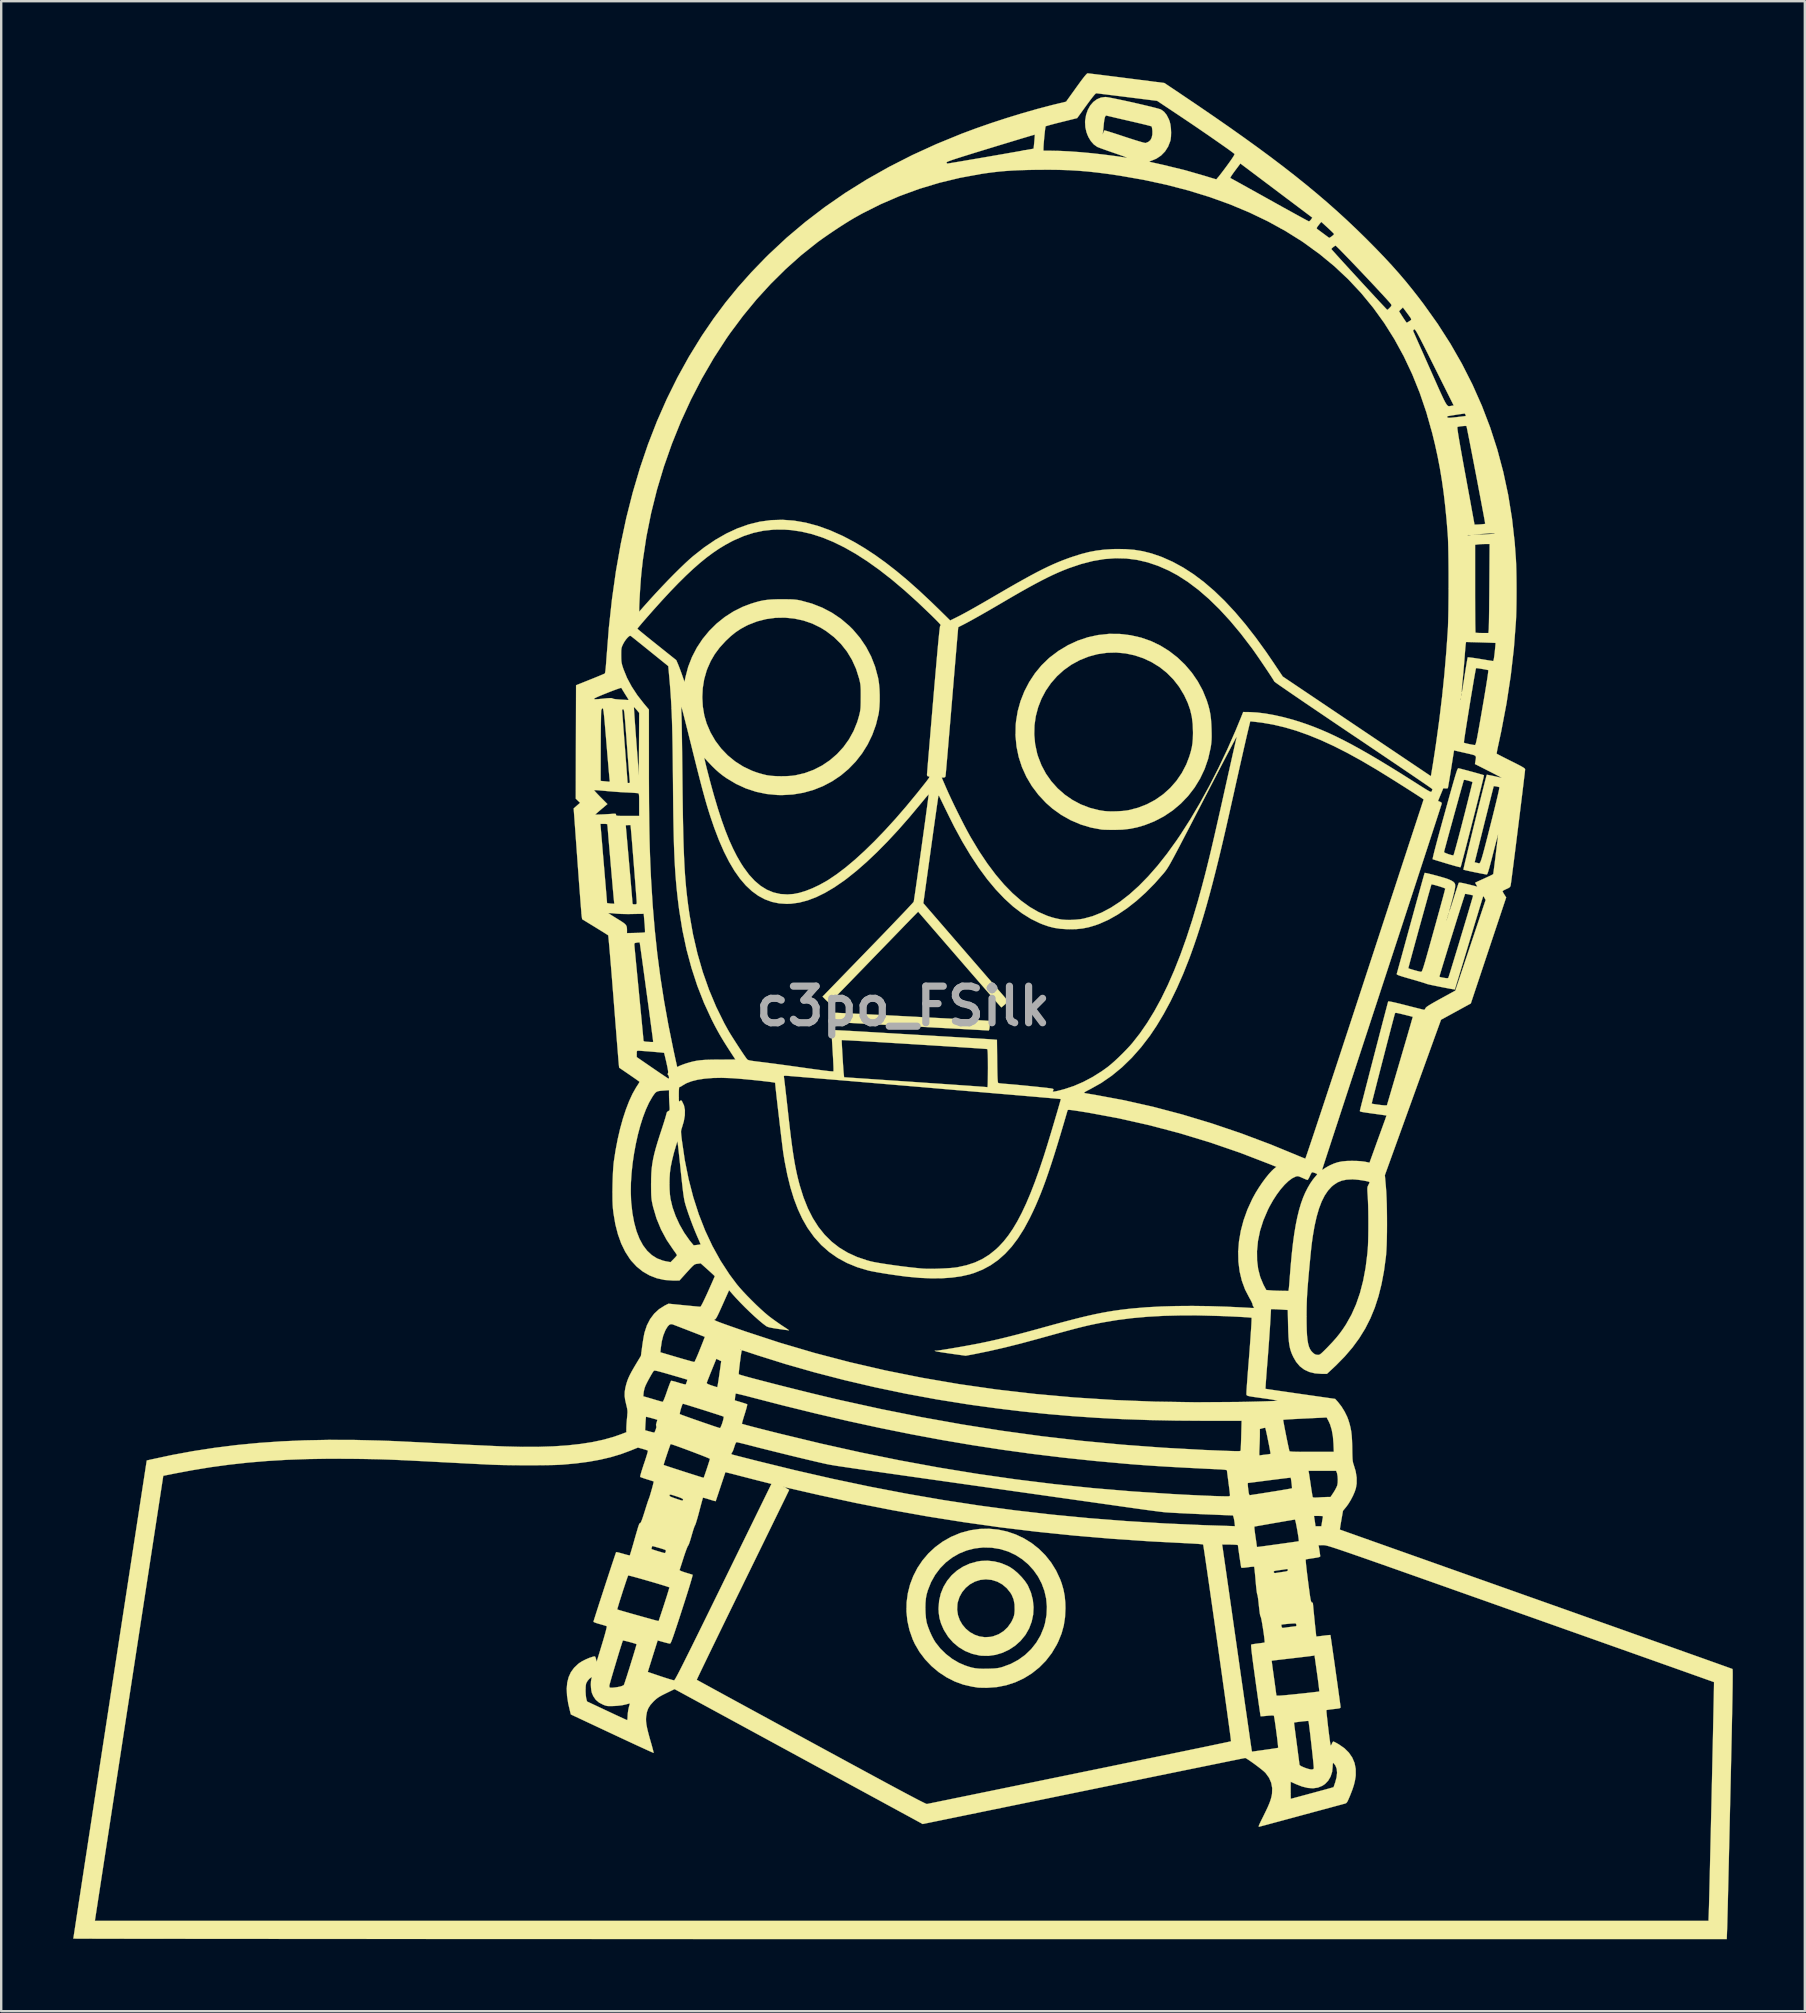
<source format=kicad_pcb>
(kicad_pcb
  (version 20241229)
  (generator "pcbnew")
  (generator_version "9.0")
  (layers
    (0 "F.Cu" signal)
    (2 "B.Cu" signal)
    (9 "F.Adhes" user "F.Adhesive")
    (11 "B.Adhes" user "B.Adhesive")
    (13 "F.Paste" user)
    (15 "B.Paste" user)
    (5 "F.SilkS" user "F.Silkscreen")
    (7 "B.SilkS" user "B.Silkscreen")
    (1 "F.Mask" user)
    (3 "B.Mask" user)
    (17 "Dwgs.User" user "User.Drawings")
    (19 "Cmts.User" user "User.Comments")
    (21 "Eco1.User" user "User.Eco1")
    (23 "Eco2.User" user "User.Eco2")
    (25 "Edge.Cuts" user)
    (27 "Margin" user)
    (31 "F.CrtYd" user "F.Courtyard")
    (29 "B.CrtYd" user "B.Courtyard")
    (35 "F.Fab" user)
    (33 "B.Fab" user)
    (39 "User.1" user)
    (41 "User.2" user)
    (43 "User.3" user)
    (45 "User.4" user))
  (footprint "c3po_FSilk"
    (layer "F.Cu")
    (at 34.575 38.866)
    (property "Reference" "c3po_FSilk" (at 0 0 0) (layer "F.Fab") (effects (font (size 1.524 1.524) (thickness 0.3))))
    (attr through_hole)
    (fp_poly (pts (xy -2.686 0.281) (xy -2.596 0.285) (xy -2.464 0.291) (xy -2.292 0.299) (xy -2.086 0.309) (xy -1.848 0.321) (xy -1.583 0.334) (xy -1.295 0.349) (xy -0.988 0.365) (xy -0.664 0.381) (xy -0.33 0.398) (xy 0.012 0.416) (xy 0.358 0.434) (xy 0.704 0.452) (xy 1.046 0.47) (xy 1.379 0.488) (xy 1.701 0.505) (xy 2.007 0.521) (xy 2.293 0.536) (xy 2.555 0.551) (xy 2.79 0.563) (xy 2.993 0.575) (xy 3.161 0.584) (xy 3.289 0.592) (xy 3.374 0.597) (xy 3.397 0.598) (xy 3.607 0.614) (xy 3.607 0.736) (xy 3.603 0.835) (xy 3.593 0.922) (xy 3.578 0.986) (xy 3.562 1.013) (xy 3.559 1.013) (xy 3.532 1.011) (xy 3.458 1.007) (xy 3.339 1) (xy 3.178 0.991) (xy 2.979 0.98) (xy 2.744 0.967) (xy 2.477 0.952) (xy 2.18 0.936) (xy 1.857 0.919) (xy 1.511 0.9) (xy 1.145 0.88) (xy 0.761 0.859) (xy 0.363 0.837) (xy 0.356 0.837) (xy -0.042 0.815) (xy -0.426 0.794) (xy -0.793 0.774) (xy -1.14 0.755) (xy -1.464 0.738) (xy -1.761 0.722) (xy -2.029 0.707) (xy -2.265 0.694) (xy -2.465 0.683) (xy -2.627 0.674) (xy -2.747 0.668) (xy -2.823 0.664) (xy -2.851 0.662) (xy -2.851 0.662) (xy -2.86 0.638) (xy -2.867 0.576) (xy -2.87 0.487) (xy -2.87 0.47) (xy -2.87 0.279) (xy -2.728 0.279) (xy -2.686 0.281)) (stroke (width 0.01) (type solid)) (fill yes) (layer "F.SilkS"))
    (fp_poly (pts (xy 3.807 23.132) (xy 4.096 23.208) (xy 4.371 23.326) (xy 4.458 23.373) (xy 4.613 23.48) (xy 4.775 23.619) (xy 4.931 23.778) (xy 5.069 23.943) (xy 5.177 24.102) (xy 5.199 24.143) (xy 5.323 24.432) (xy 5.401 24.732) (xy 5.431 25.036) (xy 5.416 25.339) (xy 5.354 25.636) (xy 5.247 25.92) (xy 5.095 26.187) (xy 5.081 26.206) (xy 4.887 26.441) (xy 4.661 26.643) (xy 4.408 26.809) (xy 4.136 26.936) (xy 3.85 27.022) (xy 3.556 27.064) (xy 3.261 27.059) (xy 3.176 27.048) (xy 2.867 26.977) (xy 2.578 26.86) (xy 2.314 26.701) (xy 2.077 26.503) (xy 1.873 26.269) (xy 1.705 26.001) (xy 1.677 25.946) (xy 1.578 25.716) (xy 1.514 25.498) (xy 1.481 25.274) (xy 1.476 25.142) (xy 2.248 25.142) (xy 2.282 25.367) (xy 2.357 25.577) (xy 2.468 25.768) (xy 2.61 25.935) (xy 2.779 26.075) (xy 2.971 26.183) (xy 3.179 26.255) (xy 3.401 26.287) (xy 3.631 26.274) (xy 3.746 26.25) (xy 3.974 26.165) (xy 4.179 26.037) (xy 4.355 25.87) (xy 4.497 25.669) (xy 4.54 25.587) (xy 4.587 25.482) (xy 4.616 25.396) (xy 4.633 25.308) (xy 4.642 25.197) (xy 4.644 25.151) (xy 4.639 24.92) (xy 4.601 24.718) (xy 4.527 24.535) (xy 4.472 24.44) (xy 4.316 24.246) (xy 4.131 24.089) (xy 3.92 23.973) (xy 3.69 23.901) (xy 3.447 23.876) (xy 3.443 23.876) (xy 3.208 23.901) (xy 2.987 23.971) (xy 2.784 24.082) (xy 2.606 24.229) (xy 2.458 24.406) (xy 2.345 24.61) (xy 2.272 24.836) (xy 2.26 24.906) (xy 2.248 25.142) (xy 1.476 25.142) (xy 1.473 25.077) (xy 1.498 24.763) (xy 1.568 24.466) (xy 1.681 24.188) (xy 1.834 23.933) (xy 2.023 23.705) (xy 2.246 23.508) (xy 2.499 23.345) (xy 2.778 23.219) (xy 3.082 23.135) (xy 3.23 23.111) (xy 3.515 23.099) (xy 3.807 23.132)) (stroke (width 0.01) (type solid)) (fill yes) (layer "F.SilkS"))
    (fp_poly (pts (xy 23.174 -9.902) (xy 23.254 -9.883) (xy 23.362 -9.854) (xy 23.49 -9.821) (xy 23.629 -9.783) (xy 23.769 -9.745) (xy 23.903 -9.708) (xy 24.021 -9.674) (xy 24.115 -9.647) (xy 24.176 -9.628) (xy 24.195 -9.621) (xy 24.191 -9.595) (xy 24.175 -9.525) (xy 24.149 -9.414) (xy 24.113 -9.269) (xy 24.07 -9.092) (xy 24.019 -8.889) (xy 23.963 -8.664) (xy 23.902 -8.422) (xy 23.838 -8.167) (xy 23.771 -7.905) (xy 23.703 -7.639) (xy 23.636 -7.374) (xy 23.569 -7.115) (xy 23.505 -6.866) (xy 23.445 -6.632) (xy 23.389 -6.417) (xy 23.339 -6.227) (xy 23.296 -6.065) (xy 23.262 -5.936) (xy 23.236 -5.844) (xy 23.222 -5.796) (xy 23.219 -5.788) (xy 23.191 -5.791) (xy 23.122 -5.807) (xy 23.018 -5.834) (xy 22.887 -5.871) (xy 22.735 -5.915) (xy 22.644 -5.942) (xy 22.483 -5.991) (xy 22.338 -6.035) (xy 22.215 -6.072) (xy 22.123 -6.101) (xy 22.069 -6.118) (xy 22.057 -6.122) (xy 22.058 -6.149) (xy 22.073 -6.224) (xy 22.102 -6.345) (xy 22.121 -6.42) (xy 22.53 -6.42) (xy 22.552 -6.4) (xy 22.609 -6.373) (xy 22.688 -6.342) (xy 22.773 -6.314) (xy 22.851 -6.293) (xy 22.908 -6.283) (xy 22.922 -6.284) (xy 22.933 -6.309) (xy 22.954 -6.379) (xy 22.986 -6.49) (xy 23.027 -6.637) (xy 23.076 -6.817) (xy 23.132 -7.025) (xy 23.193 -7.257) (xy 23.258 -7.508) (xy 23.327 -7.775) (xy 23.336 -7.809) (xy 23.405 -8.078) (xy 23.469 -8.332) (xy 23.528 -8.566) (xy 23.581 -8.778) (xy 23.627 -8.962) (xy 23.664 -9.114) (xy 23.692 -9.23) (xy 23.71 -9.306) (xy 23.715 -9.338) (xy 23.715 -9.339) (xy 23.688 -9.35) (xy 23.624 -9.371) (xy 23.539 -9.396) (xy 23.535 -9.397) (xy 23.438 -9.422) (xy 23.381 -9.429) (xy 23.356 -9.419) (xy 23.354 -9.416) (xy 23.343 -9.378) (xy 23.32 -9.298) (xy 23.287 -9.18) (xy 23.244 -9.03) (xy 23.195 -8.853) (xy 23.14 -8.653) (xy 23.08 -8.437) (xy 23.017 -8.21) (xy 22.952 -7.976) (xy 22.888 -7.74) (xy 22.824 -7.509) (xy 22.763 -7.287) (xy 22.706 -7.079) (xy 22.655 -6.89) (xy 22.611 -6.726) (xy 22.574 -6.592) (xy 22.548 -6.493) (xy 22.533 -6.434) (xy 22.53 -6.42) (xy 22.121 -6.42) (xy 22.144 -6.513) (xy 22.2 -6.725) (xy 22.268 -6.982) (xy 22.35 -7.282) (xy 22.444 -7.625) (xy 22.55 -8.008) (xy 22.555 -8.026) (xy 22.652 -8.377) (xy 22.737 -8.682) (xy 22.811 -8.944) (xy 22.874 -9.167) (xy 22.927 -9.353) (xy 22.972 -9.506) (xy 23.009 -9.629) (xy 23.039 -9.725) (xy 23.063 -9.797) (xy 23.083 -9.848) (xy 23.099 -9.883) (xy 23.112 -9.902) (xy 23.123 -9.911) (xy 23.131 -9.912) (xy 23.174 -9.902)) (stroke (width 0.01) (type solid)) (fill yes) (layer "F.SilkS"))
    (fp_poly (pts (xy 3.958 21.805) (xy 4.329 21.885) (xy 4.688 22.007) (xy 5.03 22.169) (xy 5.352 22.368) (xy 5.651 22.604) (xy 5.923 22.874) (xy 6.164 23.177) (xy 6.37 23.51) (xy 6.539 23.872) (xy 6.602 24.043) (xy 6.678 24.306) (xy 6.728 24.568) (xy 6.754 24.846) (xy 6.76 25.082) (xy 6.743 25.454) (xy 6.69 25.8) (xy 6.598 26.132) (xy 6.464 26.462) (xy 6.397 26.599) (xy 6.19 26.948) (xy 5.946 27.265) (xy 5.668 27.547) (xy 5.36 27.793) (xy 5.026 28) (xy 4.669 28.166) (xy 4.294 28.288) (xy 3.903 28.365) (xy 3.5 28.394) (xy 3.429 28.394) (xy 3.309 28.392) (xy 3.206 28.39) (xy 3.132 28.387) (xy 3.099 28.384) (xy 3.056 28.376) (xy 2.979 28.363) (xy 2.883 28.348) (xy 2.87 28.346) (xy 2.501 28.261) (xy 2.144 28.13) (xy 1.801 27.955) (xy 1.479 27.742) (xy 1.182 27.492) (xy 0.914 27.211) (xy 0.68 26.902) (xy 0.485 26.568) (xy 0.395 26.372) (xy 0.261 25.989) (xy 0.175 25.602) (xy 0.136 25.215) (xy 0.139 25.077) (xy 0.924 25.077) (xy 0.931 25.291) (xy 0.948 25.492) (xy 0.977 25.665) (xy 0.987 25.705) (xy 1.039 25.866) (xy 1.109 26.046) (xy 1.19 26.226) (xy 1.275 26.388) (xy 1.347 26.505) (xy 1.545 26.756) (xy 1.779 26.986) (xy 2.037 27.186) (xy 2.312 27.349) (xy 2.554 27.455) (xy 2.722 27.513) (xy 2.868 27.554) (xy 3.007 27.581) (xy 3.154 27.596) (xy 3.322 27.602) (xy 3.518 27.6) (xy 3.683 27.595) (xy 3.81 27.589) (xy 3.912 27.578) (xy 4.001 27.563) (xy 4.09 27.541) (xy 4.147 27.524) (xy 4.487 27.397) (xy 4.8 27.229) (xy 5.083 27.023) (xy 5.334 26.782) (xy 5.548 26.51) (xy 5.724 26.21) (xy 5.857 25.884) (xy 5.908 25.709) (xy 5.972 25.361) (xy 5.987 25.018) (xy 5.957 24.682) (xy 5.884 24.359) (xy 5.77 24.05) (xy 5.618 23.76) (xy 5.43 23.493) (xy 5.21 23.252) (xy 4.959 23.04) (xy 4.68 22.861) (xy 4.376 22.719) (xy 4.049 22.617) (xy 3.701 22.56) (xy 3.689 22.558) (xy 3.329 22.549) (xy 2.982 22.588) (xy 2.65 22.672) (xy 2.336 22.799) (xy 2.044 22.967) (xy 1.777 23.172) (xy 1.539 23.414) (xy 1.332 23.689) (xy 1.161 23.994) (xy 1.028 24.329) (xy 0.975 24.511) (xy 0.946 24.671) (xy 0.929 24.865) (xy 0.924 25.077) (xy 0.139 25.077) (xy 0.143 24.832) (xy 0.194 24.455) (xy 0.287 24.089) (xy 0.421 23.737) (xy 0.594 23.401) (xy 0.805 23.087) (xy 1.051 22.797) (xy 1.332 22.536) (xy 1.645 22.305) (xy 1.99 22.109) (xy 2.364 21.952) (xy 2.417 21.934) (xy 2.803 21.831) (xy 3.191 21.776) (xy 3.577 21.768) (xy 3.958 21.805)) (stroke (width 0.01) (type solid)) (fill yes) (layer "F.SilkS"))
    (fp_poly (pts (xy 9.021 -15.507) (xy 9.47 -15.454) (xy 9.914 -15.353) (xy 10.322 -15.211) (xy 10.712 -15.023) (xy 11.081 -14.794) (xy 11.425 -14.527) (xy 11.741 -14.225) (xy 12.025 -13.892) (xy 12.272 -13.532) (xy 12.48 -13.148) (xy 12.644 -12.745) (xy 12.651 -12.723) (xy 12.715 -12.521) (xy 12.763 -12.336) (xy 12.798 -12.154) (xy 12.822 -11.961) (xy 12.837 -11.743) (xy 12.845 -11.544) (xy 12.849 -11.36) (xy 12.85 -11.214) (xy 12.846 -11.093) (xy 12.838 -10.985) (xy 12.825 -10.875) (xy 12.805 -10.752) (xy 12.804 -10.747) (xy 12.704 -10.304) (xy 12.558 -9.881) (xy 12.368 -9.48) (xy 12.138 -9.105) (xy 11.87 -8.757) (xy 11.566 -8.44) (xy 11.229 -8.156) (xy 10.861 -7.909) (xy 10.465 -7.702) (xy 10.059 -7.542) (xy 9.748 -7.451) (xy 9.445 -7.389) (xy 9.131 -7.354) (xy 8.791 -7.344) (xy 8.754 -7.344) (xy 8.609 -7.346) (xy 8.476 -7.349) (xy 8.367 -7.352) (xy 8.291 -7.356) (xy 8.268 -7.358) (xy 7.822 -7.441) (xy 7.391 -7.571) (xy 6.977 -7.748) (xy 6.586 -7.968) (xy 6.22 -8.23) (xy 5.949 -8.469) (xy 5.633 -8.807) (xy 5.36 -9.17) (xy 5.132 -9.555) (xy 4.949 -9.959) (xy 4.812 -10.38) (xy 4.722 -10.815) (xy 4.68 -11.261) (xy 4.681 -11.316) (xy 5.46 -11.316) (xy 5.496 -10.923) (xy 5.58 -10.529) (xy 5.617 -10.407) (xy 5.761 -10.035) (xy 5.947 -9.687) (xy 6.173 -9.366) (xy 6.435 -9.074) (xy 6.729 -8.815) (xy 7.052 -8.592) (xy 7.4 -8.407) (xy 7.77 -8.264) (xy 8.158 -8.165) (xy 8.378 -8.13) (xy 8.539 -8.117) (xy 8.733 -8.114) (xy 8.939 -8.12) (xy 9.141 -8.133) (xy 9.32 -8.154) (xy 9.385 -8.165) (xy 9.78 -8.266) (xy 10.155 -8.412) (xy 10.506 -8.6) (xy 10.83 -8.827) (xy 11.124 -9.091) (xy 11.385 -9.389) (xy 11.61 -9.719) (xy 11.796 -10.076) (xy 11.92 -10.401) (xy 11.98 -10.6) (xy 12.023 -10.778) (xy 12.051 -10.952) (xy 12.067 -11.14) (xy 12.073 -11.357) (xy 12.073 -11.417) (xy 12.061 -11.755) (xy 12.023 -12.062) (xy 11.955 -12.351) (xy 11.854 -12.637) (xy 11.717 -12.932) (xy 11.704 -12.958) (xy 11.498 -13.302) (xy 11.256 -13.612) (xy 10.982 -13.889) (xy 10.679 -14.129) (xy 10.352 -14.331) (xy 10.005 -14.494) (xy 9.641 -14.616) (xy 9.265 -14.696) (xy 8.879 -14.732) (xy 8.489 -14.722) (xy 8.097 -14.665) (xy 7.73 -14.566) (xy 7.354 -14.416) (xy 7.007 -14.227) (xy 6.69 -14.001) (xy 6.405 -13.743) (xy 6.155 -13.456) (xy 5.939 -13.143) (xy 5.761 -12.807) (xy 5.623 -12.454) (xy 5.525 -12.085) (xy 5.47 -11.704) (xy 5.46 -11.316) (xy 4.681 -11.316) (xy 4.688 -11.715) (xy 4.702 -11.867) (xy 4.772 -12.293) (xy 4.889 -12.712) (xy 5.049 -13.117) (xy 5.25 -13.504) (xy 5.488 -13.865) (xy 5.761 -14.197) (xy 6.065 -14.492) (xy 6.104 -14.526) (xy 6.476 -14.806) (xy 6.868 -15.041) (xy 7.277 -15.229) (xy 7.699 -15.371) (xy 8.132 -15.464) (xy 8.574 -15.51) (xy 9.021 -15.507)) (stroke (width 0.01) (type solid)) (fill yes) (layer "F.SilkS"))
    (fp_poly (pts (xy 7.717 -38.858) (xy 7.797 -38.849) (xy 7.918 -38.834) (xy 8.076 -38.815) (xy 8.266 -38.792) (xy 8.485 -38.764) (xy 8.727 -38.734) (xy 8.989 -38.701) (xy 9.265 -38.665) (xy 9.308 -38.66) (xy 10.882 -38.458) (xy 11.543 -38.015) (xy 12.269 -37.525) (xy 12.953 -37.057) (xy 13.598 -36.609) (xy 14.206 -36.178) (xy 14.781 -35.763) (xy 15.324 -35.362) (xy 15.838 -34.972) (xy 16.327 -34.591) (xy 16.793 -34.216) (xy 17.239 -33.847) (xy 17.667 -33.481) (xy 18.08 -33.115) (xy 18.481 -32.748) (xy 18.873 -32.377) (xy 19.258 -32.001) (xy 19.331 -31.928) (xy 19.702 -31.553) (xy 20.039 -31.202) (xy 20.351 -30.866) (xy 20.643 -30.538) (xy 20.923 -30.21) (xy 21.196 -29.874) (xy 21.471 -29.523) (xy 21.68 -29.248) (xy 22.261 -28.433) (xy 22.794 -27.602) (xy 23.279 -26.756) (xy 23.717 -25.892) (xy 24.108 -25.011) (xy 24.452 -24.112) (xy 24.749 -23.193) (xy 24.999 -22.255) (xy 25.204 -21.297) (xy 25.362 -20.317) (xy 25.475 -19.315) (xy 25.526 -18.609) (xy 25.535 -18.411) (xy 25.542 -18.173) (xy 25.547 -17.904) (xy 25.55 -17.615) (xy 25.551 -17.316) (xy 25.55 -17.018) (xy 25.547 -16.73) (xy 25.542 -16.463) (xy 25.535 -16.227) (xy 25.527 -16.053) (xy 25.441 -14.913) (xy 25.31 -13.77) (xy 25.135 -12.618) (xy 24.914 -11.452) (xy 24.801 -10.926) (xy 24.772 -10.792) (xy 24.748 -10.676) (xy 24.732 -10.586) (xy 24.724 -10.532) (xy 24.725 -10.52) (xy 24.749 -10.504) (xy 24.814 -10.47) (xy 24.911 -10.419) (xy 25.036 -10.355) (xy 25.181 -10.282) (xy 25.322 -10.211) (xy 25.503 -10.121) (xy 25.643 -10.049) (xy 25.747 -9.994) (xy 25.82 -9.951) (xy 25.868 -9.919) (xy 25.895 -9.894) (xy 25.907 -9.872) (xy 25.908 -9.861) (xy 25.905 -9.825) (xy 25.896 -9.743) (xy 25.882 -9.62) (xy 25.862 -9.459) (xy 25.839 -9.265) (xy 25.812 -9.042) (xy 25.782 -8.795) (xy 25.749 -8.527) (xy 25.714 -8.244) (xy 25.678 -7.949) (xy 25.64 -7.647) (xy 25.602 -7.342) (xy 25.564 -7.039) (xy 25.527 -6.742) (xy 25.491 -6.454) (xy 25.456 -6.181) (xy 25.424 -5.927) (xy 25.394 -5.696) (xy 25.368 -5.493) (xy 25.346 -5.321) (xy 25.328 -5.185) (xy 25.314 -5.09) (xy 25.307 -5.039) (xy 25.306 -5.033) (xy 25.289 -4.984) (xy 25.257 -4.948) (xy 25.199 -4.913) (xy 25.127 -4.881) (xy 25.048 -4.844) (xy 24.991 -4.811) (xy 24.969 -4.79) (xy 24.969 -4.79) (xy 24.981 -4.757) (xy 25.014 -4.698) (xy 25.044 -4.649) (xy 25.12 -4.531) (xy 24.383 -2.323) (xy 23.647 -0.114) (xy 23.026 0.226) (xy 22.406 0.565) (xy 22.317 0.81) (xy 22.297 0.864) (xy 22.261 0.964) (xy 22.21 1.104) (xy 22.145 1.283) (xy 22.068 1.497) (xy 21.979 1.743) (xy 21.88 2.018) (xy 21.771 2.318) (xy 21.655 2.64) (xy 21.531 2.982) (xy 21.402 3.34) (xy 21.268 3.711) (xy 21.147 4.047) (xy 20.066 7.04) (xy 20.109 7.527) (xy 20.124 7.73) (xy 20.135 7.968) (xy 20.145 8.234) (xy 20.151 8.519) (xy 20.154 8.815) (xy 20.155 9.114) (xy 20.153 9.407) (xy 20.148 9.687) (xy 20.141 9.944) (xy 20.13 10.172) (xy 20.117 10.361) (xy 20.109 10.439) (xy 20.03 11.029) (xy 19.927 11.576) (xy 19.8 12.085) (xy 19.645 12.562) (xy 19.461 13.009) (xy 19.246 13.432) (xy 18.997 13.835) (xy 18.714 14.221) (xy 18.392 14.596) (xy 18.031 14.964) (xy 17.913 15.075) (xy 17.653 15.316) (xy 17.431 15.316) (xy 17.157 15.296) (xy 16.916 15.237) (xy 16.706 15.139) (xy 16.524 15) (xy 16.371 14.819) (xy 16.258 14.625) (xy 16.199 14.5) (xy 16.153 14.379) (xy 16.116 14.254) (xy 16.088 14.118) (xy 16.067 13.962) (xy 16.052 13.779) (xy 16.042 13.561) (xy 16.035 13.307) (xy 16.027 12.929) (xy 16.804 12.929) (xy 16.806 13.237) (xy 16.812 13.5) (xy 16.824 13.721) (xy 16.843 13.905) (xy 16.869 14.056) (xy 16.902 14.179) (xy 16.945 14.279) (xy 16.996 14.36) (xy 17.05 14.419) (xy 17.121 14.481) (xy 17.182 14.513) (xy 17.253 14.525) (xy 17.287 14.527) (xy 17.319 14.524) (xy 17.355 14.509) (xy 17.4 14.478) (xy 17.459 14.426) (xy 17.54 14.348) (xy 17.648 14.24) (xy 17.694 14.192) (xy 17.883 13.993) (xy 18.043 13.813) (xy 18.182 13.64) (xy 18.31 13.464) (xy 18.438 13.271) (xy 18.453 13.246) (xy 18.675 12.851) (xy 18.867 12.419) (xy 19.029 11.949) (xy 19.161 11.44) (xy 19.264 10.892) (xy 19.338 10.302) (xy 19.353 10.127) (xy 19.363 9.977) (xy 19.37 9.785) (xy 19.375 9.562) (xy 19.378 9.317) (xy 19.379 9.06) (xy 19.378 8.801) (xy 19.375 8.548) (xy 19.37 8.313) (xy 19.362 8.103) (xy 19.354 7.943) (xy 19.344 7.792) (xy 19.338 7.682) (xy 19.337 7.604) (xy 19.341 7.549) (xy 19.351 7.508) (xy 19.368 7.471) (xy 19.383 7.442) (xy 19.414 7.379) (xy 19.427 7.336) (xy 19.426 7.327) (xy 19.387 7.309) (xy 19.308 7.289) (xy 19.202 7.269) (xy 19.079 7.249) (xy 18.951 7.232) (xy 18.83 7.22) (xy 18.725 7.214) (xy 18.706 7.214) (xy 18.473 7.226) (xy 18.273 7.267) (xy 18.097 7.339) (xy 17.933 7.447) (xy 17.848 7.518) (xy 17.696 7.685) (xy 17.557 7.891) (xy 17.432 8.14) (xy 17.321 8.433) (xy 17.223 8.77) (xy 17.137 9.153) (xy 17.063 9.583) (xy 17.019 9.902) (xy 17.005 10.025) (xy 16.987 10.19) (xy 16.967 10.387) (xy 16.946 10.607) (xy 16.924 10.84) (xy 16.902 11.077) (xy 16.887 11.244) (xy 16.863 11.523) (xy 16.844 11.762) (xy 16.83 11.973) (xy 16.819 12.166) (xy 16.812 12.353) (xy 16.807 12.545) (xy 16.805 12.752) (xy 16.804 12.929) (xy 16.027 12.929) (xy 16.021 12.656) (xy 15.792 12.64) (xy 15.672 12.633) (xy 15.555 12.627) (xy 15.462 12.624) (xy 15.442 12.624) (xy 15.322 12.624) (xy 15.306 12.922) (xy 15.292 13.163) (xy 15.277 13.405) (xy 15.26 13.654) (xy 15.242 13.921) (xy 15.22 14.212) (xy 15.196 14.535) (xy 15.167 14.9) (xy 15.161 14.97) (xy 15.144 15.185) (xy 15.129 15.384) (xy 15.116 15.561) (xy 15.105 15.71) (xy 15.098 15.827) (xy 15.093 15.904) (xy 15.092 15.938) (xy 15.093 15.939) (xy 15.118 15.943) (xy 15.19 15.955) (xy 15.303 15.972) (xy 15.453 15.994) (xy 15.635 16.021) (xy 15.846 16.051) (xy 16.079 16.085) (xy 16.332 16.122) (xy 16.548 16.153) (xy 17.996 16.36) (xy 18.115 16.492) (xy 18.257 16.674) (xy 18.388 16.886) (xy 18.497 17.107) (xy 18.545 17.235) (xy 18.596 17.398) (xy 18.635 17.555) (xy 18.665 17.715) (xy 18.685 17.89) (xy 18.698 18.091) (xy 18.706 18.327) (xy 18.707 18.428) (xy 18.71 18.612) (xy 18.714 18.753) (xy 18.719 18.861) (xy 18.727 18.942) (xy 18.738 19.006) (xy 18.753 19.061) (xy 18.767 19.101) (xy 18.849 19.372) (xy 18.891 19.637) (xy 18.891 19.889) (xy 18.859 20.08) (xy 18.809 20.231) (xy 18.734 20.403) (xy 18.642 20.579) (xy 18.541 20.742) (xy 18.458 20.855) (xy 18.321 21.022) (xy 18.253 21.411) (xy 18.23 21.544) (xy 18.211 21.658) (xy 18.198 21.745) (xy 18.192 21.795) (xy 18.192 21.804) (xy 18.216 21.813) (xy 18.286 21.838) (xy 18.401 21.879) (xy 18.558 21.935) (xy 18.757 22.005) (xy 18.994 22.09) (xy 19.269 22.187) (xy 19.58 22.298) (xy 19.925 22.42) (xy 20.302 22.554) (xy 20.709 22.698) (xy 21.145 22.853) (xy 21.609 23.017) (xy 22.097 23.19) (xy 22.609 23.372) (xy 23.143 23.561) (xy 23.697 23.758) (xy 24.269 23.96) (xy 24.858 24.169) (xy 25.462 24.383) (xy 26.078 24.602) (xy 26.357 24.7) (xy 26.979 24.921) (xy 27.59 25.137) (xy 28.186 25.349) (xy 28.766 25.555) (xy 29.329 25.754) (xy 29.873 25.947) (xy 30.396 26.133) (xy 30.896 26.311) (xy 31.372 26.48) (xy 31.822 26.639) (xy 32.243 26.789) (xy 32.635 26.929) (xy 32.996 27.057) (xy 33.323 27.173) (xy 33.616 27.278) (xy 33.872 27.369) (xy 34.089 27.447) (xy 34.267 27.51) (xy 34.402 27.559) (xy 34.494 27.592) (xy 34.541 27.609) (xy 34.546 27.611) (xy 34.55 27.623) (xy 34.553 27.656) (xy 34.555 27.711) (xy 34.556 27.789) (xy 34.556 27.893) (xy 34.555 28.025) (xy 34.554 28.185) (xy 34.552 28.377) (xy 34.548 28.6) (xy 34.544 28.858) (xy 34.538 29.152) (xy 34.532 29.483) (xy 34.524 29.854) (xy 34.516 30.265) (xy 34.506 30.719) (xy 34.495 31.218) (xy 34.483 31.763) (xy 34.47 32.355) (xy 34.459 32.821) (xy 34.447 33.337) (xy 34.435 33.843) (xy 34.424 34.337) (xy 34.413 34.816) (xy 34.402 35.277) (xy 34.392 35.717) (xy 34.382 36.134) (xy 34.373 36.525) (xy 34.364 36.888) (xy 34.356 37.22) (xy 34.349 37.519) (xy 34.342 37.78) (xy 34.336 38.003) (xy 34.332 38.185) (xy 34.328 38.322) (xy 34.325 38.412) (xy 34.324 38.437) (xy 34.308 38.862) (xy -0.131 38.862) (xy -1.453 38.862) (xy -2.763 38.862) (xy -4.06 38.862) (xy -5.343 38.862) (xy -6.611 38.862) (xy -7.863 38.862) (xy -9.098 38.861) (xy -10.316 38.861) (xy -11.515 38.861) (xy -12.694 38.861) (xy -13.853 38.86) (xy -14.99 38.86) (xy -16.105 38.86) (xy -17.197 38.859) (xy -18.264 38.859) (xy -19.306 38.859) (xy -20.322 38.858) (xy -21.312 38.858) (xy -22.273 38.858) (xy -23.205 38.857) (xy -24.108 38.857) (xy -24.98 38.856) (xy -25.82 38.856) (xy -26.628 38.855) (xy -27.403 38.855) (xy -28.143 38.854) (xy -28.847 38.853) (xy -29.516 38.853) (xy -30.147 38.852) (xy -30.741 38.852) (xy -31.295 38.851) (xy -31.809 38.85) (xy -32.283 38.85) (xy -32.715 38.849) (xy -33.104 38.848) (xy -33.449 38.848) (xy -33.75 38.847) (xy -34.006 38.846) (xy -34.215 38.846) (xy -34.377 38.845) (xy -34.49 38.844) (xy -34.555 38.844) (xy -34.57 38.843) (xy -34.566 38.817) (xy -34.555 38.742) (xy -34.537 38.621) (xy -34.511 38.454) (xy -34.479 38.244) (xy -34.457 38.1) (xy -33.673 38.1) (xy 33.548 38.1) (xy 33.564 37.649) (xy 33.567 37.56) (xy 33.571 37.427) (xy 33.575 37.253) (xy 33.581 37.042) (xy 33.587 36.796) (xy 33.594 36.519) (xy 33.601 36.213) (xy 33.609 35.881) (xy 33.617 35.527) (xy 33.626 35.154) (xy 33.635 34.764) (xy 33.645 34.361) (xy 33.654 33.948) (xy 33.664 33.527) (xy 33.674 33.102) (xy 33.683 32.676) (xy 33.693 32.252) (xy 33.702 31.832) (xy 33.711 31.42) (xy 33.72 31.019) (xy 33.729 30.632) (xy 33.737 30.262) (xy 33.744 29.912) (xy 33.751 29.585) (xy 33.757 29.284) (xy 33.763 29.012) (xy 33.768 28.772) (xy 33.772 28.567) (xy 33.775 28.4) (xy 33.777 28.274) (xy 33.778 28.193) (xy 33.778 28.159) (xy 33.778 28.158) (xy 33.754 28.149) (xy 33.683 28.124) (xy 33.568 28.083) (xy 33.411 28.027) (xy 33.212 27.956) (xy 32.975 27.872) (xy 32.7 27.774) (xy 32.39 27.664) (xy 32.045 27.541) (xy 31.669 27.408) (xy 31.262 27.263) (xy 30.827 27.109) (xy 30.365 26.945) (xy 29.877 26.772) (xy 29.366 26.591) (xy 28.834 26.402) (xy 28.282 26.206) (xy 27.711 26.004) (xy 27.125 25.796) (xy 26.524 25.583) (xy 25.909 25.365) (xy 25.73 25.302) (xy 24.994 25.041) (xy 24.304 24.796) (xy 23.659 24.568) (xy 23.057 24.355) (xy 22.497 24.156) (xy 21.977 23.972) (xy 21.496 23.802) (xy 21.051 23.645) (xy 20.642 23.5) (xy 20.268 23.368) (xy 19.925 23.247) (xy 19.614 23.138) (xy 19.332 23.039) (xy 19.077 22.95) (xy 18.849 22.871) (xy 18.646 22.8) (xy 18.465 22.738) (xy 18.307 22.684) (xy 18.168 22.637) (xy 18.048 22.597) (xy 17.945 22.563) (xy 17.857 22.535) (xy 17.784 22.512) (xy 17.722 22.494) (xy 17.672 22.48) (xy 17.63 22.47) (xy 17.597 22.462) (xy 17.569 22.458) (xy 17.546 22.455) (xy 17.527 22.453) (xy 17.508 22.453) (xy 17.498 22.453) (xy 17.304 22.454) (xy 17.339 22.663) (xy 17.354 22.765) (xy 17.366 22.851) (xy 17.373 22.905) (xy 17.373 22.913) (xy 17.364 22.932) (xy 17.329 22.949) (xy 17.264 22.965) (xy 17.159 22.983) (xy 17.077 22.995) (xy 16.961 23.013) (xy 16.864 23.029) (xy 16.796 23.041) (xy 16.77 23.049) (xy 16.768 23.079) (xy 16.773 23.155) (xy 16.784 23.274) (xy 16.801 23.432) (xy 16.824 23.625) (xy 16.852 23.849) (xy 16.884 24.1) (xy 16.91 24.295) (xy 16.934 24.475) (xy 16.954 24.611) (xy 16.971 24.709) (xy 16.986 24.774) (xy 17 24.813) (xy 17.014 24.832) (xy 17.025 24.836) (xy 17.062 24.858) (xy 17.068 24.875) (xy 17.071 24.908) (xy 17.078 24.982) (xy 17.088 25.089) (xy 17.101 25.223) (xy 17.116 25.373) (xy 17.132 25.533) (xy 17.148 25.695) (xy 17.164 25.85) (xy 17.179 25.991) (xy 17.192 26.11) (xy 17.201 26.199) (xy 17.207 26.249) (xy 17.209 26.257) (xy 17.234 26.257) (xy 17.299 26.25) (xy 17.394 26.239) (xy 17.501 26.225) (xy 17.615 26.211) (xy 17.71 26.201) (xy 17.774 26.196) (xy 17.797 26.196) (xy 17.802 26.222) (xy 17.813 26.292) (xy 17.829 26.402) (xy 17.85 26.547) (xy 17.875 26.72) (xy 17.903 26.917) (xy 17.934 27.132) (xy 17.967 27.36) (xy 18 27.596) (xy 18.033 27.834) (xy 18.066 28.068) (xy 18.098 28.294) (xy 18.127 28.506) (xy 18.154 28.699) (xy 18.177 28.868) (xy 18.196 29.006) (xy 18.21 29.11) (xy 18.218 29.172) (xy 18.219 29.185) (xy 18.22 29.212) (xy 18.21 29.231) (xy 18.182 29.245) (xy 18.127 29.257) (xy 18.037 29.269) (xy 17.934 29.28) (xy 17.818 29.294) (xy 17.722 29.307) (xy 17.657 29.318) (xy 17.632 29.324) (xy 17.631 29.352) (xy 17.636 29.422) (xy 17.646 29.528) (xy 17.66 29.66) (xy 17.677 29.812) (xy 17.695 29.975) (xy 17.715 30.143) (xy 17.735 30.306) (xy 17.755 30.458) (xy 17.773 30.59) (xy 17.788 30.696) (xy 17.8 30.766) (xy 17.807 30.794) (xy 17.826 30.787) (xy 17.851 30.743) (xy 17.859 30.724) (xy 17.886 30.665) (xy 17.914 30.634) (xy 17.919 30.632) (xy 17.952 30.645) (xy 18.017 30.677) (xy 18.102 30.724) (xy 18.149 30.751) (xy 18.38 30.911) (xy 18.566 31.095) (xy 18.707 31.3) (xy 18.803 31.526) (xy 18.851 31.771) (xy 18.853 32.034) (xy 18.846 32.103) (xy 18.818 32.272) (xy 18.777 32.441) (xy 18.718 32.624) (xy 18.638 32.832) (xy 18.6 32.925) (xy 18.55 33.041) (xy 18.513 33.12) (xy 18.483 33.169) (xy 18.453 33.198) (xy 18.418 33.214) (xy 18.38 33.225) (xy 18.338 33.236) (xy 18.251 33.26) (xy 18.124 33.294) (xy 17.961 33.338) (xy 17.766 33.391) (xy 17.544 33.451) (xy 17.298 33.517) (xy 17.034 33.588) (xy 16.754 33.664) (xy 16.599 33.706) (xy 16.315 33.783) (xy 16.044 33.856) (xy 15.79 33.925) (xy 15.558 33.987) (xy 15.351 34.043) (xy 15.174 34.091) (xy 15.032 34.129) (xy 14.927 34.157) (xy 14.865 34.173) (xy 14.851 34.177) (xy 14.827 34.182) (xy 14.813 34.178) (xy 14.811 34.161) (xy 14.822 34.124) (xy 14.849 34.061) (xy 14.893 33.969) (xy 14.957 33.839) (xy 15.006 33.741) (xy 15.109 33.53) (xy 15.191 33.356) (xy 15.253 33.21) (xy 15.299 33.085) (xy 15.332 32.972) (xy 15.356 32.864) (xy 15.366 32.802) (xy 15.37 32.664) (xy 16.142 32.664) (xy 16.142 32.792) (xy 16.143 32.9) (xy 16.145 32.978) (xy 16.147 33.017) (xy 16.147 33.02) (xy 16.172 33.014) (xy 16.24 32.996) (xy 16.345 32.967) (xy 16.482 32.931) (xy 16.643 32.887) (xy 16.824 32.839) (xy 16.909 32.815) (xy 17.104 32.763) (xy 17.289 32.712) (xy 17.457 32.667) (xy 17.6 32.628) (xy 17.712 32.597) (xy 17.784 32.577) (xy 17.797 32.573) (xy 17.929 32.535) (xy 18 32.327) (xy 18.055 32.121) (xy 18.075 31.935) (xy 18.061 31.774) (xy 18.011 31.643) (xy 18.002 31.628) (xy 17.958 31.567) (xy 17.923 31.528) (xy 17.911 31.521) (xy 17.901 31.545) (xy 17.893 31.605) (xy 17.891 31.68) (xy 17.869 31.896) (xy 17.806 32.092) (xy 17.706 32.263) (xy 17.573 32.402) (xy 17.46 32.478) (xy 17.277 32.552) (xy 17.077 32.581) (xy 16.857 32.566) (xy 16.616 32.507) (xy 16.352 32.404) (xy 16.343 32.399) (xy 16.254 32.358) (xy 16.185 32.327) (xy 16.148 32.31) (xy 16.144 32.309) (xy 16.143 32.333) (xy 16.143 32.398) (xy 16.142 32.497) (xy 16.142 32.618) (xy 16.142 32.664) (xy 15.37 32.664) (xy 15.373 32.572) (xy 15.332 32.353) (xy 15.243 32.146) (xy 15.107 31.957) (xy 15.075 31.922) (xy 15.019 31.87) (xy 14.937 31.802) (xy 14.835 31.722) (xy 14.722 31.636) (xy 14.606 31.55) (xy 14.493 31.47) (xy 14.393 31.401) (xy 14.314 31.35) (xy 14.262 31.322) (xy 14.249 31.318) (xy 14.222 31.323) (xy 14.147 31.338) (xy 14.026 31.362) (xy 13.861 31.396) (xy 13.655 31.437) (xy 13.41 31.487) (xy 13.127 31.545) (xy 12.808 31.61) (xy 12.456 31.682) (xy 12.073 31.76) (xy 11.661 31.844) (xy 11.221 31.934) (xy 10.755 32.029) (xy 10.267 32.129) (xy 9.758 32.234) (xy 9.229 32.342) (xy 8.683 32.454) (xy 8.122 32.569) (xy 7.549 32.687) (xy 7.514 32.694) (xy 0.811 34.07) (xy 0.717 34.017) (xy 0.686 34) (xy 0.612 33.96) (xy 0.498 33.898) (xy 0.346 33.815) (xy 0.157 33.712) (xy -0.067 33.591) (xy -0.323 33.451) (xy -0.609 33.296) (xy -0.924 33.124) (xy -1.265 32.939) (xy -1.631 32.74) (xy -2.019 32.529) (xy -2.427 32.307) (xy -2.853 32.075) (xy -3.296 31.835) (xy -3.752 31.587) (xy -4.221 31.332) (xy -4.451 31.207) (xy -9.524 28.449) (xy -9.874 28.619) (xy -10.019 28.691) (xy -10.129 28.751) (xy -10.215 28.805) (xy -10.291 28.863) (xy -10.366 28.931) (xy -10.404 28.968) (xy -10.532 29.111) (xy -10.62 29.251) (xy -10.676 29.405) (xy -10.707 29.588) (xy -10.708 29.596) (xy -10.714 29.7) (xy -10.71 29.81) (xy -10.694 29.935) (xy -10.666 30.083) (xy -10.623 30.259) (xy -10.566 30.472) (xy -10.527 30.608) (xy -10.484 30.757) (xy -10.448 30.888) (xy -10.42 30.995) (xy -10.402 31.07) (xy -10.396 31.105) (xy -10.397 31.106) (xy -10.421 31.097) (xy -10.487 31.069) (xy -10.593 31.022) (xy -10.733 30.958) (xy -10.905 30.879) (xy -11.106 30.787) (xy -11.33 30.683) (xy -11.576 30.568) (xy -11.838 30.446) (xy -12.115 30.316) (xy -12.126 30.311) (xy -13.844 29.505) (xy -13.87 29.406) (xy -13.954 29.049) (xy -14.003 28.728) (xy -14.011 28.558) (xy -13.23 28.558) (xy -13.223 28.69) (xy -13.21 28.803) (xy -13.2 28.852) (xy -13.17 28.964) (xy -12.344 29.352) (xy -12.154 29.441) (xy -11.978 29.524) (xy -11.821 29.596) (xy -11.69 29.657) (xy -11.589 29.703) (xy -11.524 29.732) (xy -11.5 29.742) (xy -11.49 29.72) (xy -11.483 29.66) (xy -11.48 29.585) (xy -11.472 29.459) (xy -11.452 29.316) (xy -11.422 29.179) (xy -11.391 29.078) (xy -11.387 29.057) (xy -11.401 29.049) (xy -11.444 29.057) (xy -11.523 29.079) (xy -11.548 29.086) (xy -11.701 29.12) (xy -11.894 29.143) (xy -12.028 29.152) (xy -12.161 29.157) (xy -12.257 29.157) (xy -12.329 29.152) (xy -12.391 29.138) (xy -12.455 29.116) (xy -12.489 29.103) (xy -12.668 29.011) (xy -12.806 28.895) (xy -12.908 28.748) (xy -12.967 28.613) (xy -12.99 28.514) (xy -13.005 28.389) (xy -13.009 28.31) (xy -12.243 28.31) (xy -12.234 28.363) (xy -12.224 28.383) (xy -12.187 28.392) (xy -12.113 28.391) (xy -12.012 28.382) (xy -11.899 28.365) (xy -11.79 28.343) (xy -11.711 28.318) (xy -11.652 28.289) (xy -11.634 28.272) (xy -11.619 28.235) (xy -11.593 28.158) (xy -11.557 28.048) (xy -11.512 27.911) (xy -11.463 27.755) (xy -11.456 27.734) (xy -10.639 27.734) (xy -10.114 27.912) (xy -9.957 27.964) (xy -9.815 28.009) (xy -9.694 28.046) (xy -9.603 28.072) (xy -9.549 28.084) (xy -9.54 28.085) (xy -9.529 28.075) (xy -9.52 28.062) (xy -8.599 28.062) (xy -8.576 28.075) (xy -8.51 28.111) (xy -8.404 28.169) (xy -8.259 28.248) (xy -8.078 28.347) (xy -7.863 28.465) (xy -7.615 28.6) (xy -7.337 28.752) (xy -7.031 28.919) (xy -6.698 29.1) (xy -6.342 29.294) (xy -5.963 29.5) (xy -5.564 29.717) (xy -5.148 29.944) (xy -4.716 30.179) (xy -4.269 30.422) (xy -3.83 30.661) (xy -3.262 30.97) (xy -2.736 31.255) (xy -2.253 31.518) (xy -1.809 31.758) (xy -1.404 31.978) (xy -1.037 32.176) (xy -0.706 32.355) (xy -0.409 32.515) (xy -0.145 32.656) (xy 0.087 32.78) (xy 0.289 32.887) (xy 0.463 32.978) (xy 0.609 33.055) (xy 0.729 33.116) (xy 0.825 33.164) (xy 0.897 33.199) (xy 0.948 33.222) (xy 0.98 33.234) (xy 0.991 33.235) (xy 1.021 33.229) (xy 1.099 33.213) (xy 1.222 33.188) (xy 1.389 33.154) (xy 1.597 33.111) (xy 1.844 33.061) (xy 2.128 33.002) (xy 2.447 32.937) (xy 2.799 32.865) (xy 3.182 32.786) (xy 3.593 32.702) (xy 4.03 32.612) (xy 4.492 32.517) (xy 4.976 32.418) (xy 5.48 32.315) (xy 6.002 32.207) (xy 6.54 32.097) (xy 7.091 31.984) (xy 7.347 31.931) (xy 7.904 31.817) (xy 8.447 31.706) (xy 8.975 31.597) (xy 9.486 31.492) (xy 9.978 31.39) (xy 10.448 31.293) (xy 10.894 31.201) (xy 11.315 31.114) (xy 11.708 31.033) (xy 12.072 30.957) (xy 12.403 30.889) (xy 12.7 30.827) (xy 12.961 30.772) (xy 13.184 30.725) (xy 13.367 30.687) (xy 13.507 30.657) (xy 13.602 30.636) (xy 13.651 30.625) (xy 13.657 30.623) (xy 13.655 30.597) (xy 13.647 30.524) (xy 13.632 30.407) (xy 13.611 30.249) (xy 13.585 30.054) (xy 13.553 29.825) (xy 13.517 29.564) (xy 13.478 29.276) (xy 13.434 28.964) (xy 13.388 28.63) (xy 13.338 28.279) (xy 13.287 27.912) (xy 13.234 27.534) (xy 13.179 27.148) (xy 13.124 26.756) (xy 13.068 26.363) (xy 13.012 25.971) (xy 12.957 25.583) (xy 12.903 25.204) (xy 12.85 24.835) (xy 12.799 24.48) (xy 12.751 24.143) (xy 12.705 23.827) (xy 12.663 23.534) (xy 12.624 23.269) (xy 12.59 23.034) (xy 12.56 22.832) (xy 12.535 22.668) (xy 12.516 22.543) (xy 12.503 22.462) (xy 12.496 22.428) (xy 13.285 22.428) (xy 13.298 22.498) (xy 13.303 22.53) (xy 13.315 22.61) (xy 13.333 22.735) (xy 13.357 22.903) (xy 13.387 23.11) (xy 13.422 23.353) (xy 13.462 23.632) (xy 13.506 23.941) (xy 13.555 24.28) (xy 13.607 24.645) (xy 13.663 25.033) (xy 13.721 25.443) (xy 13.782 25.87) (xy 13.845 26.313) (xy 13.907 26.746) (xy 13.972 27.202) (xy 14.035 27.644) (xy 14.096 28.071) (xy 14.155 28.479) (xy 14.21 28.866) (xy 14.262 29.229) (xy 14.311 29.566) (xy 14.355 29.874) (xy 14.395 30.15) (xy 14.429 30.391) (xy 14.459 30.596) (xy 14.483 30.761) (xy 14.501 30.883) (xy 14.512 30.96) (xy 14.517 30.99) (xy 14.531 31.055) (xy 15.07 30.979) (xy 15.229 30.956) (xy 15.371 30.936) (xy 15.487 30.918) (xy 15.571 30.904) (xy 15.615 30.896) (xy 15.619 30.895) (xy 15.62 30.868) (xy 15.614 30.798) (xy 15.603 30.695) (xy 15.588 30.565) (xy 15.57 30.418) (xy 15.549 30.261) (xy 15.528 30.101) (xy 15.507 29.949) (xy 15.492 29.848) (xy 16.281 29.848) (xy 16.285 29.876) (xy 16.294 29.949) (xy 16.308 30.061) (xy 16.327 30.205) (xy 16.349 30.375) (xy 16.375 30.567) (xy 16.396 30.725) (xy 16.423 30.929) (xy 16.447 31.116) (xy 16.469 31.281) (xy 16.487 31.418) (xy 16.5 31.522) (xy 16.508 31.585) (xy 16.51 31.603) (xy 16.533 31.63) (xy 16.592 31.665) (xy 16.677 31.703) (xy 16.774 31.741) (xy 16.873 31.772) (xy 16.96 31.793) (xy 17.01 31.799) (xy 17.076 31.789) (xy 17.106 31.754) (xy 17.105 31.722) (xy 17.099 31.647) (xy 17.089 31.536) (xy 17.075 31.394) (xy 17.058 31.229) (xy 17.038 31.048) (xy 17.017 30.857) (xy 16.995 30.663) (xy 16.973 30.472) (xy 16.952 30.291) (xy 16.932 30.128) (xy 16.914 29.988) (xy 16.9 29.878) (xy 16.889 29.806) (xy 16.882 29.777) (xy 16.882 29.777) (xy 16.854 29.775) (xy 16.789 29.779) (xy 16.698 29.787) (xy 16.594 29.799) (xy 16.489 29.811) (xy 16.394 29.824) (xy 16.322 29.836) (xy 16.284 29.845) (xy 16.281 29.848) (xy 15.492 29.848) (xy 15.487 29.81) (xy 15.469 29.694) (xy 15.454 29.609) (xy 15.444 29.562) (xy 15.442 29.556) (xy 15.409 29.549) (xy 15.335 29.548) (xy 15.232 29.554) (xy 15.16 29.561) (xy 15.051 29.572) (xy 14.962 29.579) (xy 14.905 29.581) (xy 14.89 29.58) (xy 14.885 29.554) (xy 14.874 29.482) (xy 14.857 29.368) (xy 14.835 29.218) (xy 14.808 29.035) (xy 14.778 28.824) (xy 14.745 28.589) (xy 14.709 28.334) (xy 14.676 28.093) (xy 14.63 27.76) (xy 14.591 27.475) (xy 14.563 27.265) (xy 15.351 27.265) (xy 15.353 27.29) (xy 15.362 27.358) (xy 15.376 27.464) (xy 15.394 27.601) (xy 15.417 27.763) (xy 15.442 27.943) (xy 15.445 27.965) (xy 15.471 28.149) (xy 15.494 28.317) (xy 15.514 28.462) (xy 15.529 28.578) (xy 15.54 28.658) (xy 15.544 28.695) (xy 15.544 28.696) (xy 15.547 28.707) (xy 15.558 28.716) (xy 15.581 28.722) (xy 15.622 28.723) (xy 15.685 28.721) (xy 15.775 28.715) (xy 15.896 28.705) (xy 16.054 28.69) (xy 16.252 28.67) (xy 16.496 28.645) (xy 16.516 28.643) (xy 16.713 28.622) (xy 16.893 28.602) (xy 17.05 28.584) (xy 17.179 28.569) (xy 17.272 28.557) (xy 17.325 28.549) (xy 17.334 28.547) (xy 17.334 28.519) (xy 17.327 28.448) (xy 17.314 28.339) (xy 17.297 28.199) (xy 17.275 28.034) (xy 17.25 27.85) (xy 17.241 27.79) (xy 17.136 27.046) (xy 17.071 27.059) (xy 17.03 27.065) (xy 16.946 27.076) (xy 16.824 27.091) (xy 16.671 27.109) (xy 16.494 27.13) (xy 16.3 27.153) (xy 16.18 27.167) (xy 15.981 27.19) (xy 15.8 27.211) (xy 15.641 27.23) (xy 15.511 27.245) (xy 15.416 27.257) (xy 15.361 27.264) (xy 15.351 27.265) (xy 14.563 27.265) (xy 14.559 27.235) (xy 14.534 27.037) (xy 14.515 26.88) (xy 14.503 26.76) (xy 14.496 26.674) (xy 14.495 26.621) (xy 14.498 26.597) (xy 14.5 26.596) (xy 14.536 26.585) (xy 14.611 26.572) (xy 14.712 26.557) (xy 14.788 26.547) (xy 14.896 26.534) (xy 14.985 26.521) (xy 15.041 26.511) (xy 15.056 26.507) (xy 15.059 26.476) (xy 15.053 26.405) (xy 15.042 26.303) (xy 15.026 26.177) (xy 15.006 26.039) (xy 14.984 25.895) (xy 14.968 25.795) (xy 15.753 25.795) (xy 15.762 25.842) (xy 15.781 25.888) (xy 15.816 25.901) (xy 15.859 25.896) (xy 15.923 25.887) (xy 16.018 25.873) (xy 16.125 25.859) (xy 16.137 25.858) (xy 16.234 25.845) (xy 16.311 25.836) (xy 16.356 25.832) (xy 16.359 25.832) (xy 16.38 25.813) (xy 16.381 25.771) (xy 16.365 25.73) (xy 16.346 25.714) (xy 16.31 25.712) (xy 16.238 25.715) (xy 16.143 25.721) (xy 16.036 25.73) (xy 15.931 25.74) (xy 15.84 25.75) (xy 15.777 25.76) (xy 15.754 25.767) (xy 15.753 25.795) (xy 14.968 25.795) (xy 14.962 25.757) (xy 14.94 25.633) (xy 14.92 25.532) (xy 14.904 25.463) (xy 14.894 25.436) (xy 14.876 25.396) (xy 14.858 25.307) (xy 14.839 25.167) (xy 14.818 24.977) (xy 14.817 24.966) (xy 14.802 24.821) (xy 14.787 24.694) (xy 14.772 24.594) (xy 14.76 24.529) (xy 14.751 24.508) (xy 14.743 24.479) (xy 14.731 24.407) (xy 14.717 24.3) (xy 14.702 24.164) (xy 14.688 24.007) (xy 14.681 23.928) (xy 14.667 23.764) (xy 14.653 23.617) (xy 14.647 23.561) (xy 15.435 23.561) (xy 15.437 23.577) (xy 15.459 23.612) (xy 15.508 23.615) (xy 15.518 23.613) (xy 15.574 23.604) (xy 15.663 23.59) (xy 15.77 23.574) (xy 15.806 23.569) (xy 15.914 23.553) (xy 15.98 23.538) (xy 16.014 23.521) (xy 16.027 23.499) (xy 16.027 23.488) (xy 16.02 23.455) (xy 15.987 23.447) (xy 15.945 23.453) (xy 15.881 23.463) (xy 15.785 23.478) (xy 15.674 23.493) (xy 15.643 23.497) (xy 15.538 23.513) (xy 15.474 23.526) (xy 15.443 23.541) (xy 15.435 23.561) (xy 14.647 23.561) (xy 14.641 23.496) (xy 14.63 23.407) (xy 14.623 23.357) (xy 14.621 23.35) (xy 14.592 23.348) (xy 14.524 23.352) (xy 14.428 23.363) (xy 14.35 23.374) (xy 14.22 23.39) (xy 14.135 23.396) (xy 14.09 23.39) (xy 14.082 23.383) (xy 14.076 23.351) (xy 14.064 23.279) (xy 14.048 23.176) (xy 14.029 23.053) (xy 14.009 22.92) (xy 13.99 22.787) (xy 13.972 22.663) (xy 13.958 22.559) (xy 13.948 22.485) (xy 13.945 22.451) (xy 13.921 22.443) (xy 13.856 22.436) (xy 13.759 22.431) (xy 13.639 22.428) (xy 13.615 22.428) (xy 13.285 22.428) (xy 12.496 22.428) (xy 12.496 22.427) (xy 12.495 22.426) (xy 12.467 22.418) (xy 12.395 22.41) (xy 12.288 22.4) (xy 12.151 22.391) (xy 11.994 22.382) (xy 11.911 22.378) (xy 10.272 22.293) (xy 8.673 22.184) (xy 7.106 22.051) (xy 5.565 21.893) (xy 4.043 21.709) (xy 3.823 21.678) (xy 14.63 21.678) (xy 14.631 21.742) (xy 14.635 21.791) (xy 14.645 21.878) (xy 14.66 21.991) (xy 14.679 22.12) (xy 14.681 22.136) (xy 14.7 22.262) (xy 14.715 22.371) (xy 14.726 22.452) (xy 14.731 22.495) (xy 14.731 22.498) (xy 14.744 22.528) (xy 14.751 22.53) (xy 14.78 22.526) (xy 14.853 22.517) (xy 14.965 22.502) (xy 15.109 22.483) (xy 15.279 22.459) (xy 15.47 22.433) (xy 15.621 22.412) (xy 15.823 22.384) (xy 16.008 22.358) (xy 16.17 22.335) (xy 16.305 22.316) (xy 16.405 22.301) (xy 16.465 22.291) (xy 16.48 22.288) (xy 16.481 22.259) (xy 16.474 22.191) (xy 16.461 22.094) (xy 16.442 21.976) (xy 16.42 21.847) (xy 16.397 21.718) (xy 16.374 21.598) (xy 16.353 21.496) (xy 16.335 21.423) (xy 16.323 21.388) (xy 16.321 21.386) (xy 16.29 21.39) (xy 16.216 21.402) (xy 16.103 21.421) (xy 15.959 21.445) (xy 15.789 21.475) (xy 15.599 21.508) (xy 15.462 21.531) (xy 14.63 21.678) (xy 3.823 21.678) (xy 2.535 21.497) (xy 1.033 21.259) (xy -0.468 20.991) (xy -1.976 20.694) (xy -3.496 20.366) (xy -4.3 20.182) (xy -4.469 20.143) (xy -4.62 20.108) (xy -4.749 20.079) (xy -4.846 20.057) (xy -4.906 20.044) (xy -4.923 20.042) (xy -4.914 20.053) (xy -4.871 20.079) (xy -4.845 20.093) (xy -4.787 20.126) (xy -4.753 20.149) (xy -4.75 20.153) (xy -4.761 20.176) (xy -4.793 20.243) (xy -4.845 20.35) (xy -4.916 20.497) (xy -5.005 20.679) (xy -5.111 20.896) (xy -5.232 21.144) (xy -5.368 21.422) (xy -5.516 21.726) (xy -5.677 22.055) (xy -5.849 22.407) (xy -6.031 22.778) (xy -6.221 23.167) (xy -6.419 23.572) (xy -6.624 23.989) (xy -6.68 24.106) (xy -6.886 24.526) (xy -7.086 24.935) (xy -7.278 25.328) (xy -7.462 25.705) (xy -7.636 26.062) (xy -7.799 26.398) (xy -7.951 26.71) (xy -8.089 26.995) (xy -8.213 27.252) (xy -8.322 27.477) (xy -8.415 27.67) (xy -8.49 27.826) (xy -8.546 27.945) (xy -8.583 28.024) (xy -8.599 28.059) (xy -8.599 28.062) (xy -9.52 28.062) (xy -9.51 28.046) (xy -9.481 27.997) (xy -9.441 27.925) (xy -9.39 27.83) (xy -9.327 27.709) (xy -9.251 27.561) (xy -9.162 27.384) (xy -9.058 27.176) (xy -8.939 26.937) (xy -8.803 26.664) (xy -8.651 26.356) (xy -8.481 26.011) (xy -8.292 25.627) (xy -8.084 25.203) (xy -7.856 24.738) (xy -7.606 24.229) (xy -7.49 23.991) (xy -5.55 20.028) (xy -4.978 20.028) (xy -4.966 20.041) (xy -4.953 20.028) (xy -4.966 20.015) (xy -4.978 20.028) (xy -5.55 20.028) (xy -5.488 19.901) (xy -5.925 19.79) (xy -6.097 19.747) (xy -6.299 19.695) (xy -6.515 19.639) (xy -6.726 19.585) (xy -6.883 19.544) (xy -7.037 19.504) (xy -7.173 19.469) (xy -7.285 19.442) (xy -7.364 19.422) (xy -7.403 19.414) (xy -7.406 19.413) (xy -7.415 19.438) (xy -7.437 19.504) (xy -7.471 19.605) (xy -7.514 19.735) (xy -7.565 19.887) (xy -7.607 20.015) (xy -7.662 20.18) (xy -7.711 20.328) (xy -7.753 20.452) (xy -7.785 20.547) (xy -7.805 20.605) (xy -7.811 20.62) (xy -7.837 20.616) (xy -7.9 20.6) (xy -7.991 20.573) (xy -8.075 20.547) (xy -8.181 20.514) (xy -8.268 20.49) (xy -8.324 20.476) (xy -8.341 20.475) (xy -8.35 20.502) (xy -8.369 20.57) (xy -8.398 20.674) (xy -8.433 20.805) (xy -8.473 20.957) (xy -8.495 21.043) (xy -8.538 21.204) (xy -8.579 21.35) (xy -8.616 21.472) (xy -8.645 21.564) (xy -8.666 21.617) (xy -8.672 21.627) (xy -8.689 21.659) (xy -8.716 21.732) (xy -8.75 21.836) (xy -8.788 21.963) (xy -8.815 22.056) (xy -8.854 22.192) (xy -8.891 22.31) (xy -8.923 22.401) (xy -8.948 22.458) (xy -8.959 22.472) (xy -8.976 22.499) (xy -9.006 22.567) (xy -9.045 22.669) (xy -9.09 22.796) (xy -9.139 22.942) (xy -9.148 22.971) (xy -9.196 23.121) (xy -9.239 23.255) (xy -9.275 23.365) (xy -9.301 23.445) (xy -9.314 23.485) (xy -9.315 23.487) (xy -9.297 23.509) (xy -9.232 23.539) (xy -9.125 23.577) (xy -9.064 23.596) (xy -8.953 23.63) (xy -8.86 23.658) (xy -8.796 23.678) (xy -8.773 23.685) (xy -8.774 23.711) (xy -8.791 23.783) (xy -8.824 23.9) (xy -8.871 24.06) (xy -8.932 24.26) (xy -9.007 24.5) (xy -9.095 24.777) (xy -9.196 25.091) (xy -9.207 25.125) (xy -9.305 25.428) (xy -9.389 25.686) (xy -9.461 25.902) (xy -9.52 26.08) (xy -9.569 26.224) (xy -9.609 26.336) (xy -9.641 26.421) (xy -9.666 26.482) (xy -9.686 26.522) (xy -9.702 26.544) (xy -9.714 26.553) (xy -9.718 26.553) (xy -9.763 26.546) (xy -9.843 26.527) (xy -9.944 26.501) (xy -9.997 26.486) (xy -10.228 26.422) (xy -10.401 26.971) (xy -10.453 27.137) (xy -10.501 27.292) (xy -10.544 27.428) (xy -10.578 27.537) (xy -10.601 27.61) (xy -10.606 27.627) (xy -10.639 27.734) (xy -11.456 27.734) (xy -11.409 27.586) (xy -11.355 27.411) (xy -11.301 27.236) (xy -11.249 27.069) (xy -11.203 26.916) (xy -11.163 26.783) (xy -11.133 26.678) (xy -11.113 26.608) (xy -11.107 26.578) (xy -11.107 26.578) (xy -11.138 26.564) (xy -11.204 26.543) (xy -11.293 26.516) (xy -11.395 26.488) (xy -11.496 26.462) (xy -11.584 26.44) (xy -11.648 26.427) (xy -11.676 26.425) (xy -11.676 26.425) (xy -11.688 26.453) (xy -11.711 26.523) (xy -11.745 26.629) (xy -11.788 26.764) (xy -11.837 26.922) (xy -11.89 27.096) (xy -11.945 27.28) (xy -12.001 27.467) (xy -12.056 27.65) (xy -12.107 27.823) (xy -12.153 27.98) (xy -12.191 28.114) (xy -12.22 28.218) (xy -12.238 28.286) (xy -12.243 28.31) (xy -13.009 28.31) (xy -13.011 28.257) (xy -13.007 28.134) (xy -12.992 28.037) (xy -12.983 28.009) (xy -12.967 27.962) (xy -12.974 27.951) (xy -12.999 27.963) (xy -13.078 28.024) (xy -13.152 28.112) (xy -13.203 28.204) (xy -13.209 28.221) (xy -13.223 28.306) (xy -13.23 28.424) (xy -13.23 28.558) (xy -14.011 28.558) (xy -14.017 28.439) (xy -13.995 28.18) (xy -13.936 27.949) (xy -13.842 27.744) (xy -13.71 27.562) (xy -13.541 27.401) (xy -13.499 27.368) (xy -13.38 27.292) (xy -13.231 27.215) (xy -13.073 27.148) (xy -12.925 27.099) (xy -12.897 27.092) (xy -12.855 27.086) (xy -12.829 27.101) (xy -12.81 27.149) (xy -12.798 27.194) (xy -12.769 27.311) (xy -12.546 26.578) (xy -12.479 26.355) (xy -12.425 26.167) (xy -12.385 26.018) (xy -12.359 25.911) (xy -12.347 25.847) (xy -12.349 25.829) (xy -12.383 25.816) (xy -12.455 25.793) (xy -12.553 25.764) (xy -12.639 25.74) (xy -12.747 25.709) (xy -12.833 25.679) (xy -12.888 25.655) (xy -12.902 25.642) (xy -12.895 25.613) (xy -12.873 25.54) (xy -12.838 25.431) (xy -12.793 25.288) (xy -12.742 25.13) (xy -11.911 25.13) (xy -11.911 25.13) (xy -11.884 25.14) (xy -11.816 25.161) (xy -11.712 25.192) (xy -11.58 25.23) (xy -11.427 25.274) (xy -11.259 25.322) (xy -11.083 25.371) (xy -10.905 25.421) (xy -10.734 25.469) (xy -10.574 25.513) (xy -10.434 25.552) (xy -10.319 25.583) (xy -10.237 25.604) (xy -10.194 25.614) (xy -10.19 25.615) (xy -10.18 25.59) (xy -10.157 25.523) (xy -10.122 25.419) (xy -10.078 25.286) (xy -10.026 25.129) (xy -9.969 24.954) (xy -9.956 24.914) (xy -9.899 24.736) (xy -9.847 24.575) (xy -9.804 24.435) (xy -9.77 24.325) (xy -9.748 24.249) (xy -9.739 24.214) (xy -9.739 24.212) (xy -9.769 24.199) (xy -9.84 24.175) (xy -9.945 24.142) (xy -10.078 24.101) (xy -10.233 24.054) (xy -10.401 24.004) (xy -10.577 23.953) (xy -10.754 23.902) (xy -10.925 23.853) (xy -11.083 23.809) (xy -11.222 23.771) (xy -11.334 23.741) (xy -11.413 23.722) (xy -11.452 23.714) (xy -11.455 23.715) (xy -11.468 23.744) (xy -11.494 23.814) (xy -11.529 23.916) (xy -11.572 24.044) (xy -11.62 24.191) (xy -11.672 24.347) (xy -11.723 24.508) (xy -11.773 24.664) (xy -11.819 24.809) (xy -11.857 24.936) (xy -11.887 25.037) (xy -11.906 25.104) (xy -11.911 25.13) (xy -12.742 25.13) (xy -12.738 25.118) (xy -12.677 24.926) (xy -12.609 24.717) (xy -12.537 24.496) (xy -12.463 24.268) (xy -12.388 24.038) (xy -12.314 23.812) (xy -12.243 23.595) (xy -12.176 23.391) (xy -12.115 23.206) (xy -12.061 23.045) (xy -12.017 22.913) (xy -11.984 22.816) (xy -11.964 22.758) (xy -11.958 22.744) (xy -11.929 22.745) (xy -11.862 22.759) (xy -11.768 22.783) (xy -11.672 22.81) (xy -11.563 22.841) (xy -11.472 22.865) (xy -11.411 22.878) (xy -11.39 22.879) (xy -11.379 22.852) (xy -11.358 22.784) (xy -11.327 22.682) (xy -11.301 22.596) (xy -10.487 22.596) (xy -10.486 22.615) (xy -10.457 22.627) (xy -10.39 22.649) (xy -10.301 22.678) (xy -10.2 22.709) (xy -10.101 22.738) (xy -10.016 22.763) (xy -9.957 22.779) (xy -9.939 22.783) (xy -9.909 22.763) (xy -9.892 22.73) (xy -9.888 22.68) (xy -9.897 22.657) (xy -9.929 22.642) (xy -9.999 22.618) (xy -10.096 22.587) (xy -10.185 22.561) (xy -10.452 22.486) (xy -10.474 22.548) (xy -10.487 22.596) (xy -11.301 22.596) (xy -11.289 22.553) (xy -11.246 22.406) (xy -11.237 22.375) (xy -11.174 22.151) (xy -11.122 21.972) (xy -11.081 21.832) (xy -11.05 21.726) (xy -11.025 21.649) (xy -11.006 21.597) (xy -10.992 21.564) (xy -10.98 21.546) (xy -10.968 21.538) (xy -10.956 21.535) (xy -10.935 21.514) (xy -10.907 21.456) (xy -10.869 21.358) (xy -10.822 21.216) (xy -10.767 21.044) (xy -10.72 20.893) (xy -10.677 20.758) (xy -10.64 20.645) (xy -10.612 20.564) (xy -10.596 20.523) (xy -10.595 20.521) (xy -10.58 20.483) (xy -10.556 20.411) (xy -10.545 20.373) (xy -9.736 20.373) (xy -9.735 20.396) (xy -9.712 20.419) (xy -9.661 20.445) (xy -9.574 20.478) (xy -9.491 20.507) (xy -9.361 20.551) (xy -9.272 20.579) (xy -9.216 20.592) (xy -9.185 20.591) (xy -9.172 20.578) (xy -9.169 20.554) (xy -9.181 20.53) (xy -9.219 20.504) (xy -9.291 20.472) (xy -9.404 20.432) (xy -9.447 20.418) (xy -9.566 20.379) (xy -9.646 20.355) (xy -9.695 20.345) (xy -9.721 20.348) (xy -9.733 20.363) (xy -9.736 20.373) (xy -10.545 20.373) (xy -10.527 20.313) (xy -10.495 20.202) (xy -10.462 20.087) (xy -10.433 19.978) (xy -10.41 19.887) (xy -10.396 19.824) (xy -10.393 19.8) (xy -10.419 19.79) (xy -10.484 19.768) (xy -10.577 19.739) (xy -10.668 19.711) (xy -10.778 19.676) (xy -10.87 19.644) (xy -10.934 19.62) (xy -10.956 19.609) (xy -10.955 19.58) (xy -10.938 19.51) (xy -10.909 19.407) (xy -10.869 19.278) (xy -10.82 19.129) (xy -10.813 19.11) (xy -9.98 19.11) (xy -9.98 19.111) (xy -9.953 19.121) (xy -9.886 19.144) (xy -9.784 19.178) (xy -9.654 19.221) (xy -9.503 19.27) (xy -9.338 19.323) (xy -9.166 19.379) (xy -8.992 19.435) (xy -8.825 19.488) (xy -8.67 19.537) (xy -8.535 19.58) (xy -8.426 19.614) (xy -8.35 19.637) (xy -8.314 19.647) (xy -8.312 19.647) (xy -8.302 19.622) (xy -8.278 19.558) (xy -8.245 19.462) (xy -8.204 19.342) (xy -8.178 19.264) (xy -8.135 19.133) (xy -8.098 19.017) (xy -8.07 18.927) (xy -8.054 18.871) (xy -8.052 18.858) (xy -8.075 18.844) (xy -8.138 18.816) (xy -8.237 18.775) (xy -8.363 18.725) (xy -8.51 18.668) (xy -8.599 18.634) (xy -7.16 18.634) (xy -7.146 18.667) (xy -7.118 18.679) (xy -7.085 18.688) (xy -7.007 18.708) (xy -6.892 18.738) (xy -6.743 18.776) (xy -6.567 18.821) (xy -6.369 18.871) (xy -6.155 18.926) (xy -6.071 18.947) (xy -4.484 19.336) (xy -2.924 19.692) (xy -1.386 20.016) (xy 0.137 20.308) (xy 1.652 20.57) (xy 3.164 20.802) (xy 4.68 21.005) (xy 6.206 21.181) (xy 7.749 21.329) (xy 9.314 21.451) (xy 10.909 21.548) (xy 12.539 21.62) (xy 13.449 21.649) (xy 13.561 21.653) (xy 13.662 21.657) (xy 13.735 21.66) (xy 13.751 21.661) (xy 13.823 21.666) (xy 13.806 21.52) (xy 13.792 21.423) (xy 13.775 21.334) (xy 13.764 21.294) (xy 13.746 21.234) (xy 17.113 21.234) (xy 17.13 21.342) (xy 17.146 21.443) (xy 17.161 21.547) (xy 17.162 21.558) (xy 17.177 21.666) (xy 17.42 21.666) (xy 17.449 21.482) (xy 17.465 21.387) (xy 17.479 21.311) (xy 17.488 21.268) (xy 17.489 21.266) (xy 17.48 21.249) (xy 17.436 21.239) (xy 17.349 21.235) (xy 17.306 21.234) (xy 17.113 21.234) (xy 13.746 21.234) (xy 13.739 21.214) (xy 13.315 21.198) (xy 12.939 21.182) (xy 12.581 21.168) (xy 12.247 21.153) (xy 11.938 21.139) (xy 11.66 21.126) (xy 11.416 21.113) (xy 11.211 21.102) (xy 11.046 21.092) (xy 10.928 21.084) (xy 10.897 21.081) (xy 10.813 21.072) (xy 10.686 21.057) (xy 10.523 21.036) (xy 10.33 21.011) (xy 10.116 20.982) (xy 9.886 20.95) (xy 9.648 20.917) (xy 9.563 20.905) (xy 9.431 20.886) (xy 9.251 20.861) (xy 9.027 20.829) (xy 8.762 20.791) (xy 8.459 20.748) (xy 8.12 20.7) (xy 7.749 20.647) (xy 7.349 20.591) (xy 6.924 20.53) (xy 6.474 20.467) (xy 6.005 20.4) (xy 5.519 20.331) (xy 5.019 20.26) (xy 4.508 20.188) (xy 3.989 20.114) (xy 3.465 20.04) (xy 3.289 20.015) (xy 2.631 19.922) (xy 2.021 19.835) (xy 1.457 19.755) (xy 0.938 19.682) (xy 0.461 19.614) (xy 0.024 19.552) (xy -0.374 19.495) (xy -0.735 19.444) (xy -1.062 19.397) (xy -1.356 19.355) (xy -1.62 19.317) (xy -1.856 19.283) (xy -2.064 19.253) (xy -2.248 19.226) (xy -2.409 19.202) (xy -2.55 19.181) (xy -2.672 19.163) (xy -2.777 19.147) (xy -2.867 19.132) (xy -2.944 19.119) (xy -3.011 19.108) (xy -3.068 19.098) (xy -3.119 19.088) (xy -3.165 19.079) (xy -3.208 19.07) (xy -3.249 19.061) (xy -3.292 19.051) (xy -3.338 19.041) (xy -3.365 19.035) (xy -3.526 18.998) (xy -3.728 18.951) (xy -3.965 18.895) (xy -4.228 18.832) (xy -4.511 18.764) (xy -4.805 18.692) (xy -5.104 18.618) (xy -5.4 18.545) (xy -5.685 18.474) (xy -5.953 18.407) (xy -6.195 18.345) (xy -6.278 18.323) (xy -6.45 18.279) (xy -6.607 18.239) (xy -6.742 18.206) (xy -6.847 18.181) (xy -6.916 18.165) (xy -6.941 18.161) (xy -6.968 18.185) (xy -7.001 18.256) (xy -7.034 18.355) (xy -7.065 18.452) (xy -7.096 18.532) (xy -7.122 18.581) (xy -7.126 18.585) (xy -7.16 18.634) (xy -8.599 18.634) (xy -8.672 18.606) (xy -8.841 18.542) (xy -9.012 18.478) (xy -9.177 18.417) (xy -9.33 18.361) (xy -9.464 18.313) (xy -9.572 18.276) (xy -9.649 18.251) (xy -9.686 18.242) (xy -9.689 18.242) (xy -9.702 18.271) (xy -9.726 18.338) (xy -9.76 18.433) (xy -9.799 18.547) (xy -9.841 18.671) (xy -9.882 18.795) (xy -9.92 18.91) (xy -9.95 19.007) (xy -9.972 19.077) (xy -9.98 19.11) (xy -10.813 19.11) (xy -10.797 19.061) (xy -10.745 18.906) (xy -10.701 18.768) (xy -10.666 18.653) (xy -10.643 18.569) (xy -10.634 18.522) (xy -10.635 18.515) (xy -10.668 18.5) (xy -10.736 18.476) (xy -10.827 18.449) (xy -10.853 18.441) (xy -11.05 18.387) (xy -11.361 18.513) (xy -11.76 18.661) (xy -12.181 18.787) (xy -12.628 18.892) (xy -13.107 18.979) (xy -13.623 19.046) (xy -14.181 19.097) (xy -14.224 19.1) (xy -14.365 19.107) (xy -14.548 19.114) (xy -14.768 19.118) (xy -15.016 19.122) (xy -15.285 19.124) (xy -15.567 19.125) (xy -15.855 19.124) (xy -16.141 19.123) (xy -16.417 19.119) (xy -16.678 19.115) (xy -16.913 19.109) (xy -17.118 19.102) (xy -17.158 19.1) (xy -17.292 19.094) (xy -17.47 19.085) (xy -17.685 19.074) (xy -17.928 19.062) (xy -18.194 19.049) (xy -18.474 19.034) (xy -18.763 19.019) (xy -19.051 19.004) (xy -19.152 18.999) (xy -19.563 18.977) (xy -19.929 18.958) (xy -20.254 18.942) (xy -20.544 18.927) (xy -20.804 18.915) (xy -21.038 18.904) (xy -21.253 18.895) (xy -21.452 18.887) (xy -21.641 18.881) (xy -21.826 18.875) (xy -22.011 18.871) (xy -22.201 18.867) (xy -22.402 18.863) (xy -22.618 18.86) (xy -22.856 18.857) (xy -23.012 18.855) (xy -23.939 18.852) (xy -24.824 18.866) (xy -25.673 18.897) (xy -26.494 18.946) (xy -27.291 19.013) (xy -28.073 19.099) (xy -28.845 19.204) (xy -29.613 19.33) (xy -30.302 19.459) (xy -30.823 19.563) (xy -32.217 28.635) (xy -32.321 29.309) (xy -32.423 29.971) (xy -32.522 30.619) (xy -32.619 31.252) (xy -32.714 31.867) (xy -32.806 32.463) (xy -32.894 33.038) (xy -32.979 33.59) (xy -33.06 34.118) (xy -33.137 34.619) (xy -33.21 35.092) (xy -33.278 35.534) (xy -33.341 35.945) (xy -33.399 36.322) (xy -33.451 36.663) (xy -33.498 36.967) (xy -33.539 37.232) (xy -33.573 37.455) (xy -33.601 37.636) (xy -33.622 37.772) (xy -33.636 37.861) (xy -33.642 37.903) (xy -33.642 37.903) (xy -33.673 38.1) (xy -34.457 38.1) (xy -34.441 37.992) (xy -34.396 37.7) (xy -34.346 37.37) (xy -34.289 37.003) (xy -34.228 36.601) (xy -34.161 36.166) (xy -34.09 35.699) (xy -34.013 35.202) (xy -33.933 34.677) (xy -33.848 34.126) (xy -33.76 33.55) (xy -33.668 32.951) (xy -33.572 32.33) (xy -33.474 31.689) (xy -33.373 31.031) (xy -33.269 30.356) (xy -33.163 29.666) (xy -33.055 28.964) (xy -33.042 28.874) (xy -31.512 18.925) (xy -31.333 18.884) (xy -30.459 18.697) (xy -29.58 18.535) (xy -28.69 18.398) (xy -27.786 18.284) (xy -26.863 18.195) (xy -25.917 18.129) (xy -24.944 18.086) (xy -23.94 18.067) (xy -22.9 18.069) (xy -21.82 18.095) (xy -21.361 18.111) (xy -21.224 18.117) (xy -21.042 18.125) (xy -20.822 18.136) (xy -20.571 18.148) (xy -20.296 18.161) (xy -20.002 18.176) (xy -19.697 18.192) (xy -19.386 18.207) (xy -19.077 18.224) (xy -19.063 18.224) (xy -18.747 18.241) (xy -18.424 18.257) (xy -18.101 18.273) (xy -17.786 18.288) (xy -17.485 18.302) (xy -17.207 18.315) (xy -16.958 18.326) (xy -16.745 18.335) (xy -16.586 18.341) (xy -15.868 18.359) (xy -15.196 18.357) (xy -14.569 18.336) (xy -13.986 18.297) (xy -13.445 18.237) (xy -12.945 18.159) (xy -12.485 18.06) (xy -12.065 17.942) (xy -11.773 17.84) (xy -11.532 17.748) (xy -11.532 17.666) (xy -10.751 17.666) (xy -10.563 17.718) (xy -10.473 17.742) (xy -10.403 17.758) (xy -10.366 17.762) (xy -10.364 17.761) (xy -10.349 17.734) (xy -10.324 17.675) (xy -10.308 17.635) (xy -10.281 17.542) (xy -10.286 17.49) (xy -10.288 17.487) (xy -10.297 17.437) (xy -10.275 17.349) (xy -10.274 17.348) (xy -10.253 17.282) (xy -10.242 17.24) (xy -10.242 17.233) (xy -10.272 17.221) (xy -10.336 17.201) (xy -10.42 17.177) (xy -10.513 17.151) (xy -10.601 17.128) (xy -10.671 17.111) (xy -10.709 17.104) (xy -10.712 17.105) (xy -10.717 17.132) (xy -10.724 17.2) (xy -10.731 17.297) (xy -10.737 17.39) (xy -10.751 17.666) (xy -11.532 17.666) (xy -11.532 17.583) (xy -11.529 17.486) (xy -11.521 17.358) (xy -11.51 17.219) (xy -11.502 17.135) (xy -11.49 17.008) (xy -11.487 16.96) (xy -9.306 16.96) (xy -9.306 16.992) (xy -9.306 16.993) (xy -9.278 17.005) (xy -9.209 17.032) (xy -9.105 17.07) (xy -8.974 17.117) (xy -8.822 17.171) (xy -8.655 17.23) (xy -8.482 17.29) (xy -8.307 17.351) (xy -8.139 17.408) (xy -7.985 17.461) (xy -7.85 17.507) (xy -7.741 17.542) (xy -7.666 17.566) (xy -7.632 17.575) (xy -7.631 17.575) (xy -7.612 17.553) (xy -7.584 17.493) (xy -7.55 17.406) (xy -7.531 17.348) (xy -7.497 17.233) (xy -7.48 17.148) (xy -7.479 17.103) (xy -7.482 17.098) (xy -7.509 17.087) (xy -7.578 17.063) (xy -7.682 17.028) (xy -7.815 16.985) (xy -7.968 16.936) (xy -8.135 16.882) (xy -8.311 16.826) (xy -8.487 16.771) (xy -8.657 16.718) (xy -8.814 16.669) (xy -8.951 16.626) (xy -9.062 16.593) (xy -9.139 16.57) (xy -9.176 16.561) (xy -9.177 16.561) (xy -9.194 16.583) (xy -9.218 16.642) (xy -9.245 16.722) (xy -9.272 16.811) (xy -9.293 16.895) (xy -9.306 16.96) (xy -11.487 16.96) (xy -11.485 16.914) (xy -11.488 16.835) (xy -11.501 16.752) (xy -11.524 16.649) (xy -11.54 16.586) (xy -11.584 16.389) (xy -11.6 16.252) (xy -10.827 16.252) (xy -10.729 16.279) (xy -10.665 16.297) (xy -10.566 16.326) (xy -10.447 16.361) (xy -10.338 16.394) (xy -10.222 16.428) (xy -10.122 16.456) (xy -10.05 16.476) (xy -10.017 16.483) (xy -10 16.461) (xy -9.981 16.421) (xy -7.015 16.421) (xy -6.765 16.495) (xy -6.659 16.528) (xy -6.571 16.556) (xy -6.513 16.577) (xy -6.497 16.585) (xy -6.498 16.613) (xy -6.513 16.681) (xy -6.539 16.78) (xy -6.575 16.903) (xy -6.603 16.993) (xy -6.645 17.125) (xy -6.679 17.24) (xy -6.704 17.328) (xy -6.717 17.382) (xy -6.718 17.395) (xy -6.688 17.407) (xy -6.609 17.43) (xy -6.484 17.464) (xy -6.312 17.51) (xy -6.097 17.566) (xy -5.838 17.632) (xy -5.537 17.708) (xy -5.195 17.794) (xy -5.105 17.816) (xy -3.425 18.221) (xy -1.773 18.589) (xy -0.142 18.921) (xy 1.475 19.218) (xy 3.082 19.481) (xy 4.687 19.711) (xy 6.295 19.91) (xy 7.914 20.077) (xy 9.549 20.214) (xy 11.207 20.322) (xy 11.405 20.333) (xy 11.751 20.352) (xy 12.086 20.368) (xy 12.403 20.383) (xy 12.696 20.395) (xy 12.957 20.406) (xy 13.182 20.413) (xy 13.363 20.417) (xy 13.379 20.418) (xy 13.49 20.419) (xy 13.558 20.417) (xy 13.596 20.409) (xy 13.611 20.393) (xy 13.614 20.368) (xy 13.614 20.364) (xy 13.611 20.322) (xy 13.602 20.238) (xy 13.588 20.122) (xy 13.57 19.983) (xy 13.557 19.886) (xy 14.353 19.886) (xy 14.356 19.948) (xy 14.364 20.038) (xy 14.376 20.144) (xy 14.391 20.255) (xy 14.394 20.276) (xy 14.41 20.337) (xy 14.431 20.369) (xy 14.437 20.371) (xy 14.468 20.367) (xy 14.543 20.356) (xy 14.656 20.338) (xy 14.802 20.316) (xy 14.974 20.289) (xy 15.166 20.259) (xy 15.325 20.233) (xy 15.527 20.201) (xy 15.714 20.17) (xy 15.878 20.142) (xy 16.014 20.119) (xy 16.116 20.1) (xy 16.179 20.088) (xy 16.196 20.083) (xy 16.197 20.056) (xy 16.193 19.993) (xy 16.184 19.908) (xy 16.173 19.816) (xy 16.161 19.731) (xy 16.15 19.668) (xy 16.142 19.64) (xy 16.117 19.642) (xy 16.047 19.65) (xy 15.938 19.662) (xy 15.796 19.68) (xy 15.626 19.701) (xy 15.435 19.725) (xy 15.253 19.748) (xy 15.047 19.775) (xy 14.857 19.799) (xy 14.689 19.821) (xy 14.55 19.839) (xy 14.444 19.852) (xy 14.378 19.86) (xy 14.356 19.863) (xy 14.353 19.886) (xy 13.557 19.886) (xy 13.551 19.837) (xy 13.531 19.687) (xy 13.514 19.554) (xy 13.5 19.446) (xy 13.491 19.371) (xy 13.489 19.355) (xy 16.885 19.355) (xy 16.9 19.437) (xy 16.909 19.489) (xy 16.923 19.581) (xy 16.942 19.703) (xy 16.963 19.846) (xy 16.981 19.964) (xy 17.002 20.111) (xy 17.023 20.241) (xy 17.04 20.346) (xy 17.052 20.417) (xy 17.058 20.444) (xy 17.073 20.461) (xy 17.11 20.469) (xy 17.179 20.471) (xy 17.287 20.466) (xy 17.317 20.464) (xy 17.44 20.456) (xy 17.559 20.451) (xy 17.654 20.447) (xy 17.683 20.447) (xy 17.802 20.447) (xy 17.926 20.261) (xy 17.988 20.16) (xy 18.042 20.057) (xy 18.079 19.972) (xy 18.084 19.956) (xy 18.101 19.85) (xy 18.105 19.719) (xy 18.097 19.585) (xy 18.077 19.469) (xy 18.063 19.425) (xy 18.035 19.355) (xy 16.885 19.355) (xy 13.489 19.355) (xy 13.488 19.338) (xy 13.464 19.324) (xy 13.392 19.311) (xy 13.27 19.3) (xy 13.151 19.294) (xy 12.606 19.268) (xy 12.107 19.243) (xy 11.649 19.219) (xy 11.226 19.196) (xy 10.833 19.173) (xy 10.465 19.15) (xy 10.118 19.126) (xy 9.786 19.102) (xy 9.463 19.077) (xy 9.284 19.062) (xy 7.974 18.943) (xy 6.683 18.807) (xy 5.405 18.652) (xy 5.105 18.611) (xy 14.833 18.611) (xy 14.834 18.671) (xy 14.84 18.703) (xy 14.852 18.714) (xy 14.87 18.713) (xy 14.874 18.711) (xy 14.923 18.702) (xy 15.005 18.691) (xy 15.103 18.68) (xy 15.107 18.68) (xy 15.199 18.669) (xy 15.268 18.657) (xy 15.302 18.645) (xy 15.303 18.644) (xy 15.301 18.616) (xy 15.29 18.547) (xy 15.271 18.447) (xy 15.248 18.323) (xy 15.22 18.186) (xy 15.191 18.043) (xy 15.163 17.904) (xy 15.136 17.778) (xy 15.112 17.674) (xy 15.095 17.6) (xy 15.084 17.565) (xy 15.083 17.564) (xy 15.056 17.565) (xy 14.997 17.576) (xy 14.967 17.584) (xy 14.859 17.613) (xy 14.859 17.819) (xy 14.858 17.926) (xy 14.854 18.066) (xy 14.849 18.221) (xy 14.842 18.373) (xy 14.842 18.376) (xy 14.836 18.515) (xy 14.833 18.611) (xy 5.105 18.611) (xy 4.134 18.478) (xy 2.866 18.283) (xy 1.594 18.067) (xy 0.313 17.828) (xy -0.983 17.566) (xy -2.3 17.28) (xy -3.642 16.968) (xy -5.016 16.63) (xy -6.281 16.303) (xy -6.459 16.256) (xy -6.621 16.215) (xy -6.759 16.181) (xy -6.869 16.156) (xy -6.943 16.14) (xy -6.975 16.136) (xy -6.975 16.136) (xy -6.985 16.167) (xy -6.995 16.231) (xy -7.002 16.285) (xy -7.015 16.421) (xy -9.981 16.421) (xy -9.97 16.398) (xy -9.931 16.301) (xy -9.886 16.179) (xy -9.841 16.05) (xy -9.793 15.911) (xy -9.748 15.789) (xy -9.71 15.692) (xy -9.681 15.628) (xy -9.667 15.606) (xy -9.633 15.609) (xy -9.561 15.625) (xy -9.463 15.652) (xy -9.362 15.683) (xy -9.25 15.717) (xy -9.156 15.742) (xy -9.091 15.757) (xy -9.065 15.759) (xy -9.046 15.731) (xy -9.032 15.696) (xy -8.185 15.696) (xy -8.169 15.722) (xy -8.11 15.753) (xy -8.005 15.792) (xy -7.976 15.802) (xy -7.878 15.833) (xy -7.8 15.857) (xy -7.754 15.871) (xy -7.746 15.873) (xy -7.739 15.85) (xy -7.726 15.783) (xy -7.709 15.681) (xy -7.688 15.55) (xy -7.666 15.397) (xy -7.656 15.331) (xy -7.655 15.321) (xy -6.851 15.321) (xy -6.85 15.333) (xy -6.818 15.346) (xy -6.741 15.371) (xy -6.623 15.405) (xy -6.468 15.448) (xy -6.28 15.499) (xy -6.063 15.556) (xy -5.822 15.619) (xy -5.56 15.687) (xy -5.281 15.759) (xy -4.99 15.833) (xy -4.691 15.908) (xy -4.388 15.984) (xy -4.085 16.059) (xy -3.786 16.133) (xy -3.495 16.203) (xy -3.216 16.27) (xy -2.954 16.333) (xy -2.712 16.389) (xy -2.63 16.408) (xy -0.914 16.785) (xy 0.777 17.123) (xy 2.452 17.423) (xy 4.117 17.687) (xy 5.78 17.915) (xy 7.449 18.108) (xy 9.13 18.267) (xy 10.832 18.393) (xy 12.561 18.488) (xy 13.487 18.525) (xy 13.671 18.531) (xy 13.809 18.535) (xy 13.91 18.537) (xy 13.979 18.536) (xy 14.022 18.532) (xy 14.045 18.525) (xy 14.056 18.515) (xy 14.058 18.51) (xy 14.061 18.477) (xy 14.065 18.4) (xy 14.07 18.287) (xy 14.075 18.146) (xy 14.08 17.985) (xy 14.083 17.875) (xy 14.099 17.272) (xy 12.555 17.272) (xy 11.383 17.264) (xy 10.253 17.241) (xy 9.97 17.231) (xy 15.831 17.231) (xy 15.833 17.258) (xy 15.844 17.325) (xy 15.863 17.427) (xy 15.887 17.554) (xy 15.915 17.699) (xy 15.946 17.854) (xy 15.977 18.01) (xy 16.008 18.16) (xy 16.036 18.295) (xy 16.061 18.409) (xy 16.08 18.491) (xy 16.091 18.536) (xy 16.105 18.544) (xy 16.144 18.551) (xy 16.21 18.557) (xy 16.308 18.561) (xy 16.443 18.564) (xy 16.617 18.566) (xy 16.836 18.567) (xy 17.021 18.567) (xy 17.94 18.567) (xy 17.926 18.231) (xy 17.902 17.925) (xy 17.854 17.654) (xy 17.784 17.423) (xy 17.722 17.285) (xy 17.64 17.132) (xy 17.513 17.139) (xy 17.456 17.142) (xy 17.355 17.147) (xy 17.219 17.153) (xy 17.055 17.161) (xy 16.87 17.17) (xy 16.673 17.179) (xy 16.615 17.182) (xy 16.422 17.192) (xy 16.246 17.201) (xy 16.093 17.21) (xy 15.97 17.218) (xy 15.882 17.225) (xy 15.836 17.23) (xy 15.831 17.231) (xy 9.97 17.231) (xy 9.156 17.203) (xy 8.084 17.148) (xy 7.031 17.076) (xy 5.989 16.987) (xy 4.95 16.88) (xy 3.907 16.754) (xy 2.851 16.61) (xy 2.683 16.585) (xy 1.394 16.379) (xy 0.103 16.141) (xy -1.18 15.873) (xy -2.449 15.576) (xy -3.696 15.253) (xy -4.914 14.905) (xy -6.096 14.534) (xy -6.45 14.416) (xy -6.557 14.38) (xy -6.645 14.353) (xy -6.704 14.337) (xy -6.724 14.335) (xy -6.732 14.364) (xy -6.744 14.434) (xy -6.76 14.535) (xy -6.777 14.658) (xy -6.795 14.793) (xy -6.812 14.931) (xy -6.828 15.062) (xy -6.84 15.177) (xy -6.848 15.266) (xy -6.851 15.321) (xy -7.655 15.321) (xy -7.58 14.788) (xy -7.784 14.689) (xy -7.981 15.174) (xy -8.041 15.322) (xy -8.094 15.456) (xy -8.138 15.567) (xy -8.169 15.648) (xy -8.184 15.692) (xy -8.185 15.696) (xy -9.032 15.696) (xy -9.024 15.677) (xy -9.004 15.617) (xy -8.994 15.571) (xy -8.995 15.559) (xy -9.021 15.55) (xy -9.089 15.529) (xy -9.194 15.498) (xy -9.328 15.458) (xy -9.486 15.412) (xy -9.662 15.361) (xy -9.685 15.354) (xy -9.885 15.296) (xy -10.042 15.252) (xy -10.161 15.219) (xy -10.248 15.197) (xy -10.31 15.185) (xy -10.35 15.181) (xy -10.375 15.184) (xy -10.391 15.194) (xy -10.401 15.205) (xy -10.443 15.268) (xy -10.5 15.364) (xy -10.565 15.479) (xy -10.631 15.599) (xy -10.689 15.712) (xy -10.733 15.803) (xy -10.742 15.823) (xy -10.779 15.931) (xy -10.806 16.052) (xy -10.814 16.107) (xy -10.827 16.252) (xy -11.6 16.252) (xy -11.603 16.221) (xy -11.6 16.065) (xy -11.575 15.906) (xy -11.568 15.875) (xy -11.534 15.74) (xy -11.496 15.618) (xy -11.45 15.498) (xy -11.392 15.372) (xy -11.317 15.229) (xy -11.222 15.062) (xy -11.124 14.897) (xy -10.925 14.567) (xy -10.905 14.418) (xy -10.115 14.418) (xy -9.42 14.623) (xy -9.24 14.676) (xy -9.076 14.723) (xy -8.934 14.763) (xy -8.82 14.794) (xy -8.74 14.815) (xy -8.702 14.823) (xy -8.7 14.823) (xy -8.684 14.799) (xy -8.652 14.734) (xy -8.608 14.636) (xy -8.554 14.511) (xy -8.495 14.366) (xy -8.473 14.313) (xy -6.782 14.313) (xy -6.769 14.326) (xy -6.756 14.313) (xy -6.769 14.3) (xy -6.782 14.313) (xy -8.473 14.313) (xy -8.468 14.298) (xy -8.407 14.147) (xy -8.354 14.013) (xy -8.311 13.903) (xy -8.281 13.823) (xy -8.265 13.781) (xy -8.264 13.775) (xy -8.287 13.766) (xy -8.351 13.741) (xy -8.447 13.703) (xy -8.569 13.655) (xy -8.71 13.6) (xy -8.861 13.542) (xy -9.016 13.481) (xy -9.168 13.423) (xy -9.309 13.368) (xy -9.432 13.321) (xy -9.529 13.284) (xy -9.594 13.259) (xy -9.61 13.253) (xy -9.679 13.245) (xy -9.746 13.275) (xy -9.813 13.346) (xy -9.885 13.463) (xy -9.912 13.515) (xy -9.994 13.717) (xy -10.055 13.956) (xy -10.097 14.236) (xy -10.098 14.251) (xy -10.115 14.418) (xy -10.905 14.418) (xy -10.873 14.172) (xy -10.851 14.017) (xy -10.826 13.862) (xy -10.801 13.723) (xy -10.779 13.613) (xy -10.772 13.586) (xy -10.675 13.293) (xy -10.541 13.034) (xy -10.373 12.81) (xy -10.171 12.623) (xy -9.938 12.475) (xy -9.925 12.468) (xy -9.777 12.394) (xy -9.132 12.458) (xy -8.955 12.475) (xy -8.794 12.491) (xy -8.655 12.504) (xy -8.547 12.514) (xy -8.476 12.52) (xy -8.451 12.522) (xy -8.428 12.499) (xy -8.388 12.431) (xy -8.332 12.321) (xy -8.26 12.171) (xy -8.173 11.984) (xy -8.131 11.891) (xy -8.057 11.725) (xy -7.99 11.574) (xy -7.933 11.445) (xy -7.889 11.344) (xy -7.86 11.277) (xy -7.849 11.249) (xy -7.849 11.249) (xy -7.867 11.229) (xy -7.916 11.181) (xy -7.991 11.112) (xy -8.084 11.027) (xy -8.142 10.975) (xy -8.435 10.713) (xy -8.569 10.73) (xy -8.618 10.737) (xy -8.658 10.747) (xy -8.697 10.766) (xy -8.74 10.8) (xy -8.796 10.853) (xy -8.87 10.93) (xy -8.968 11.038) (xy -9.014 11.088) (xy -9.323 11.43) (xy -9.596 11.429) (xy -9.938 11.405) (xy -10.262 11.334) (xy -10.566 11.216) (xy -10.847 11.054) (xy -11.103 10.848) (xy -11.333 10.599) (xy -11.386 10.529) (xy -11.58 10.228) (xy -11.746 9.887) (xy -11.882 9.507) (xy -11.99 9.089) (xy -12.067 8.636) (xy -12.092 8.423) (xy -12.102 8.279) (xy -12.109 8.094) (xy -12.111 7.88) (xy -12.111 7.741) (xy -11.348 7.741) (xy -11.335 8.103) (xy -11.331 8.166) (xy -11.281 8.613) (xy -11.206 9.016) (xy -11.108 9.375) (xy -10.985 9.69) (xy -10.838 9.961) (xy -10.667 10.187) (xy -10.472 10.369) (xy -10.253 10.507) (xy -10.01 10.599) (xy -9.879 10.629) (xy -9.69 10.663) (xy -9.557 10.528) (xy -9.492 10.46) (xy -9.445 10.405) (xy -9.424 10.374) (xy -9.423 10.372) (xy -9.438 10.344) (xy -9.476 10.285) (xy -9.533 10.206) (xy -9.573 10.151) (xy -9.854 9.735) (xy -10.088 9.299) (xy -10.276 8.844) (xy -10.417 8.367) (xy -10.444 8.249) (xy -10.463 8.156) (xy -10.478 8.069) (xy -10.488 7.977) (xy -10.495 7.872) (xy -10.499 7.744) (xy -10.501 7.583) (xy -10.502 7.404) (xy -10.501 7.394) (xy -9.736 7.394) (xy -9.731 7.629) (xy -9.717 7.845) (xy -9.693 8.026) (xy -9.609 8.378) (xy -9.482 8.737) (xy -9.319 9.093) (xy -9.125 9.433) (xy -8.905 9.747) (xy -8.831 9.839) (xy -8.728 9.963) (xy -8.588 9.946) (xy -8.51 9.936) (xy -8.456 9.927) (xy -8.441 9.923) (xy -8.448 9.898) (xy -8.473 9.836) (xy -8.511 9.746) (xy -8.559 9.636) (xy -8.57 9.612) (xy -8.662 9.396) (xy -8.761 9.149) (xy -8.859 8.889) (xy -8.951 8.633) (xy -9.03 8.396) (xy -9.065 8.282) (xy -9.085 8.21) (xy -9.104 8.136) (xy -9.121 8.054) (xy -9.137 7.958) (xy -9.155 7.843) (xy -9.173 7.703) (xy -9.193 7.533) (xy -9.216 7.326) (xy -9.243 7.077) (xy -9.259 6.923) (xy -9.283 6.688) (xy -9.307 6.467) (xy -9.329 6.263) (xy -9.348 6.084) (xy -9.365 5.934) (xy -9.378 5.82) (xy -9.387 5.748) (xy -9.39 5.728) (xy -9.407 5.626) (xy -9.466 5.817) (xy -9.551 6.107) (xy -9.625 6.405) (xy -9.683 6.686) (xy -9.693 6.745) (xy -9.717 6.936) (xy -9.731 7.158) (xy -9.736 7.394) (xy -10.501 7.394) (xy -10.499 7.171) (xy -10.491 6.958) (xy -10.476 6.758) (xy -10.451 6.563) (xy -10.416 6.365) (xy -10.37 6.156) (xy -10.31 5.928) (xy -10.235 5.674) (xy -10.144 5.386) (xy -10.073 5.17) (xy -10.019 5.004) (xy -9.969 4.848) (xy -9.927 4.711) (xy -9.894 4.601) (xy -9.874 4.526) (xy -9.869 4.505) (xy -9.847 4.426) (xy -9.805 4.381) (xy -9.786 4.371) (xy -9.756 4.355) (xy -9.737 4.335) (xy -9.729 4.299) (xy -9.729 4.237) (xy -9.735 4.138) (xy -9.737 4.11) (xy -9.745 3.976) (xy -9.751 3.832) (xy -9.754 3.706) (xy -9.754 3.688) (xy -9.754 3.673) (xy -9.347 3.673) (xy -9.347 3.805) (xy -9.345 3.894) (xy -9.341 3.946) (xy -9.333 3.968) (xy -9.32 3.968) (xy -9.3 3.953) (xy -9.298 3.951) (xy -9.261 3.923) (xy -9.236 3.932) (xy -9.211 3.967) (xy -9.132 4.132) (xy -9.093 4.325) (xy -9.096 4.546) (xy -9.139 4.797) (xy -9.217 5.059) (xy -9.235 5.114) (xy -9.248 5.162) (xy -9.254 5.211) (xy -9.253 5.273) (xy -9.247 5.356) (xy -9.234 5.472) (xy -9.217 5.605) (xy -9.097 6.421) (xy -8.939 7.204) (xy -8.746 7.952) (xy -8.516 8.667) (xy -8.25 9.347) (xy -7.948 9.991) (xy -7.61 10.601) (xy -7.237 11.175) (xy -6.933 11.582) (xy -6.814 11.724) (xy -6.666 11.889) (xy -6.497 12.068) (xy -6.314 12.253) (xy -6.128 12.437) (xy -5.945 12.609) (xy -5.775 12.763) (xy -5.625 12.889) (xy -5.575 12.929) (xy -5.44 13.03) (xy -5.287 13.14) (xy -5.137 13.245) (xy -5.023 13.321) (xy -4.922 13.387) (xy -4.838 13.443) (xy -4.781 13.483) (xy -4.757 13.501) (xy -4.757 13.502) (xy -4.783 13.5) (xy -4.85 13.492) (xy -4.952 13.479) (xy -5.079 13.461) (xy -5.194 13.445) (xy -5.367 13.419) (xy -5.496 13.396) (xy -5.59 13.375) (xy -5.656 13.353) (xy -5.702 13.33) (xy -5.706 13.327) (xy -5.846 13.222) (xy -6.011 13.084) (xy -6.194 12.922) (xy -6.388 12.741) (xy -6.586 12.549) (xy -6.779 12.353) (xy -6.962 12.16) (xy -7.101 12.005) (xy -7.253 11.831) (xy -7.524 12.437) (xy -7.607 12.622) (xy -7.673 12.766) (xy -7.724 12.873) (xy -7.764 12.95) (xy -7.795 13.002) (xy -7.82 13.033) (xy -7.843 13.049) (xy -7.861 13.056) (xy -7.873 13.062) (xy -7.864 13.074) (xy -7.83 13.094) (xy -7.77 13.121) (xy -7.68 13.157) (xy -7.557 13.203) (xy -7.399 13.26) (xy -7.203 13.33) (xy -6.965 13.413) (xy -6.683 13.511) (xy -6.553 13.556) (xy -5.134 14.021) (xy -3.692 14.446) (xy -2.225 14.83) (xy -0.733 15.175) (xy 0.784 15.479) (xy 2.328 15.744) (xy 3.899 15.969) (xy 5.499 16.154) (xy 7.127 16.3) (xy 8.784 16.406) (xy 10.472 16.473) (xy 12.19 16.5) (xy 13.94 16.488) (xy 14.262 16.482) (xy 14.514 16.476) (xy 14.752 16.47) (xy 14.969 16.464) (xy 15.162 16.458) (xy 15.325 16.452) (xy 15.453 16.447) (xy 15.541 16.442) (xy 15.585 16.438) (xy 15.589 16.437) (xy 15.574 16.429) (xy 15.515 16.415) (xy 15.418 16.397) (xy 15.291 16.376) (xy 15.138 16.353) (xy 15.017 16.336) (xy 14.808 16.307) (xy 14.644 16.284) (xy 14.519 16.265) (xy 14.428 16.249) (xy 14.366 16.234) (xy 14.327 16.218) (xy 14.307 16.199) (xy 14.299 16.175) (xy 14.299 16.145) (xy 14.3 16.106) (xy 14.3 16.098) (xy 14.302 16.043) (xy 14.308 15.945) (xy 14.317 15.809) (xy 14.329 15.643) (xy 14.343 15.452) (xy 14.359 15.243) (xy 14.376 15.027) (xy 14.402 14.705) (xy 14.426 14.399) (xy 14.447 14.113) (xy 14.466 13.851) (xy 14.482 13.616) (xy 14.496 13.413) (xy 14.506 13.244) (xy 14.512 13.114) (xy 14.515 13.026) (xy 14.514 12.984) (xy 14.513 12.981) (xy 14.482 12.974) (xy 14.403 12.966) (xy 14.279 12.957) (xy 14.113 12.947) (xy 13.907 12.936) (xy 13.664 12.925) (xy 13.387 12.913) (xy 13.175 12.905) (xy 12.363 12.883) (xy 11.595 12.881) (xy 10.868 12.899) (xy 10.179 12.937) (xy 9.524 12.996) (xy 8.901 13.076) (xy 8.307 13.176) (xy 8.255 13.186) (xy 8.109 13.215) (xy 7.971 13.243) (xy 7.839 13.271) (xy 7.705 13.3) (xy 7.567 13.333) (xy 7.419 13.369) (xy 7.256 13.41) (xy 7.073 13.458) (xy 6.867 13.513) (xy 6.631 13.577) (xy 6.362 13.651) (xy 6.055 13.736) (xy 5.704 13.833) (xy 5.626 13.855) (xy 4.908 14.049) (xy 4.23 14.219) (xy 3.593 14.365) (xy 3 14.487) (xy 2.844 14.517) (xy 2.602 14.561) (xy 2.019 14.48) (xy 1.849 14.455) (xy 1.693 14.432) (xy 1.559 14.411) (xy 1.454 14.393) (xy 1.388 14.381) (xy 1.372 14.377) (xy 1.308 14.355) (xy 1.374 14.353) (xy 1.429 14.348) (xy 1.526 14.334) (xy 1.659 14.314) (xy 1.821 14.288) (xy 2.004 14.258) (xy 2.201 14.224) (xy 2.405 14.189) (xy 2.61 14.152) (xy 2.807 14.116) (xy 2.99 14.082) (xy 3.151 14.051) (xy 3.186 14.044) (xy 3.483 13.982) (xy 3.787 13.915) (xy 4.105 13.841) (xy 4.443 13.757) (xy 4.808 13.664) (xy 5.205 13.558) (xy 5.641 13.439) (xy 5.867 13.376) (xy 6.311 13.254) (xy 6.712 13.146) (xy 7.075 13.051) (xy 7.406 12.967) (xy 7.71 12.895) (xy 7.993 12.832) (xy 8.26 12.778) (xy 8.516 12.731) (xy 8.767 12.69) (xy 9.019 12.654) (xy 9.276 12.622) (xy 9.544 12.593) (xy 9.601 12.588) (xy 10.152 12.542) (xy 10.746 12.51) (xy 11.38 12.492) (xy 12.048 12.487) (xy 12.745 12.496) (xy 13.468 12.518) (xy 14.209 12.554) (xy 14.376 12.564) (xy 14.495 12.571) (xy 14.57 12.573) (xy 14.609 12.57) (xy 14.62 12.561) (xy 14.61 12.544) (xy 14.599 12.53) (xy 14.564 12.47) (xy 14.554 12.424) (xy 14.542 12.38) (xy 14.507 12.304) (xy 14.458 12.21) (xy 14.421 12.147) (xy 14.243 11.804) (xy 14.108 11.437) (xy 14.016 11.05) (xy 13.965 10.644) (xy 13.956 10.225) (xy 13.958 10.204) (xy 14.739 10.204) (xy 14.743 10.591) (xy 14.788 10.95) (xy 14.875 11.284) (xy 15.004 11.594) (xy 15.031 11.646) (xy 15.126 11.824) (xy 15.291 11.838) (xy 15.386 11.845) (xy 15.514 11.851) (xy 15.654 11.855) (xy 15.753 11.857) (xy 16.05 11.862) (xy 16.063 11.779) (xy 16.07 11.725) (xy 16.079 11.632) (xy 16.089 11.51) (xy 16.099 11.371) (xy 16.104 11.303) (xy 16.146 10.776) (xy 16.191 10.295) (xy 16.24 9.859) (xy 16.294 9.463) (xy 16.355 9.103) (xy 16.421 8.778) (xy 16.494 8.482) (xy 16.574 8.212) (xy 16.662 7.968) (xy 16.748 7.769) (xy 16.849 7.57) (xy 16.958 7.384) (xy 17.067 7.225) (xy 17.139 7.136) (xy 17.195 7.071) (xy 17.234 7.022) (xy 17.247 7) (xy 17.223 6.978) (xy 17.152 6.948) (xy 17.075 6.923) (xy 17.043 6.918) (xy 17.016 6.934) (xy 16.988 6.977) (xy 16.949 7.058) (xy 16.943 7.072) (xy 16.903 7.154) (xy 16.868 7.213) (xy 16.846 7.239) (xy 16.844 7.239) (xy 16.812 7.229) (xy 16.746 7.203) (xy 16.659 7.165) (xy 16.632 7.153) (xy 16.537 7.111) (xy 16.472 7.088) (xy 16.424 7.082) (xy 16.378 7.09) (xy 16.348 7.1) (xy 16.204 7.17) (xy 16.05 7.285) (xy 15.889 7.439) (xy 15.725 7.627) (xy 15.563 7.845) (xy 15.406 8.088) (xy 15.258 8.351) (xy 15.19 8.487) (xy 15.004 8.922) (xy 14.867 9.353) (xy 14.779 9.784) (xy 14.739 10.204) (xy 13.958 10.204) (xy 13.989 9.796) (xy 14.064 9.359) (xy 14.18 8.92) (xy 14.337 8.48) (xy 14.536 8.045) (xy 14.572 7.976) (xy 14.686 7.769) (xy 14.816 7.56) (xy 14.953 7.356) (xy 15.093 7.166) (xy 15.229 6.997) (xy 15.355 6.859) (xy 15.398 6.82) (xy 17.45 6.82) (xy 17.468 6.816) (xy 17.512 6.788) (xy 17.532 6.773) (xy 17.599 6.729) (xy 17.69 6.676) (xy 17.776 6.63) (xy 17.945 6.555) (xy 18.109 6.501) (xy 18.284 6.467) (xy 18.482 6.448) (xy 18.694 6.444) (xy 18.889 6.447) (xy 19.062 6.457) (xy 19.201 6.474) (xy 19.245 6.481) (xy 19.427 6.519) (xy 19.675 5.831) (xy 19.745 5.636) (xy 19.816 5.44) (xy 19.884 5.254) (xy 19.945 5.086) (xy 19.995 4.947) (xy 20.03 4.851) (xy 20.071 4.739) (xy 20.103 4.646) (xy 20.125 4.582) (xy 20.133 4.555) (xy 20.133 4.555) (xy 20.108 4.55) (xy 20.04 4.54) (xy 19.938 4.525) (xy 19.808 4.507) (xy 19.659 4.486) (xy 19.647 4.485) (xy 19.454 4.458) (xy 19.306 4.437) (xy 19.196 4.42) (xy 19.119 4.407) (xy 19.07 4.396) (xy 19.041 4.385) (xy 19.028 4.375) (xy 19.025 4.363) (xy 19.025 4.36) (xy 19.031 4.333) (xy 19.049 4.261) (xy 19.077 4.147) (xy 19.1 4.057) (xy 19.517 4.057) (xy 19.547 4.066) (xy 19.614 4.078) (xy 19.706 4.092) (xy 19.81 4.106) (xy 19.913 4.119) (xy 20.002 4.128) (xy 20.064 4.132) (xy 20.077 4.132) (xy 20.152 4.128) (xy 20.693 2.288) (xy 20.779 1.993) (xy 20.861 1.713) (xy 20.938 1.451) (xy 21.008 1.211) (xy 21.07 0.996) (xy 21.124 0.812) (xy 21.167 0.66) (xy 21.2 0.546) (xy 21.22 0.473) (xy 21.228 0.444) (xy 21.228 0.444) (xy 21.202 0.436) (xy 21.136 0.419) (xy 21.039 0.394) (xy 20.918 0.364) (xy 20.86 0.35) (xy 20.72 0.315) (xy 20.622 0.293) (xy 20.557 0.28) (xy 20.518 0.278) (xy 20.497 0.285) (xy 20.487 0.301) (xy 20.483 0.311) (xy 20.47 0.356) (xy 20.447 0.442) (xy 20.414 0.567) (xy 20.372 0.725) (xy 20.323 0.912) (xy 20.268 1.124) (xy 20.208 1.354) (xy 20.144 1.6) (xy 20.078 1.856) (xy 20.011 2.118) (xy 19.943 2.38) (xy 19.876 2.64) (xy 19.812 2.891) (xy 19.75 3.13) (xy 19.694 3.351) (xy 19.643 3.55) (xy 19.599 3.723) (xy 19.563 3.865) (xy 19.537 3.971) (xy 19.521 4.036) (xy 19.517 4.057) (xy 19.1 4.057) (xy 19.115 3.998) (xy 19.162 3.816) (xy 19.216 3.605) (xy 19.276 3.371) (xy 19.342 3.118) (xy 19.411 2.848) (xy 19.483 2.568) (xy 19.558 2.28) (xy 19.633 1.99) (xy 19.708 1.701) (xy 19.782 1.417) (xy 19.853 1.143) (xy 19.92 0.883) (xy 19.983 0.642) (xy 20.041 0.422) (xy 20.091 0.23) (xy 20.134 0.068) (xy 20.167 -0.059) (xy 20.191 -0.147) (xy 20.203 -0.191) (xy 20.204 -0.195) (xy 20.227 -0.2) (xy 20.288 -0.192) (xy 20.391 -0.172) (xy 20.536 -0.139) (xy 20.726 -0.093) (xy 20.947 -0.037) (xy 21.133 0.011) (xy 21.303 0.054) (xy 21.451 0.091) (xy 21.571 0.121) (xy 21.657 0.142) (xy 21.701 0.151) (xy 21.706 0.152) (xy 21.733 0.131) (xy 21.757 0.087) (xy 21.773 0.061) (xy 21.81 0.028) (xy 21.871 -0.015) (xy 21.961 -0.071) (xy 22.084 -0.143) (xy 22.244 -0.233) (xy 22.39 -0.313) (xy 23 -0.648) (xy 23.631 -2.536) (xy 24.263 -4.424) (xy 24.217 -4.51) (xy 24.186 -4.563) (xy 24.166 -4.588) (xy 24.164 -4.589) (xy 24.155 -4.564) (xy 24.134 -4.494) (xy 24.099 -4.383) (xy 24.054 -4.234) (xy 23.998 -4.052) (xy 23.934 -3.838) (xy 23.861 -3.599) (xy 23.781 -3.336) (xy 23.696 -3.054) (xy 23.606 -2.756) (xy 23.572 -2.642) (xy 23.481 -2.34) (xy 23.394 -2.052) (xy 23.312 -1.781) (xy 23.236 -1.533) (xy 23.169 -1.31) (xy 23.11 -1.115) (xy 23.06 -0.954) (xy 23.022 -0.829) (xy 22.995 -0.743) (xy 22.982 -0.702) (xy 22.981 -0.698) (xy 22.953 -0.7) (xy 22.884 -0.711) (xy 22.782 -0.728) (xy 22.656 -0.752) (xy 22.515 -0.779) (xy 22.367 -0.808) (xy 22.22 -0.838) (xy 22.083 -0.866) (xy 21.965 -0.891) (xy 21.873 -0.912) (xy 21.818 -0.927) (xy 21.806 -0.931) (xy 21.768 -0.946) (xy 21.689 -0.972) (xy 21.575 -1.007) (xy 21.434 -1.049) (xy 21.274 -1.096) (xy 21.151 -1.131) (xy 20.96 -1.186) (xy 20.827 -1.225) (xy 22.337 -1.225) (xy 22.368 -1.214) (xy 22.435 -1.198) (xy 22.523 -1.182) (xy 22.523 -1.182) (xy 22.616 -1.168) (xy 22.671 -1.165) (xy 22.7 -1.174) (xy 22.714 -1.192) (xy 22.724 -1.223) (xy 22.748 -1.298) (xy 22.784 -1.413) (xy 22.831 -1.566) (xy 22.887 -1.75) (xy 22.952 -1.963) (xy 23.024 -2.201) (xy 23.103 -2.459) (xy 23.186 -2.734) (xy 23.241 -2.919) (xy 23.326 -3.2) (xy 23.406 -3.467) (xy 23.481 -3.716) (xy 23.548 -3.942) (xy 23.607 -4.142) (xy 23.657 -4.311) (xy 23.697 -4.447) (xy 23.725 -4.544) (xy 23.74 -4.599) (xy 23.743 -4.61) (xy 23.709 -4.623) (xy 23.646 -4.639) (xy 23.568 -4.656) (xy 23.492 -4.67) (xy 23.434 -4.678) (xy 23.409 -4.677) (xy 23.397 -4.645) (xy 23.372 -4.569) (xy 23.335 -4.455) (xy 23.288 -4.308) (xy 23.232 -4.132) (xy 23.169 -3.932) (xy 23.099 -3.712) (xy 23.026 -3.477) (xy 22.95 -3.233) (xy 22.872 -2.983) (xy 22.794 -2.733) (xy 22.718 -2.487) (xy 22.645 -2.249) (xy 22.576 -2.025) (xy 22.513 -1.82) (xy 22.457 -1.637) (xy 22.411 -1.482) (xy 22.374 -1.359) (xy 22.349 -1.274) (xy 22.338 -1.23) (xy 22.337 -1.225) (xy 20.827 -1.225) (xy 20.813 -1.23) (xy 20.704 -1.264) (xy 20.63 -1.291) (xy 20.585 -1.312) (xy 20.563 -1.329) (xy 20.56 -1.344) (xy 20.569 -1.374) (xy 20.59 -1.449) (xy 20.622 -1.566) (xy 20.626 -1.581) (xy 21.043 -1.581) (xy 21.072 -1.568) (xy 21.136 -1.546) (xy 21.225 -1.519) (xy 21.324 -1.491) (xy 21.422 -1.464) (xy 21.506 -1.444) (xy 21.562 -1.432) (xy 21.576 -1.431) (xy 21.59 -1.437) (xy 21.605 -1.456) (xy 21.623 -1.491) (xy 21.645 -1.547) (xy 21.673 -1.629) (xy 21.707 -1.74) (xy 21.75 -1.884) (xy 21.802 -2.067) (xy 21.865 -2.291) (xy 21.914 -2.464) (xy 22.017 -2.834) (xy 22.114 -3.183) (xy 22.204 -3.507) (xy 22.228 -3.594) (xy 22.631 -3.594) (xy 22.644 -3.581) (xy 22.657 -3.594) (xy 22.644 -3.607) (xy 22.631 -3.594) (xy 22.228 -3.594) (xy 22.253 -3.683) (xy 22.657 -3.683) (xy 22.666 -3.662) (xy 22.674 -3.666) (xy 22.677 -3.696) (xy 22.674 -3.7) (xy 22.659 -3.696) (xy 22.657 -3.683) (xy 22.253 -3.683) (xy 22.274 -3.759) (xy 22.682 -3.759) (xy 22.691 -3.738) (xy 22.699 -3.742) (xy 22.702 -3.772) (xy 22.699 -3.776) (xy 22.684 -3.773) (xy 22.682 -3.759) (xy 22.274 -3.759) (xy 22.286 -3.804) (xy 22.299 -3.85) (xy 22.71 -3.85) (xy 22.714 -3.817) (xy 22.723 -3.817) (xy 22.729 -3.851) (xy 22.725 -3.866) (xy 22.714 -3.875) (xy 22.71 -3.85) (xy 22.299 -3.85) (xy 22.36 -4.072) (xy 22.424 -4.307) (xy 22.479 -4.506) (xy 22.522 -4.668) (xy 22.554 -4.789) (xy 22.574 -4.867) (xy 22.581 -4.898) (xy 22.558 -4.913) (xy 22.498 -4.938) (xy 22.412 -4.967) (xy 22.312 -4.999) (xy 22.21 -5.029) (xy 22.118 -5.054) (xy 22.047 -5.07) (xy 22.009 -5.074) (xy 22.006 -5.072) (xy 21.997 -5.047) (xy 21.977 -4.977) (xy 21.946 -4.868) (xy 21.905 -4.724) (xy 21.856 -4.55) (xy 21.801 -4.351) (xy 21.74 -4.132) (xy 21.675 -3.897) (xy 21.607 -3.652) (xy 21.537 -3.4) (xy 21.467 -3.147) (xy 21.399 -2.897) (xy 21.332 -2.655) (xy 21.27 -2.426) (xy 21.212 -2.215) (xy 21.161 -2.026) (xy 21.117 -1.865) (xy 21.083 -1.735) (xy 21.058 -1.642) (xy 21.045 -1.59) (xy 21.043 -1.581) (xy 20.626 -1.581) (xy 20.665 -1.722) (xy 20.717 -1.911) (xy 20.778 -2.132) (xy 20.846 -2.379) (xy 20.92 -2.65) (xy 21 -2.941) (xy 21.084 -3.247) (xy 21.143 -3.463) (xy 21.23 -3.778) (xy 21.312 -4.078) (xy 21.39 -4.361) (xy 21.463 -4.623) (xy 21.528 -4.859) (xy 21.586 -5.067) (xy 21.635 -5.242) (xy 21.674 -5.382) (xy 21.703 -5.483) (xy 21.72 -5.54) (xy 21.724 -5.553) (xy 21.752 -5.551) (xy 21.82 -5.538) (xy 21.918 -5.515) (xy 22.039 -5.485) (xy 22.172 -5.45) (xy 22.31 -5.413) (xy 22.443 -5.375) (xy 22.561 -5.34) (xy 22.642 -5.315) (xy 22.748 -5.274) (xy 22.844 -5.229) (xy 22.913 -5.186) (xy 22.922 -5.179) (xy 22.971 -5.128) (xy 22.992 -5.076) (xy 22.996 -5) (xy 22.996 -4.987) (xy 22.988 -4.923) (xy 22.968 -4.821) (xy 22.939 -4.691) (xy 22.902 -4.543) (xy 22.863 -4.396) (xy 22.823 -4.251) (xy 22.789 -4.122) (xy 22.762 -4.02) (xy 22.746 -3.95) (xy 22.741 -3.921) (xy 22.741 -3.92) (xy 22.751 -3.941) (xy 22.773 -4.004) (xy 22.807 -4.102) (xy 22.849 -4.23) (xy 22.897 -4.381) (xy 22.938 -4.51) (xy 22.99 -4.677) (xy 23.039 -4.828) (xy 23.081 -4.957) (xy 23.114 -5.056) (xy 23.136 -5.119) (xy 23.144 -5.138) (xy 23.167 -5.147) (xy 23.222 -5.144) (xy 23.313 -5.128) (xy 23.445 -5.098) (xy 23.513 -5.082) (xy 23.642 -5.05) (xy 23.755 -5.022) (xy 23.842 -4.999) (xy 23.893 -4.985) (xy 23.9 -4.983) (xy 23.913 -4.989) (xy 23.892 -5.031) (xy 23.878 -5.051) (xy 23.844 -5.106) (xy 23.83 -5.141) (xy 23.831 -5.145) (xy 23.857 -5.159) (xy 23.922 -5.19) (xy 24.016 -5.234) (xy 24.132 -5.286) (xy 24.208 -5.321) (xy 24.333 -5.378) (xy 24.441 -5.428) (xy 24.523 -5.469) (xy 24.571 -5.496) (xy 24.58 -5.504) (xy 24.585 -5.536) (xy 24.595 -5.61) (xy 24.61 -5.719) (xy 24.627 -5.856) (xy 24.647 -6.013) (xy 24.669 -6.183) (xy 24.69 -6.359) (xy 24.712 -6.534) (xy 24.732 -6.7) (xy 24.75 -6.851) (xy 24.765 -6.979) (xy 24.776 -7.077) (xy 24.782 -7.137) (xy 24.783 -7.153) (xy 24.775 -7.131) (xy 24.757 -7.065) (xy 24.729 -6.961) (xy 24.693 -6.825) (xy 24.651 -6.662) (xy 24.603 -6.477) (xy 24.564 -6.323) (xy 24.503 -6.086) (xy 24.452 -5.894) (xy 24.411 -5.745) (xy 24.378 -5.633) (xy 24.352 -5.556) (xy 24.332 -5.509) (xy 24.317 -5.488) (xy 24.312 -5.486) (xy 24.272 -5.491) (xy 24.194 -5.505) (xy 24.087 -5.525) (xy 23.962 -5.55) (xy 23.826 -5.577) (xy 23.691 -5.605) (xy 23.566 -5.632) (xy 23.459 -5.656) (xy 23.381 -5.675) (xy 23.341 -5.686) (xy 23.338 -5.688) (xy 23.342 -5.713) (xy 23.357 -5.784) (xy 23.382 -5.894) (xy 23.405 -5.994) (xy 23.806 -5.994) (xy 23.873 -5.979) (xy 23.932 -5.965) (xy 23.965 -5.956) (xy 23.983 -5.951) (xy 24 -5.953) (xy 24.017 -5.964) (xy 24.035 -5.989) (xy 24.055 -6.03) (xy 24.078 -6.091) (xy 24.105 -6.176) (xy 24.138 -6.288) (xy 24.177 -6.43) (xy 24.224 -6.605) (xy 24.279 -6.818) (xy 24.345 -7.072) (xy 24.42 -7.37) (xy 24.461 -7.531) (xy 24.548 -7.875) (xy 24.624 -8.181) (xy 24.689 -8.446) (xy 24.743 -8.669) (xy 24.785 -8.85) (xy 24.815 -8.986) (xy 24.832 -9.076) (xy 24.836 -9.119) (xy 24.835 -9.122) (xy 24.798 -9.135) (xy 24.737 -9.149) (xy 24.67 -9.161) (xy 24.618 -9.166) (xy 24.6 -9.164) (xy 24.593 -9.139) (xy 24.575 -9.068) (xy 24.547 -8.957) (xy 24.509 -8.809) (xy 24.464 -8.628) (xy 24.411 -8.418) (xy 24.353 -8.184) (xy 24.289 -7.93) (xy 24.221 -7.66) (xy 24.2 -7.575) (xy 23.806 -5.994) (xy 23.405 -5.994) (xy 23.416 -6.041) (xy 23.459 -6.218) (xy 23.508 -6.423) (xy 23.563 -6.649) (xy 23.622 -6.893) (xy 23.685 -7.151) (xy 23.75 -7.417) (xy 23.817 -7.687) (xy 23.883 -7.956) (xy 23.949 -8.221) (xy 24.013 -8.477) (xy 24.073 -8.718) (xy 24.129 -8.941) (xy 24.18 -9.141) (xy 24.224 -9.314) (xy 24.26 -9.454) (xy 24.288 -9.559) (xy 24.306 -9.622) (xy 24.312 -9.64) (xy 24.339 -9.638) (xy 24.404 -9.626) (xy 24.499 -9.608) (xy 24.611 -9.585) (xy 24.732 -9.558) (xy 24.849 -9.531) (xy 24.93 -9.511) (xy 24.922 -9.519) (xy 24.875 -9.546) (xy 24.792 -9.59) (xy 24.68 -9.649) (xy 24.544 -9.719) (xy 24.4 -9.793) (xy 23.819 -10.087) (xy 23.838 -10.206) (xy 23.852 -10.289) (xy 23.86 -10.35) (xy 23.856 -10.395) (xy 23.834 -10.429) (xy 23.789 -10.456) (xy 23.713 -10.48) (xy 23.602 -10.507) (xy 23.45 -10.542) (xy 23.405 -10.552) (xy 22.947 -10.657) (xy 22.824 -9.881) (xy 22.793 -9.689) (xy 22.765 -9.512) (xy 22.739 -9.358) (xy 22.717 -9.232) (xy 22.701 -9.142) (xy 22.691 -9.092) (xy 22.689 -9.085) (xy 22.658 -9.073) (xy 22.598 -9.071) (xy 22.588 -9.072) (xy 22.5 -9.08) (xy 22.28 -8.547) (xy 22.36 -8.519) (xy 22.421 -8.485) (xy 22.436 -8.443) (xy 22.428 -8.415) (xy 22.404 -8.341) (xy 22.366 -8.222) (xy 22.314 -8.061) (xy 22.248 -7.858) (xy 22.17 -7.617) (xy 22.079 -7.338) (xy 21.977 -7.024) (xy 21.864 -6.676) (xy 21.74 -6.297) (xy 21.606 -5.887) (xy 21.463 -5.45) (xy 21.312 -4.986) (xy 21.152 -4.498) (xy 20.985 -3.988) (xy 20.812 -3.456) (xy 20.632 -2.906) (xy 20.446 -2.339) (xy 20.255 -1.756) (xy 20.06 -1.16) (xy 19.94 -0.795) (xy 19.743 -0.192) (xy 19.549 0.398) (xy 19.361 0.974) (xy 19.177 1.534) (xy 19 2.075) (xy 18.829 2.598) (xy 18.665 3.098) (xy 18.509 3.575) (xy 18.361 4.027) (xy 18.222 4.452) (xy 18.093 4.848) (xy 17.973 5.213) (xy 17.864 5.546) (xy 17.767 5.844) (xy 17.681 6.106) (xy 17.608 6.33) (xy 17.548 6.515) (xy 17.502 6.657) (xy 17.47 6.756) (xy 17.453 6.81) (xy 17.45 6.82) (xy 15.398 6.82) (xy 15.457 6.765) (xy 15.547 6.693) (xy 15.273 6.582) (xy 14.037 6.106) (xy 12.786 5.676) (xy 11.525 5.293) (xy 10.255 4.958) (xy 8.981 4.671) (xy 7.706 4.434) (xy 7.246 4.361) (xy 7.097 4.339) (xy 6.992 4.325) (xy 6.921 4.318) (xy 6.879 4.319) (xy 6.856 4.327) (xy 6.847 4.341) (xy 6.847 4.342) (xy 6.691 4.876) (xy 6.546 5.365) (xy 6.41 5.812) (xy 6.283 6.221) (xy 6.162 6.595) (xy 6.047 6.938) (xy 5.937 7.255) (xy 5.829 7.548) (xy 5.723 7.822) (xy 5.617 8.079) (xy 5.511 8.325) (xy 5.402 8.562) (xy 5.289 8.794) (xy 5.267 8.839) (xy 5.03 9.279) (xy 4.782 9.67) (xy 4.521 10.016) (xy 4.245 10.316) (xy 3.953 10.575) (xy 3.641 10.793) (xy 3.309 10.972) (xy 2.953 11.115) (xy 2.756 11.175) (xy 2.416 11.252) (xy 2.036 11.305) (xy 1.621 11.334) (xy 1.175 11.338) (xy 0.703 11.318) (xy 0.21 11.273) (xy 0.127 11.264) (xy -0.106 11.234) (xy -0.349 11.2) (xy -0.591 11.165) (xy -0.824 11.128) (xy -1.039 11.092) (xy -1.228 11.057) (xy -1.381 11.027) (xy -1.459 11.009) (xy -1.917 10.872) (xy -2.34 10.698) (xy -2.729 10.487) (xy -3.086 10.237) (xy -3.412 9.949) (xy -3.707 9.621) (xy -3.973 9.251) (xy -4.001 9.207) (xy -4.203 8.852) (xy -4.386 8.458) (xy -4.551 8.025) (xy -4.697 7.549) (xy -4.825 7.03) (xy -4.937 6.465) (xy -4.989 6.147) (xy -5 6.072) (xy -5.015 5.957) (xy -5.034 5.807) (xy -5.056 5.627) (xy -5.081 5.424) (xy -5.107 5.202) (xy -5.135 4.969) (xy -5.163 4.728) (xy -5.191 4.487) (xy -5.219 4.25) (xy -5.245 4.023) (xy -5.269 3.812) (xy -5.29 3.623) (xy -5.308 3.461) (xy -5.321 3.331) (xy -5.33 3.24) (xy -5.334 3.193) (xy -5.334 3.191) (xy -5.358 3.183) (xy -5.427 3.171) (xy -5.532 3.156) (xy -5.669 3.139) (xy -5.831 3.12) (xy -6.011 3.1) (xy -6.202 3.08) (xy -6.398 3.061) (xy -6.593 3.042) (xy -6.78 3.026) (xy -6.952 3.012) (xy -7.104 3.001) (xy -7.17 2.997) (xy -7.567 2.984) (xy -7.932 2.991) (xy -8.265 3.018) (xy -8.561 3.063) (xy -8.818 3.128) (xy -9.033 3.21) (xy -9.204 3.31) (xy -9.213 3.317) (xy -9.27 3.353) (xy -9.314 3.367) (xy -9.322 3.365) (xy -9.333 3.382) (xy -9.341 3.448) (xy -9.346 3.558) (xy -9.347 3.673) (xy -9.754 3.673) (xy -9.754 3.498) (xy -10.001 3.516) (xy -10.127 3.527) (xy -10.216 3.543) (xy -10.282 3.572) (xy -10.338 3.622) (xy -10.398 3.701) (xy -10.455 3.788) (xy -10.591 4.025) (xy -10.72 4.307) (xy -10.841 4.626) (xy -10.952 4.976) (xy -11.052 5.35) (xy -11.139 5.742) (xy -11.213 6.145) (xy -11.273 6.553) (xy -11.316 6.96) (xy -11.342 7.358) (xy -11.348 7.741) (xy -12.111 7.741) (xy -12.111 7.647) (xy -12.107 7.405) (xy -12.1 7.165) (xy -12.091 6.937) (xy -12.078 6.732) (xy -12.064 6.56) (xy -12.055 6.48) (xy -11.982 6.004) (xy -11.894 5.544) (xy -11.792 5.104) (xy -11.678 4.691) (xy -11.552 4.307) (xy -11.418 3.959) (xy -11.276 3.65) (xy -11.127 3.386) (xy -11.08 3.315) (xy -11.031 3.239) (xy -10.997 3.18) (xy -10.986 3.15) (xy -10.986 3.149) (xy -11.009 3.13) (xy -11.067 3.088) (xy -11.155 3.026) (xy -11.265 2.95) (xy -11.391 2.863) (xy -11.414 2.847) (xy -11.832 2.561) (xy -11.847 2.417) (xy -11.851 2.372) (xy -11.859 2.28) (xy -11.87 2.145) (xy -11.883 1.988) (xy -11.1 1.988) (xy -11.099 2.121) (xy -10.446 2.57) (xy -10.284 2.681) (xy -10.136 2.782) (xy -10.006 2.869) (xy -9.9 2.94) (xy -9.823 2.991) (xy -9.78 3.018) (xy -9.773 3.021) (xy -9.758 3.001) (xy -9.754 2.962) (xy -9.763 2.925) (xy -4.974 2.925) (xy -4.968 2.957) (xy -4.963 2.994) (xy -4.952 3.077) (xy -4.937 3.199) (xy -4.918 3.357) (xy -4.897 3.545) (xy -4.872 3.758) (xy -4.846 3.991) (xy -4.818 4.239) (xy -4.813 4.285) (xy -4.765 4.719) (xy -4.72 5.107) (xy -4.678 5.454) (xy -4.638 5.764) (xy -4.599 6.043) (xy -4.56 6.294) (xy -4.522 6.524) (xy -4.482 6.735) (xy -4.441 6.934) (xy -4.398 7.124) (xy -4.351 7.311) (xy -4.308 7.471) (xy -4.153 7.966) (xy -3.973 8.418) (xy -3.766 8.827) (xy -3.533 9.194) (xy -3.271 9.521) (xy -2.981 9.809) (xy -2.66 10.059) (xy -2.307 10.271) (xy -1.923 10.447) (xy -1.505 10.588) (xy -1.354 10.629) (xy -1.234 10.656) (xy -1.071 10.686) (xy -0.874 10.719) (xy -0.652 10.753) (xy -0.412 10.788) (xy -0.163 10.822) (xy 0.088 10.854) (xy 0.331 10.883) (xy 0.558 10.907) (xy 0.761 10.927) (xy 0.826 10.932) (xy 0.972 10.939) (xy 1.152 10.941) (xy 1.354 10.938) (xy 1.566 10.931) (xy 1.775 10.921) (xy 1.97 10.908) (xy 2.138 10.892) (xy 2.261 10.875) (xy 2.641 10.791) (xy 2.985 10.678) (xy 3.298 10.532) (xy 3.588 10.351) (xy 3.863 10.129) (xy 3.99 10.009) (xy 4.188 9.795) (xy 4.381 9.55) (xy 4.57 9.273) (xy 4.756 8.961) (xy 4.939 8.612) (xy 5.121 8.225) (xy 5.303 7.796) (xy 5.486 7.325) (xy 5.671 6.808) (xy 5.859 6.244) (xy 5.968 5.898) (xy 6.015 5.747) (xy 6.067 5.574) (xy 6.125 5.385) (xy 6.185 5.185) (xy 6.246 4.98) (xy 6.306 4.777) (xy 6.364 4.58) (xy 6.419 4.396) (xy 6.467 4.23) (xy 6.508 4.089) (xy 6.539 3.978) (xy 6.56 3.903) (xy 6.568 3.869) (xy 6.568 3.868) (xy 6.542 3.865) (xy 6.47 3.859) (xy 6.355 3.848) (xy 6.201 3.834) (xy 6.012 3.818) (xy 5.792 3.799) (xy 5.544 3.777) (xy 5.272 3.754) (xy 4.98 3.729) (xy 4.673 3.703) (xy 4.596 3.696) (xy 4.267 3.668) (xy 3.94 3.641) (xy 3.619 3.613) (xy 3.58 3.61) (xy 7.536 3.61) (xy 7.55 3.618) (xy 7.594 3.626) (xy 7.678 3.641) (xy 7.792 3.66) (xy 7.926 3.683) (xy 8.001 3.695) (xy 9.199 3.918) (xy 10.407 4.19) (xy 11.624 4.511) (xy 12.847 4.88) (xy 14.076 5.296) (xy 15.31 5.76) (xy 16.396 6.207) (xy 16.517 6.258) (xy 16.621 6.3) (xy 16.701 6.332) (xy 16.747 6.348) (xy 16.753 6.349) (xy 16.763 6.325) (xy 16.788 6.255) (xy 16.828 6.14) (xy 16.881 5.982) (xy 16.948 5.784) (xy 17.028 5.546) (xy 17.12 5.271) (xy 17.223 4.961) (xy 17.337 4.617) (xy 17.462 4.241) (xy 17.596 3.836) (xy 17.739 3.402) (xy 17.891 2.942) (xy 18.051 2.458) (xy 18.218 1.951) (xy 18.391 1.423) (xy 18.571 0.877) (xy 18.756 0.313) (xy 18.946 -0.266) (xy 19.14 -0.858) (xy 19.227 -1.124) (xy 19.423 -1.722) (xy 19.615 -2.307) (xy 19.802 -2.878) (xy 19.983 -3.432) (xy 20.159 -3.969) (xy 20.328 -4.486) (xy 20.491 -4.981) (xy 20.645 -5.453) (xy 20.791 -5.899) (xy 20.929 -6.318) (xy 21.056 -6.708) (xy 21.174 -7.067) (xy 21.281 -7.393) (xy 21.377 -7.685) (xy 21.46 -7.94) (xy 21.532 -8.157) (xy 21.59 -8.334) (xy 21.634 -8.469) (xy 21.664 -8.56) (xy 21.679 -8.606) (xy 21.681 -8.611) (xy 21.662 -8.627) (xy 21.604 -8.667) (xy 21.513 -8.727) (xy 21.393 -8.805) (xy 21.249 -8.898) (xy 21.086 -9.002) (xy 20.909 -9.115) (xy 20.722 -9.233) (xy 20.531 -9.354) (xy 20.339 -9.474) (xy 20.153 -9.59) (xy 19.976 -9.699) (xy 19.814 -9.799) (xy 19.706 -9.865) (xy 19.091 -10.227) (xy 18.504 -10.55) (xy 17.942 -10.835) (xy 17.403 -11.083) (xy 16.883 -11.295) (xy 16.38 -11.474) (xy 15.891 -11.618) (xy 15.412 -11.731) (xy 14.942 -11.812) (xy 14.627 -11.85) (xy 14.458 -11.867) (xy 14.364 -11.477) (xy 14.339 -11.372) (xy 14.31 -11.249) (xy 14.277 -11.105) (xy 14.239 -10.939) (xy 14.195 -10.747) (xy 14.145 -10.526) (xy 14.088 -10.275) (xy 14.023 -9.988) (xy 13.951 -9.666) (xy 13.869 -9.303) (xy 13.779 -8.898) (xy 13.678 -8.448) (xy 13.615 -8.166) (xy 13.458 -7.471) (xy 13.308 -6.823) (xy 13.164 -6.218) (xy 13.024 -5.653) (xy 12.889 -5.124) (xy 12.757 -4.628) (xy 12.627 -4.16) (xy 12.498 -3.718) (xy 12.369 -3.298) (xy 12.239 -2.897) (xy 12.107 -2.511) (xy 11.973 -2.136) (xy 11.906 -1.956) (xy 11.663 -1.343) (xy 11.404 -0.755) (xy 11.133 -0.197) (xy 10.851 0.325) (xy 10.562 0.808) (xy 10.282 1.226) (xy 9.912 1.709) (xy 9.523 2.149) (xy 9.115 2.545) (xy 8.69 2.895) (xy 8.249 3.199) (xy 7.794 3.454) (xy 7.671 3.517) (xy 7.589 3.562) (xy 7.546 3.592) (xy 7.536 3.61) (xy 3.58 3.61) (xy 3.311 3.587) (xy 3.021 3.563) (xy 2.755 3.54) (xy 2.518 3.52) (xy 2.315 3.503) (xy 2.152 3.489) (xy 2.045 3.48) (xy 1.628 3.444) (xy 1.201 3.407) (xy 0.767 3.37) (xy 0.328 3.333) (xy -0.111 3.296) (xy -0.549 3.259) (xy -0.983 3.222) (xy -1.409 3.186) (xy -1.824 3.151) (xy -2.225 3.117) (xy -2.61 3.085) (xy -2.976 3.054) (xy -3.319 3.026) (xy -3.637 2.999) (xy -3.926 2.975) (xy -4.184 2.954) (xy -4.408 2.935) (xy -4.594 2.92) (xy -4.74 2.908) (xy -4.843 2.9) (xy -4.9 2.896) (xy -4.91 2.896) (xy -4.961 2.901) (xy -4.974 2.925) (xy -9.763 2.925) (xy -9.768 2.902) (xy -9.791 2.871) (xy -9.814 2.834) (xy -9.8 2.796) (xy -9.791 2.766) (xy -9.792 2.713) (xy -9.804 2.63) (xy -9.827 2.512) (xy -9.862 2.351) (xy -9.893 2.216) (xy -9.921 2.099) (xy -9.943 2.01) (xy -9.957 1.956) (xy -9.961 1.944) (xy -9.988 1.939) (xy -10.056 1.932) (xy -10.157 1.922) (xy -10.281 1.911) (xy -10.419 1.899) (xy -10.562 1.887) (xy -10.702 1.876) (xy -10.829 1.867) (xy -10.933 1.859) (xy -11.007 1.855) (xy -11.033 1.854) (xy -11.072 1.858) (xy -11.092 1.876) (xy -11.099 1.923) (xy -11.1 1.988) (xy -11.883 1.988) (xy -11.884 1.969) (xy -11.901 1.758) (xy -11.921 1.513) (xy -11.943 1.24) (xy -11.966 0.941) (xy -11.992 0.62) (xy -12.018 0.281) (xy -12.046 -0.073) (xy -12.066 -0.33) (xy -12.095 -0.689) (xy -12.122 -1.033) (xy -12.148 -1.36) (xy -12.173 -1.666) (xy -12.197 -1.948) (xy -12.218 -2.201) (xy -12.237 -2.424) (xy -12.251 -2.586) (xy -11.201 -2.586) (xy -11.199 -2.554) (xy -11.192 -2.475) (xy -11.181 -2.353) (xy -11.166 -2.193) (xy -11.147 -1.998) (xy -11.126 -1.772) (xy -11.101 -1.52) (xy -11.075 -1.245) (xy -11.046 -0.952) (xy -11.016 -0.643) (xy -11.011 -0.588) (xy -10.981 -0.277) (xy -10.952 0.02) (xy -10.925 0.299) (xy -10.9 0.556) (xy -10.878 0.787) (xy -10.859 0.988) (xy -10.843 1.155) (xy -10.831 1.285) (xy -10.824 1.373) (xy -10.82 1.414) (xy -10.82 1.417) (xy -10.813 1.45) (xy -10.782 1.469) (xy -10.716 1.479) (xy -10.7 1.48) (xy -10.573 1.489) (xy -10.489 1.493) (xy -10.44 1.493) (xy -10.418 1.487) (xy -10.415 1.48) (xy -10.418 1.447) (xy -10.428 1.369) (xy -10.443 1.251) (xy -10.464 1.096) (xy -10.488 0.91) (xy -10.517 0.698) (xy -10.548 0.463) (xy -10.582 0.21) (xy -10.618 -0.057) (xy -10.656 -0.332) (xy -10.694 -0.611) (xy -10.732 -0.889) (xy -10.769 -1.163) (xy -10.805 -1.427) (xy -10.839 -1.678) (xy -10.871 -1.909) (xy -10.9 -2.118) (xy -10.925 -2.299) (xy -10.946 -2.447) (xy -10.962 -2.559) (xy -10.972 -2.629) (xy -10.977 -2.654) (xy -11.006 -2.657) (xy -11.066 -2.653) (xy -11.094 -2.649) (xy -11.165 -2.634) (xy -11.196 -2.611) (xy -11.201 -2.586) (xy -12.251 -2.586) (xy -12.254 -2.612) (xy -12.268 -2.762) (xy -12.278 -2.871) (xy -12.286 -2.935) (xy -12.289 -2.952) (xy -12.315 -2.97) (xy -12.378 -3.01) (xy -12.472 -3.07) (xy -12.592 -3.144) (xy -12.73 -3.229) (xy -12.84 -3.297) (xy -13.373 -3.623) (xy -13.391 -3.736) (xy -13.396 -3.778) (xy -13.404 -3.866) (xy -13.405 -3.88) (xy -12.283 -3.88) (xy -12.265 -3.865) (xy -12.211 -3.828) (xy -12.126 -3.774) (xy -12.019 -3.707) (xy -11.922 -3.647) (xy -11.778 -3.558) (xy -11.671 -3.488) (xy -11.597 -3.431) (xy -11.549 -3.379) (xy -11.522 -3.326) (xy -11.51 -3.267) (xy -11.506 -3.193) (xy -11.506 -3.171) (xy -11.506 -3.044) (xy -11.14 -3.052) (xy -11.009 -3.056) (xy -10.896 -3.062) (xy -10.811 -3.068) (xy -10.764 -3.074) (xy -10.758 -3.076) (xy -10.755 -3.106) (xy -10.756 -3.176) (xy -10.761 -3.279) (xy -10.77 -3.405) (xy -10.776 -3.47) (xy -10.808 -3.848) (xy -10.96 -3.846) (xy -11.048 -3.845) (xy -11.169 -3.843) (xy -11.307 -3.84) (xy -11.43 -3.838) (xy -11.586 -3.839) (xy -11.756 -3.844) (xy -11.916 -3.853) (xy -12.011 -3.861) (xy -12.12 -3.872) (xy -12.209 -3.879) (xy -12.267 -3.881) (xy -12.283 -3.88) (xy -13.405 -3.88) (xy -13.414 -3.998) (xy -13.428 -4.169) (xy -13.444 -4.374) (xy -13.462 -4.611) (xy -13.482 -4.875) (xy -13.504 -5.163) (xy -13.526 -5.47) (xy -13.55 -5.792) (xy -13.568 -6.043) (xy -13.68 -7.595) (xy -12.613 -7.595) (xy -12.533 -6.648) (xy -12.512 -6.394) (xy -12.489 -6.121) (xy -12.465 -5.842) (xy -12.442 -5.569) (xy -12.421 -5.315) (xy -12.402 -5.092) (xy -12.394 -4.999) (xy -12.336 -4.295) (xy -12.27 -4.285) (xy -12.196 -4.276) (xy -12.12 -4.271) (xy -12.035 -4.267) (xy -12.05 -4.413) (xy -12.056 -4.474) (xy -12.066 -4.576) (xy -12.078 -4.716) (xy -12.094 -4.886) (xy -12.111 -5.083) (xy -12.13 -5.3) (xy -12.15 -5.532) (xy -12.171 -5.774) (xy -12.192 -6.02) (xy -12.213 -6.266) (xy -12.234 -6.504) (xy -12.253 -6.731) (xy -12.271 -6.941) (xy -12.286 -7.127) (xy -12.299 -7.286) (xy -12.309 -7.411) (xy -12.316 -7.498) (xy -12.319 -7.537) (xy -11.557 -7.537) (xy -11.555 -7.511) (xy -11.549 -7.439) (xy -11.539 -7.325) (xy -11.525 -7.173) (xy -11.509 -6.988) (xy -11.49 -6.774) (xy -11.469 -6.534) (xy -11.446 -6.275) (xy -11.422 -5.999) (xy -11.417 -5.946) (xy -11.393 -5.666) (xy -11.369 -5.4) (xy -11.348 -5.152) (xy -11.329 -4.927) (xy -11.312 -4.73) (xy -11.298 -4.564) (xy -11.287 -4.435) (xy -11.281 -4.347) (xy -11.278 -4.304) (xy -11.278 -4.302) (xy -11.27 -4.261) (xy -11.239 -4.244) (xy -11.189 -4.242) (xy -11.129 -4.246) (xy -11.104 -4.268) (xy -11.1 -4.317) (xy -11.102 -4.355) (xy -11.107 -4.437) (xy -11.116 -4.559) (xy -11.128 -4.715) (xy -11.142 -4.899) (xy -11.158 -5.107) (xy -11.176 -5.333) (xy -11.194 -5.57) (xy -11.214 -5.814) (xy -11.233 -6.06) (xy -11.252 -6.301) (xy -11.271 -6.532) (xy -11.288 -6.747) (xy -11.304 -6.942) (xy -11.318 -7.111) (xy -11.33 -7.247) (xy -11.339 -7.347) (xy -11.342 -7.385) (xy -11.358 -7.544) (xy -11.457 -7.544) (xy -11.52 -7.542) (xy -11.555 -7.538) (xy -11.557 -7.537) (xy -12.319 -7.537) (xy -12.319 -7.539) (xy -12.319 -7.542) (xy -12.324 -7.572) (xy -12.348 -7.588) (xy -12.402 -7.594) (xy -12.466 -7.595) (xy -12.613 -7.595) (xy -13.68 -7.595) (xy -13.727 -8.238) (xy -13.594 -8.355) (xy -13.46 -8.472) (xy -13.55 -8.559) (xy -13.64 -8.646) (xy -13.639 -9.001) (xy -12.877 -9.001) (xy -12.864 -8.98) (xy -12.82 -8.93) (xy -12.752 -8.857) (xy -12.665 -8.767) (xy -12.605 -8.705) (xy -12.321 -8.42) (xy -12.574 -8.206) (xy -12.668 -8.126) (xy -12.746 -8.058) (xy -12.802 -8.009) (xy -12.826 -7.985) (xy -12.827 -7.984) (xy -12.803 -7.981) (xy -12.739 -7.982) (xy -12.644 -7.985) (xy -12.528 -7.989) (xy -12.401 -7.995) (xy -12.274 -8.003) (xy -12.155 -8.01) (xy -12.109 -8.014) (xy -12.027 -8.019) (xy -11.983 -8.015) (xy -11.966 -7.998) (xy -11.963 -7.975) (xy -11.961 -7.958) (xy -11.95 -7.945) (xy -11.924 -7.936) (xy -11.875 -7.93) (xy -11.798 -7.927) (xy -11.685 -7.925) (xy -11.529 -7.925) (xy -11.481 -7.925) (xy -10.998 -7.925) (xy -10.998 -8.392) (xy -10.998 -8.556) (xy -10.999 -8.677) (xy -11.002 -8.761) (xy -11.008 -8.815) (xy -11.016 -8.847) (xy -11.029 -8.863) (xy -11.047 -8.871) (xy -11.055 -8.873) (xy -11.1 -8.878) (xy -11.185 -8.885) (xy -11.3 -8.893) (xy -11.436 -8.9) (xy -11.519 -8.904) (xy -11.69 -8.912) (xy -11.891 -8.925) (xy -12.102 -8.941) (xy -12.304 -8.958) (xy -12.395 -8.967) (xy -12.544 -8.98) (xy -12.675 -8.991) (xy -12.779 -8.999) (xy -12.849 -9.002) (xy -12.877 -9.001) (xy -13.639 -9.001) (xy -13.638 -9.385) (xy -12.603 -9.385) (xy -12.455 -9.371) (xy -12.366 -9.362) (xy -12.292 -9.355) (xy -12.26 -9.351) (xy -12.228 -9.358) (xy -12.223 -9.394) (xy -12.227 -9.417) (xy -12.232 -9.455) (xy -12.24 -9.538) (xy -12.251 -9.663) (xy -12.266 -9.824) (xy -12.282 -10.017) (xy -12.301 -10.236) (xy -12.322 -10.478) (xy -12.343 -10.738) (xy -12.361 -10.955) (xy -12.387 -11.27) (xy -12.41 -11.537) (xy -12.429 -11.762) (xy -12.446 -11.946) (xy -12.46 -12.094) (xy -12.473 -12.209) (xy -12.484 -12.294) (xy -12.491 -12.338) (xy -11.709 -12.338) (xy -11.708 -12.308) (xy -11.702 -12.231) (xy -11.693 -12.113) (xy -11.682 -11.958) (xy -11.668 -11.77) (xy -11.652 -11.554) (xy -11.633 -11.315) (xy -11.614 -11.058) (xy -11.595 -10.812) (xy -11.574 -10.542) (xy -11.555 -10.287) (xy -11.537 -10.052) (xy -11.521 -9.841) (xy -11.507 -9.659) (xy -11.496 -9.51) (xy -11.488 -9.399) (xy -11.482 -9.33) (xy -11.481 -9.307) (xy -11.459 -9.298) (xy -11.429 -9.296) (xy -11.394 -9.304) (xy -11.385 -9.336) (xy -11.39 -9.379) (xy -11.394 -9.419) (xy -11.402 -9.505) (xy -11.412 -9.632) (xy -11.425 -9.795) (xy -11.44 -9.99) (xy -11.457 -10.211) (xy -11.476 -10.454) (xy -11.495 -10.713) (xy -11.51 -10.916) (xy -11.533 -11.224) (xy -11.553 -11.486) (xy -11.57 -11.705) (xy -11.584 -11.885) (xy -11.597 -12.03) (xy -11.608 -12.142) (xy -11.617 -12.227) (xy -11.626 -12.288) (xy -11.635 -12.329) (xy -11.644 -12.354) (xy -11.653 -12.366) (xy -11.662 -12.37) (xy -11.663 -12.37) (xy -11.702 -12.355) (xy -11.709 -12.338) (xy -12.491 -12.338) (xy -12.494 -12.354) (xy -12.503 -12.392) (xy -12.511 -12.411) (xy -12.519 -12.415) (xy -12.552 -12.388) (xy -12.576 -12.334) (xy -12.58 -12.295) (xy -12.584 -12.211) (xy -12.587 -12.085) (xy -12.59 -11.923) (xy -12.593 -11.73) (xy -12.596 -11.51) (xy -12.598 -11.268) (xy -12.599 -11.009) (xy -12.6 -10.823) (xy -12.603 -9.385) (xy -13.638 -9.385) (xy -13.634 -11.008) (xy -13.63 -12.464) (xy -11.218 -12.464) (xy -11.217 -12.437) (xy -11.213 -12.365) (xy -11.206 -12.252) (xy -11.196 -12.101) (xy -11.183 -11.918) (xy -11.168 -11.707) (xy -11.151 -11.473) (xy -11.132 -11.22) (xy -11.118 -11.035) (xy -11.011 -9.614) (xy -10.998 -12.22) (xy -11.104 -12.346) (xy -11.159 -12.409) (xy -11.2 -12.451) (xy -11.218 -12.464) (xy -13.63 -12.464) (xy -13.629 -12.803) (xy -12.88 -12.803) (xy -12.866 -12.789) (xy -12.812 -12.786) (xy -12.718 -12.791) (xy -12.586 -12.803) (xy -12.494 -12.812) (xy -12.34 -12.827) (xy -12.231 -12.834) (xy -12.16 -12.835) (xy -12.122 -12.828) (xy -12.112 -12.821) (xy -12.079 -12.806) (xy -12.004 -12.792) (xy -11.894 -12.781) (xy -11.819 -12.775) (xy -11.7 -12.768) (xy -11.595 -12.762) (xy -11.517 -12.757) (xy -11.486 -12.755) (xy -11.445 -12.758) (xy -11.439 -12.77) (xy -11.457 -12.798) (xy -11.495 -12.86) (xy -11.548 -12.944) (xy -11.591 -13.012) (xy -11.65 -13.108) (xy -11.699 -13.188) (xy -11.73 -13.242) (xy -11.739 -13.26) (xy -11.764 -13.258) (xy -11.829 -13.239) (xy -11.928 -13.205) (xy -12.054 -13.159) (xy -12.2 -13.103) (xy -12.294 -13.066) (xy -12.501 -12.983) (xy -12.663 -12.916) (xy -12.779 -12.865) (xy -12.851 -12.827) (xy -12.88 -12.803) (xy -13.629 -12.803) (xy -13.627 -13.37) (xy -13.044 -13.604) (xy -12.882 -13.669) (xy -12.735 -13.729) (xy -12.609 -13.781) (xy -12.512 -13.822) (xy -12.45 -13.849) (xy -12.431 -13.859) (xy -12.418 -13.891) (xy -12.405 -13.972) (xy -12.391 -14.101) (xy -12.376 -14.28) (xy -12.36 -14.508) (xy -12.358 -14.529) (xy -12.351 -14.618) (xy -11.747 -14.618) (xy -11.745 -14.482) (xy -11.74 -14.379) (xy -11.727 -14.292) (xy -11.705 -14.201) (xy -11.669 -14.09) (xy -11.65 -14.034) (xy -11.505 -13.678) (xy -11.312 -13.317) (xy -11.074 -12.954) (xy -10.796 -12.598) (xy -10.593 -12.357) (xy -10.592 -10.046) (xy -10.592 -9.488) (xy -10.59 -8.976) (xy -10.588 -8.505) (xy -10.584 -8.07) (xy -10.579 -7.667) (xy -10.573 -7.291) (xy -10.566 -6.936) (xy -10.557 -6.598) (xy -10.546 -6.272) (xy -10.534 -5.954) (xy -10.52 -5.638) (xy -10.505 -5.319) (xy -10.502 -5.271) (xy -10.436 -4.211) (xy -10.35 -3.186) (xy -10.244 -2.186) (xy -10.114 -1.198) (xy -9.96 -0.21) (xy -9.78 0.79) (xy -9.573 1.812) (xy -9.497 2.164) (xy -9.415 2.537) (xy -9.324 2.49) (xy -9.256 2.461) (xy -9.158 2.424) (xy -9.049 2.386) (xy -9.026 2.379) (xy -8.877 2.335) (xy -8.738 2.3) (xy -8.6 2.272) (xy -8.454 2.253) (xy -8.29 2.239) (xy -8.101 2.23) (xy -7.877 2.226) (xy -7.666 2.224) (xy -6.988 2.223) (xy -7.029 2.159) (xy -7.195 1.905) (xy -7.336 1.686) (xy -7.458 1.493) (xy -7.564 1.318) (xy -7.66 1.154) (xy -7.749 0.994) (xy -7.838 0.829) (xy -7.929 0.652) (xy -7.985 0.541) (xy -8.297 -0.136) (xy -8.576 -0.849) (xy -8.819 -1.594) (xy -9.027 -2.368) (xy -9.197 -3.169) (xy -9.33 -3.994) (xy -9.346 -4.115) (xy -9.38 -4.39) (xy -9.411 -4.658) (xy -9.439 -4.925) (xy -9.463 -5.193) (xy -9.485 -5.468) (xy -9.504 -5.753) (xy -9.521 -6.053) (xy -9.535 -6.372) (xy -9.548 -6.714) (xy -9.558 -7.084) (xy -9.567 -7.485) (xy -9.575 -7.923) (xy -9.581 -8.4) (xy -9.586 -8.923) (xy -9.588 -9.195) (xy -9.593 -9.705) (xy -9.598 -10.169) (xy -9.603 -10.591) (xy -9.609 -10.975) (xy -9.616 -11.325) (xy -9.624 -11.647) (xy -9.633 -11.943) (xy -9.644 -12.22) (xy -9.652 -12.391) (xy -9.243 -12.391) (xy -9.242 -12.298) (xy -9.238 -12.181) (xy -9.236 -12.154) (xy -9.234 -12.08) (xy -9.231 -11.96) (xy -9.227 -11.797) (xy -9.224 -11.596) (xy -9.22 -11.36) (xy -9.216 -11.095) (xy -9.212 -10.805) (xy -9.208 -10.492) (xy -9.204 -10.163) (xy -9.2 -9.82) (xy -9.196 -9.468) (xy -9.196 -9.436) (xy -9.19 -8.87) (xy -9.183 -8.351) (xy -9.176 -7.876) (xy -9.167 -7.44) (xy -9.158 -7.04) (xy -9.147 -6.673) (xy -9.134 -6.334) (xy -9.12 -6.02) (xy -9.105 -5.728) (xy -9.087 -5.453) (xy -9.066 -5.192) (xy -9.044 -4.942) (xy -9.018 -4.698) (xy -8.99 -4.457) (xy -8.959 -4.215) (xy -8.924 -3.968) (xy -8.901 -3.81) (xy -8.756 -2.991) (xy -8.572 -2.195) (xy -8.35 -1.426) (xy -8.089 -0.685) (xy -7.792 0.024) (xy -7.458 0.701) (xy -7.291 1.003) (xy -7.235 1.099) (xy -7.159 1.222) (xy -7.069 1.364) (xy -6.97 1.518) (xy -6.869 1.675) (xy -6.769 1.827) (xy -6.677 1.965) (xy -6.597 2.082) (xy -6.536 2.168) (xy -6.509 2.203) (xy -6.49 2.223) (xy -6.462 2.239) (xy -6.419 2.254) (xy -6.353 2.268) (xy -6.258 2.283) (xy -6.128 2.3) (xy -5.954 2.322) (xy -5.931 2.324) (xy -5.778 2.343) (xy -5.585 2.368) (xy -5.361 2.397) (xy -5.118 2.43) (xy -4.866 2.464) (xy -4.613 2.499) (xy -4.42 2.526) (xy -4.102 2.571) (xy -3.831 2.609) (xy -3.603 2.64) (xy -3.415 2.665) (xy -3.263 2.685) (xy -3.143 2.699) (xy -3.052 2.709) (xy -2.986 2.714) (xy -2.942 2.716) (xy -2.916 2.714) (xy -2.904 2.71) (xy -2.902 2.681) (xy -2.902 2.607) (xy -2.905 2.495) (xy -2.912 2.351) (xy -2.92 2.18) (xy -2.931 1.988) (xy -2.94 1.847) (xy -2.952 1.646) (xy -2.963 1.461) (xy -2.964 1.437) (xy -2.561 1.437) (xy -2.559 1.506) (xy -2.554 1.61) (xy -2.547 1.74) (xy -2.539 1.891) (xy -2.529 2.053) (xy -2.519 2.219) (xy -2.509 2.381) (xy -2.499 2.531) (xy -2.49 2.662) (xy -2.482 2.766) (xy -2.475 2.833) (xy -2.461 2.961) (xy -1.25 3.043) (xy -0.649 3.084) (xy -0.098 3.121) (xy 0.407 3.155) (xy 0.866 3.187) (xy 1.282 3.215) (xy 1.655 3.24) (xy 1.989 3.263) (xy 2.284 3.284) (xy 2.542 3.302) (xy 2.766 3.317) (xy 2.957 3.331) (xy 3.116 3.342) (xy 3.246 3.352) (xy 3.348 3.36) (xy 3.425 3.366) (xy 3.477 3.371) (xy 3.506 3.374) (xy 3.512 3.375) (xy 3.516 3.351) (xy 3.521 3.283) (xy 3.524 3.176) (xy 3.527 3.037) (xy 3.529 2.871) (xy 3.53 2.684) (xy 3.531 2.592) (xy 3.53 2.358) (xy 3.529 2.171) (xy 3.526 2.026) (xy 3.521 1.92) (xy 3.516 1.847) (xy 3.508 1.804) (xy 3.499 1.787) (xy 3.471 1.783) (xy 3.396 1.777) (xy 3.279 1.768) (xy 3.122 1.757) (xy 2.929 1.744) (xy 2.705 1.729) (xy 2.454 1.713) (xy 2.178 1.695) (xy 1.882 1.676) (xy 1.57 1.656) (xy 1.245 1.636) (xy 0.911 1.615) (xy 0.573 1.594) (xy 0.233 1.573) (xy -0.104 1.552) (xy -0.435 1.532) (xy -0.755 1.512) (xy -1.061 1.494) (xy -1.35 1.477) (xy -1.617 1.461) (xy -1.858 1.447) (xy -2.07 1.435) (xy -2.249 1.425) (xy -2.391 1.418) (xy -2.493 1.413) (xy -2.549 1.411) (xy -2.561 1.412) (xy -2.561 1.437) (xy -2.964 1.437) (xy -2.972 1.299) (xy -2.979 1.165) (xy -2.983 1.066) (xy -2.984 1.007) (xy -2.983 0.994) (xy -2.957 0.993) (xy -2.885 0.996) (xy -2.772 1.001) (xy -2.624 1.008) (xy -2.446 1.017) (xy -2.243 1.028) (xy -2.02 1.041) (xy -1.836 1.051) (xy -1.111 1.094) (xy -0.436 1.134) (xy 0.188 1.171) (xy 0.761 1.205) (xy 1.284 1.236) (xy 1.756 1.264) (xy 2.177 1.289) (xy 2.549 1.311) (xy 2.869 1.331) (xy 3.139 1.347) (xy 3.359 1.361) (xy 3.529 1.372) (xy 3.648 1.38) (xy 3.717 1.385) (xy 3.724 1.385) (xy 3.906 1.401) (xy 3.916 2.289) (xy 3.919 2.537) (xy 3.923 2.739) (xy 3.927 2.898) (xy 3.932 3.018) (xy 3.938 3.104) (xy 3.945 3.161) (xy 3.953 3.191) (xy 3.959 3.198) (xy 3.997 3.208) (xy 4.073 3.219) (xy 4.176 3.229) (xy 4.263 3.236) (xy 4.373 3.244) (xy 4.525 3.257) (xy 4.71 3.273) (xy 4.919 3.293) (xy 5.142 3.315) (xy 5.371 3.338) (xy 5.596 3.361) (xy 5.81 3.384) (xy 6.002 3.405) (xy 6.015 3.407) (xy 6.137 3.422) (xy 6.214 3.436) (xy 6.254 3.451) (xy 6.263 3.468) (xy 6.262 3.471) (xy 6.24 3.527) (xy 6.234 3.542) (xy 6.238 3.557) (xy 6.272 3.56) (xy 6.338 3.55) (xy 6.441 3.528) (xy 6.585 3.491) (xy 6.731 3.451) (xy 7.112 3.324) (xy 7.503 3.155) (xy 7.894 2.948) (xy 8.275 2.708) (xy 8.52 2.532) (xy 8.651 2.425) (xy 8.805 2.29) (xy 8.971 2.135) (xy 9.141 1.969) (xy 9.303 1.803) (xy 9.449 1.647) (xy 9.548 1.533) (xy 9.865 1.129) (xy 10.17 0.686) (xy 10.465 0.204) (xy 10.75 -0.318) (xy 11.025 -0.883) (xy 11.291 -1.491) (xy 11.549 -2.143) (xy 11.799 -2.841) (xy 12.041 -3.585) (xy 12.277 -4.378) (xy 12.446 -4.991) (xy 12.5 -5.197) (xy 12.554 -5.4) (xy 12.606 -5.603) (xy 12.658 -5.811) (xy 12.711 -6.026) (xy 12.767 -6.254) (xy 12.825 -6.498) (xy 12.887 -6.762) (xy 12.954 -7.05) (xy 13.026 -7.366) (xy 13.105 -7.714) (xy 13.192 -8.097) (xy 13.287 -8.52) (xy 13.391 -8.987) (xy 13.449 -9.246) (xy 13.513 -9.533) (xy 13.575 -9.809) (xy 13.633 -10.069) (xy 13.687 -10.309) (xy 13.735 -10.524) (xy 13.778 -10.709) (xy 13.812 -10.86) (xy 13.838 -10.973) (xy 13.854 -11.043) (xy 13.858 -11.058) (xy 13.877 -11.138) (xy 13.887 -11.196) (xy 13.886 -11.217) (xy 13.873 -11.197) (xy 13.839 -11.134) (xy 13.784 -11.031) (xy 13.71 -10.891) (xy 13.618 -10.717) (xy 13.51 -10.512) (xy 13.388 -10.278) (xy 13.252 -10.017) (xy 13.105 -9.734) (xy 12.947 -9.43) (xy 12.78 -9.109) (xy 12.605 -8.772) (xy 12.469 -8.509) (xy 12.258 -8.101) (xy 12.069 -7.737) (xy 11.901 -7.412) (xy 11.751 -7.124) (xy 11.619 -6.871) (xy 11.504 -6.65) (xy 11.403 -6.459) (xy 11.316 -6.295) (xy 11.241 -6.155) (xy 11.176 -6.036) (xy 11.121 -5.937) (xy 11.073 -5.854) (xy 11.031 -5.785) (xy 10.994 -5.728) (xy 10.961 -5.679) (xy 10.93 -5.636) (xy 10.9 -5.597) (xy 10.868 -5.558) (xy 10.848 -5.533) (xy 10.478 -5.113) (xy 10.099 -4.73) (xy 9.715 -4.385) (xy 9.327 -4.08) (xy 8.939 -3.818) (xy 8.554 -3.601) (xy 8.173 -3.431) (xy 8.001 -3.369) (xy 7.731 -3.289) (xy 7.472 -3.237) (xy 7.209 -3.21) (xy 6.922 -3.205) (xy 6.823 -3.207) (xy 6.549 -3.225) (xy 6.302 -3.261) (xy 6.065 -3.32) (xy 5.817 -3.406) (xy 5.695 -3.455) (xy 5.321 -3.637) (xy 4.95 -3.869) (xy 4.581 -4.151) (xy 4.217 -4.483) (xy 3.856 -4.863) (xy 3.499 -5.291) (xy 3.148 -5.768) (xy 2.802 -6.291) (xy 2.461 -6.862) (xy 2.126 -7.478) (xy 1.921 -7.887) (xy 1.836 -8.061) (xy 1.754 -8.227) (xy 1.681 -8.378) (xy 1.619 -8.506) (xy 1.572 -8.603) (xy 1.544 -8.661) (xy 1.508 -8.736) (xy 1.486 -8.769) (xy 1.473 -8.767) (xy 1.463 -8.738) (xy 1.458 -8.703) (xy 1.446 -8.623) (xy 1.428 -8.499) (xy 1.404 -8.336) (xy 1.376 -8.138) (xy 1.343 -7.909) (xy 1.307 -7.651) (xy 1.267 -7.37) (xy 1.225 -7.068) (xy 1.181 -6.75) (xy 1.144 -6.482) (xy 0.839 -4.291) (xy 2.569 -2.291) (xy 2.807 -2.017) (xy 3.036 -1.752) (xy 3.254 -1.501) (xy 3.458 -1.265) (xy 3.647 -1.047) (xy 3.817 -0.849) (xy 3.968 -0.675) (xy 4.096 -0.527) (xy 4.2 -0.408) (xy 4.276 -0.319) (xy 4.324 -0.264) (xy 4.34 -0.246) (xy 4.357 -0.22) (xy 4.356 -0.194) (xy 4.328 -0.158) (xy 4.27 -0.102) (xy 4.241 -0.076) (xy 4.172 -0.015) (xy 4.118 0.029) (xy 4.09 0.049) (xy 4.088 0.05) (xy 4.07 0.031) (xy 4.021 -0.024) (xy 3.943 -0.111) (xy 3.839 -0.23) (xy 3.71 -0.377) (xy 3.558 -0.55) (xy 3.387 -0.747) (xy 3.198 -0.964) (xy 2.994 -1.199) (xy 2.776 -1.45) (xy 2.547 -1.714) (xy 2.349 -1.943) (xy 0.623 -3.937) (xy 0.454 -3.765) (xy 0.412 -3.722) (xy 0.337 -3.646) (xy 0.233 -3.538) (xy 0.101 -3.403) (xy -0.054 -3.242) (xy -0.231 -3.059) (xy -0.427 -2.857) (xy -0.639 -2.638) (xy -0.864 -2.406) (xy -1.1 -2.163) (xy -1.343 -1.912) (xy -1.386 -1.867) (xy -1.626 -1.619) (xy -1.856 -1.382) (xy -2.074 -1.157) (xy -2.276 -0.948) (xy -2.461 -0.758) (xy -2.627 -0.588) (xy -2.77 -0.441) (xy -2.888 -0.319) (xy -2.979 -0.226) (xy -3.041 -0.164) (xy -3.07 -0.135) (xy -3.072 -0.133) (xy -3.096 -0.147) (xy -3.145 -0.189) (xy -3.21 -0.25) (xy -3.223 -0.263) (xy -3.358 -0.4) (xy -1.469 -2.348) (xy -1.213 -2.612) (xy -0.967 -2.866) (xy -0.733 -3.109) (xy -0.514 -3.337) (xy -0.312 -3.549) (xy -0.128 -3.741) (xy 0.034 -3.911) (xy 0.172 -4.057) (xy 0.283 -4.177) (xy 0.367 -4.267) (xy 0.419 -4.326) (xy 0.439 -4.351) (xy 0.445 -4.383) (xy 0.457 -4.461) (xy 0.475 -4.58) (xy 0.498 -4.735) (xy 0.525 -4.923) (xy 0.556 -5.138) (xy 0.59 -5.377) (xy 0.626 -5.635) (xy 0.665 -5.907) (xy 0.704 -6.19) (xy 0.745 -6.479) (xy 0.785 -6.77) (xy 0.825 -7.058) (xy 0.864 -7.339) (xy 0.901 -7.608) (xy 0.936 -7.862) (xy 0.967 -8.095) (xy 0.996 -8.304) (xy 1.02 -8.484) (xy 1.039 -8.63) (xy 1.053 -8.739) (xy 1.06 -8.806) (xy 1.062 -8.826) (xy 1.044 -8.809) (xy 1 -8.759) (xy 0.932 -8.68) (xy 0.848 -8.578) (xy 0.75 -8.459) (xy 0.711 -8.412) (xy 0.249 -7.859) (xy -0.207 -7.34) (xy -0.656 -6.857) (xy -1.096 -6.411) (xy -1.524 -6.006) (xy -1.938 -5.643) (xy -2.337 -5.324) (xy -2.469 -5.225) (xy -2.87 -4.95) (xy -3.255 -4.723) (xy -3.626 -4.541) (xy -3.984 -4.406) (xy -4.331 -4.315) (xy -4.669 -4.269) (xy -4.851 -4.262) (xy -5.168 -4.283) (xy -5.47 -4.345) (xy -5.76 -4.451) (xy -6.036 -4.599) (xy -6.301 -4.792) (xy -6.555 -5.029) (xy -6.797 -5.312) (xy -7.03 -5.641) (xy -7.253 -6.018) (xy -7.468 -6.442) (xy -7.674 -6.914) (xy -7.873 -7.435) (xy -8.01 -7.836) (xy -8.068 -8.013) (xy -8.124 -8.192) (xy -8.18 -8.378) (xy -8.237 -8.575) (xy -8.296 -8.788) (xy -8.36 -9.021) (xy -8.428 -9.279) (xy -8.502 -9.566) (xy -8.584 -9.887) (xy -8.674 -10.246) (xy -8.774 -10.647) (xy -8.826 -10.858) (xy -8.895 -11.134) (xy -8.96 -11.396) (xy -9.021 -11.639) (xy -9.076 -11.858) (xy -9.125 -12.051) (xy -9.166 -12.212) (xy -9.199 -12.338) (xy -9.223 -12.424) (xy -9.235 -12.466) (xy -9.237 -12.47) (xy -9.241 -12.451) (xy -9.243 -12.391) (xy -9.652 -12.391) (xy -9.656 -12.48) (xy -9.669 -12.728) (xy -9.678 -12.865) (xy -8.369 -12.865) (xy -8.347 -12.483) (xy -8.285 -12.112) (xy -8.188 -11.78) (xy -8.027 -11.405) (xy -7.825 -11.056) (xy -7.584 -10.736) (xy -7.308 -10.448) (xy -7 -10.196) (xy -6.663 -9.982) (xy -6.3 -9.809) (xy -6.119 -9.743) (xy -5.983 -9.7) (xy -5.839 -9.66) (xy -5.708 -9.628) (xy -5.65 -9.617) (xy -5.487 -9.596) (xy -5.29 -9.583) (xy -5.076 -9.579) (xy -4.86 -9.583) (xy -4.66 -9.596) (xy -4.494 -9.617) (xy -4.101 -9.709) (xy -3.728 -9.847) (xy -3.377 -10.027) (xy -3.052 -10.247) (xy -2.755 -10.503) (xy -2.489 -10.793) (xy -2.259 -11.114) (xy -2.066 -11.463) (xy -1.914 -11.838) (xy -1.849 -12.056) (xy -1.821 -12.162) (xy -1.801 -12.251) (xy -1.787 -12.333) (xy -1.777 -12.419) (xy -1.772 -12.521) (xy -1.769 -12.649) (xy -1.768 -12.813) (xy -1.767 -12.865) (xy -1.767 -13.043) (xy -1.768 -13.181) (xy -1.773 -13.289) (xy -1.78 -13.379) (xy -1.792 -13.46) (xy -1.81 -13.544) (xy -1.833 -13.641) (xy -1.835 -13.647) (xy -1.962 -14.052) (xy -2.132 -14.428) (xy -2.342 -14.775) (xy -2.592 -15.091) (xy -2.881 -15.375) (xy -3.208 -15.626) (xy -3.438 -15.769) (xy -3.787 -15.94) (xy -4.156 -16.066) (xy -4.538 -16.148) (xy -4.927 -16.186) (xy -5.319 -16.179) (xy -5.708 -16.126) (xy -6.087 -16.029) (xy -6.451 -15.887) (xy -6.535 -15.846) (xy -6.768 -15.719) (xy -6.977 -15.58) (xy -7.177 -15.419) (xy -7.384 -15.225) (xy -7.404 -15.205) (xy -7.649 -14.936) (xy -7.85 -14.665) (xy -8.016 -14.38) (xy -8.154 -14.069) (xy -8.189 -13.976) (xy -8.29 -13.622) (xy -8.35 -13.248) (xy -8.369 -12.865) (xy -9.678 -12.865) (xy -9.685 -12.969) (xy -9.702 -13.207) (xy -9.721 -13.446) (xy -9.743 -13.691) (xy -9.744 -13.707) (xy -9.786 -14.168) (xy -10.537 -14.774) (xy -10.707 -14.911) (xy -10.866 -15.04) (xy -11.01 -15.155) (xy -11.133 -15.254) (xy -11.231 -15.332) (xy -11.3 -15.387) (xy -11.334 -15.413) (xy -11.335 -15.414) (xy -11.367 -15.431) (xy -11.399 -15.424) (xy -11.444 -15.389) (xy -11.484 -15.351) (xy -11.549 -15.275) (xy -11.618 -15.175) (xy -11.666 -15.088) (xy -11.701 -15.015) (xy -11.724 -14.955) (xy -11.738 -14.893) (xy -11.745 -14.817) (xy -11.747 -14.713) (xy -11.747 -14.618) (xy -12.351 -14.618) (xy -12.264 -15.725) (xy -11.074 -15.725) (xy -11.054 -15.707) (xy -10.999 -15.66) (xy -10.913 -15.588) (xy -10.799 -15.495) (xy -10.663 -15.384) (xy -10.507 -15.258) (xy -10.337 -15.122) (xy -10.262 -15.062) (xy -9.452 -14.415) (xy -9.376 -14.237) (xy -9.335 -14.135) (xy -9.286 -14.005) (xy -9.235 -13.867) (xy -9.205 -13.782) (xy -9.11 -13.506) (xy -9.067 -13.719) (xy -8.956 -14.14) (xy -8.798 -14.545) (xy -8.598 -14.932) (xy -8.358 -15.295) (xy -8.082 -15.631) (xy -7.773 -15.938) (xy -7.433 -16.211) (xy -7.067 -16.446) (xy -6.678 -16.64) (xy -6.352 -16.763) (xy -6.153 -16.825) (xy -5.977 -16.873) (xy -5.812 -16.907) (xy -5.644 -16.93) (xy -5.462 -16.944) (xy -5.251 -16.951) (xy -5.055 -16.952) (xy -4.861 -16.951) (xy -4.708 -16.949) (xy -4.585 -16.944) (xy -4.483 -16.935) (xy -4.392 -16.923) (xy -4.301 -16.906) (xy -4.259 -16.897) (xy -3.802 -16.771) (xy -3.371 -16.602) (xy -2.968 -16.391) (xy -2.593 -16.138) (xy -2.247 -15.843) (xy -2.098 -15.695) (xy -1.801 -15.346) (xy -1.547 -14.971) (xy -1.337 -14.571) (xy -1.171 -14.146) (xy -1.05 -13.697) (xy -1.037 -13.634) (xy -1.007 -13.437) (xy -0.987 -13.208) (xy -0.978 -12.96) (xy -0.978 -12.71) (xy -0.99 -12.471) (xy -1.011 -12.26) (xy -1.026 -12.167) (xy -1.136 -11.72) (xy -1.289 -11.298) (xy -1.482 -10.9) (xy -1.713 -10.53) (xy -1.979 -10.19) (xy -2.277 -9.882) (xy -2.604 -9.607) (xy -2.959 -9.369) (xy -3.338 -9.169) (xy -3.739 -9.009) (xy -4.158 -8.892) (xy -4.594 -8.819) (xy -5.044 -8.794) (xy -5.232 -8.797) (xy -5.688 -8.84) (xy -6.128 -8.932) (xy -6.553 -9.072) (xy -6.963 -9.261) (xy -7.354 -9.495) (xy -7.512 -9.606) (xy -7.66 -9.723) (xy -7.808 -9.853) (xy -7.962 -10.003) (xy -8.132 -10.182) (xy -8.283 -10.348) (xy -8.284 -10.332) (xy -8.272 -10.274) (xy -8.25 -10.178) (xy -8.22 -10.052) (xy -8.183 -9.901) (xy -8.139 -9.731) (xy -8.092 -9.55) (xy -8.043 -9.361) (xy -7.992 -9.173) (xy -7.942 -8.99) (xy -7.894 -8.819) (xy -7.871 -8.738) (xy -7.716 -8.218) (xy -7.562 -7.746) (xy -7.408 -7.316) (xy -7.252 -6.926) (xy -7.092 -6.572) (xy -6.928 -6.249) (xy -6.757 -5.954) (xy -6.652 -5.791) (xy -6.425 -5.482) (xy -6.187 -5.223) (xy -5.938 -5.013) (xy -5.678 -4.852) (xy -5.405 -4.739) (xy -5.118 -4.673) (xy -4.817 -4.655) (xy -4.555 -4.675) (xy -4.32 -4.723) (xy -4.059 -4.803) (xy -3.782 -4.912) (xy -3.497 -5.047) (xy -3.214 -5.203) (xy -3.115 -5.263) (xy -2.764 -5.5) (xy -2.395 -5.78) (xy -2.008 -6.105) (xy -1.607 -6.471) (xy -1.191 -6.877) (xy -0.764 -7.321) (xy -0.325 -7.802) (xy 0.122 -8.319) (xy 0.576 -8.869) (xy 0.876 -9.246) (xy 0.969 -9.364) (xy 1.033 -9.45) (xy 1.073 -9.507) (xy 1.083 -9.525) (xy 1.604 -9.525) (xy 1.782 -9.112) (xy 1.88 -8.89) (xy 1.997 -8.638) (xy 2.126 -8.367) (xy 2.263 -8.088) (xy 2.403 -7.809) (xy 2.539 -7.543) (xy 2.668 -7.299) (xy 2.784 -7.087) (xy 2.821 -7.023) (xy 3.161 -6.458) (xy 3.505 -5.944) (xy 3.852 -5.481) (xy 4.202 -5.069) (xy 4.555 -4.707) (xy 4.912 -4.395) (xy 5.272 -4.134) (xy 5.635 -3.924) (xy 6.002 -3.765) (xy 6.213 -3.696) (xy 6.341 -3.663) (xy 6.477 -3.633) (xy 6.595 -3.611) (xy 6.617 -3.608) (xy 6.782 -3.595) (xy 6.977 -3.594) (xy 7.182 -3.604) (xy 7.379 -3.624) (xy 7.512 -3.647) (xy 7.889 -3.749) (xy 8.27 -3.901) (xy 8.653 -4.104) (xy 9.039 -4.356) (xy 9.427 -4.658) (xy 9.816 -5.008) (xy 10.207 -5.408) (xy 10.599 -5.855) (xy 10.991 -6.351) (xy 11.383 -6.895) (xy 11.552 -7.144) (xy 11.958 -7.778) (xy 12.359 -8.457) (xy 12.752 -9.172) (xy 13.133 -9.918) (xy 13.498 -10.687) (xy 13.844 -11.472) (xy 14.078 -12.04) (xy 14.164 -12.255) (xy 14.451 -12.251) (xy 14.754 -12.233) (xy 15.092 -12.191) (xy 15.457 -12.126) (xy 15.84 -12.04) (xy 16.231 -11.935) (xy 16.518 -11.846) (xy 16.811 -11.747) (xy 17.103 -11.639) (xy 17.397 -11.521) (xy 17.698 -11.391) (xy 18.007 -11.247) (xy 18.33 -11.087) (xy 18.669 -10.91) (xy 19.027 -10.713) (xy 19.408 -10.496) (xy 19.816 -10.256) (xy 20.253 -9.991) (xy 20.724 -9.7) (xy 21.231 -9.38) (xy 21.365 -9.295) (xy 21.545 -9.18) (xy 21.687 -9.091) (xy 21.796 -9.023) (xy 21.876 -8.976) (xy 21.932 -8.946) (xy 21.97 -8.931) (xy 21.993 -8.929) (xy 22.007 -8.936) (xy 22.016 -8.952) (xy 22.019 -8.958) (xy 22.04 -9.012) (xy 22.047 -9.042) (xy 22.026 -9.058) (xy 21.966 -9.101) (xy 21.868 -9.17) (xy 21.734 -9.262) (xy 21.567 -9.376) (xy 21.369 -9.511) (xy 21.143 -9.665) (xy 20.89 -9.836) (xy 20.614 -10.024) (xy 20.315 -10.225) (xy 19.997 -10.44) (xy 19.662 -10.666) (xy 19.312 -10.902) (xy 18.949 -11.147) (xy 18.769 -11.267) (xy 18.4 -11.515) (xy 18.043 -11.756) (xy 17.699 -11.989) (xy 17.371 -12.211) (xy 17.061 -12.421) (xy 16.771 -12.617) (xy 16.505 -12.799) (xy 16.263 -12.964) (xy 16.049 -13.111) (xy 15.865 -13.238) (xy 15.712 -13.343) (xy 15.594 -13.426) (xy 15.513 -13.485) (xy 15.47 -13.518) (xy 15.464 -13.523) (xy 15.432 -13.578) (xy 15.376 -13.667) (xy 15.3 -13.784) (xy 15.208 -13.923) (xy 15.105 -14.077) (xy 14.995 -14.24) (xy 14.884 -14.404) (xy 14.775 -14.563) (xy 14.673 -14.71) (xy 14.582 -14.839) (xy 14.507 -14.943) (xy 14.504 -14.946) (xy 14.062 -15.524) (xy 13.62 -16.053) (xy 13.179 -16.532) (xy 12.739 -16.962) (xy 12.301 -17.342) (xy 11.863 -17.672) (xy 11.428 -17.952) (xy 11.066 -18.146) (xy 10.624 -18.341) (xy 10.183 -18.49) (xy 9.74 -18.593) (xy 9.293 -18.65) (xy 8.839 -18.661) (xy 8.375 -18.626) (xy 7.899 -18.545) (xy 7.407 -18.418) (xy 6.898 -18.246) (xy 6.655 -18.15) (xy 6.445 -18.061) (xy 6.228 -17.963) (xy 6 -17.853) (xy 5.756 -17.729) (xy 5.491 -17.589) (xy 5.202 -17.431) (xy 4.883 -17.252) (xy 4.53 -17.049) (xy 4.153 -16.828) (xy 3.835 -16.642) (xy 3.537 -16.469) (xy 3.264 -16.313) (xy 3.019 -16.175) (xy 2.807 -16.057) (xy 2.629 -15.961) (xy 2.492 -15.889) (xy 2.489 -15.888) (xy 2.402 -15.844) (xy 2.334 -15.81) (xy 2.297 -15.791) (xy 2.294 -15.789) (xy 2.291 -15.763) (xy 2.284 -15.69) (xy 2.274 -15.573) (xy 2.26 -15.414) (xy 2.243 -15.217) (xy 2.223 -14.985) (xy 2.201 -14.721) (xy 2.176 -14.427) (xy 2.149 -14.108) (xy 2.12 -13.766) (xy 2.09 -13.404) (xy 2.058 -13.025) (xy 2.032 -12.712) (xy 1.999 -12.321) (xy 1.968 -11.943) (xy 1.937 -11.582) (xy 1.908 -11.241) (xy 1.881 -10.923) (xy 1.857 -10.631) (xy 1.834 -10.368) (xy 1.814 -10.137) (xy 1.797 -9.942) (xy 1.783 -9.786) (xy 1.773 -9.672) (xy 1.766 -9.603) (xy 1.764 -9.582) (xy 1.741 -9.539) (xy 1.687 -9.525) (xy 1.678 -9.525) (xy 1.604 -9.525) (xy 1.083 -9.525) (xy 1.091 -9.541) (xy 1.091 -9.56) (xy 1.075 -9.568) (xy 1.058 -9.571) (xy 1.008 -9.587) (xy 0.992 -9.63) (xy 0.992 -9.647) (xy 0.994 -9.681) (xy 1.001 -9.762) (xy 1.011 -9.887) (xy 1.024 -10.054) (xy 1.041 -10.258) (xy 1.061 -10.497) (xy 1.084 -10.768) (xy 1.109 -11.067) (xy 1.136 -11.392) (xy 1.165 -11.739) (xy 1.196 -12.104) (xy 1.228 -12.486) (xy 1.254 -12.789) (xy 1.296 -13.286) (xy 1.335 -13.733) (xy 1.37 -14.133) (xy 1.401 -14.487) (xy 1.429 -14.797) (xy 1.453 -15.063) (xy 1.475 -15.288) (xy 1.493 -15.473) (xy 1.509 -15.62) (xy 1.522 -15.73) (xy 1.532 -15.805) (xy 1.54 -15.846) (xy 1.545 -15.856) (xy 1.566 -15.855) (xy 1.569 -15.868) (xy 1.55 -15.898) (xy 1.508 -15.948) (xy 1.438 -16.022) (xy 1.338 -16.123) (xy 1.205 -16.255) (xy 1.162 -16.297) (xy 0.598 -16.835) (xy 0.052 -17.327) (xy -0.477 -17.774) (xy -0.991 -18.175) (xy -1.49 -18.531) (xy -1.976 -18.844) (xy -2.45 -19.113) (xy -2.912 -19.34) (xy -3.364 -19.525) (xy -3.807 -19.669) (xy -4.242 -19.771) (xy -4.671 -19.834) (xy -4.955 -19.854) (xy -5.396 -19.852) (xy -5.818 -19.808) (xy -6.23 -19.72) (xy -6.64 -19.587) (xy -7.054 -19.407) (xy -7.148 -19.36) (xy -7.406 -19.22) (xy -7.665 -19.063) (xy -7.926 -18.886) (xy -8.193 -18.688) (xy -8.467 -18.464) (xy -8.751 -18.215) (xy -9.049 -17.936) (xy -9.363 -17.626) (xy -9.695 -17.282) (xy -10.048 -16.901) (xy -10.424 -16.483) (xy -10.677 -16.195) (xy -10.789 -16.067) (xy -10.888 -15.952) (xy -10.97 -15.854) (xy -11.032 -15.781) (xy -11.067 -15.736) (xy -11.074 -15.725) (xy -12.264 -15.725) (xy -12.261 -15.765) (xy -12.188 -16.433) (xy -10.998 -16.433) (xy -10.802 -16.656) (xy -10.556 -16.931) (xy -10.303 -17.208) (xy -10.047 -17.481) (xy -9.794 -17.746) (xy -9.548 -17.997) (xy -9.314 -18.228) (xy -9.098 -18.436) (xy -8.905 -18.614) (xy -8.75 -18.749) (xy -8.286 -19.114) (xy -7.823 -19.428) (xy -7.362 -19.692) (xy -6.901 -19.906) (xy -6.438 -20.07) (xy -5.972 -20.184) (xy -5.502 -20.248) (xy -5.028 -20.262) (xy -4.547 -20.227) (xy -4.058 -20.143) (xy -3.561 -20.01) (xy -3.054 -19.828) (xy -2.535 -19.597) (xy -2.453 -19.556) (xy -2.03 -19.332) (xy -1.605 -19.079) (xy -1.175 -18.797) (xy -0.738 -18.483) (xy -0.289 -18.134) (xy 0.173 -17.749) (xy 0.651 -17.325) (xy 1.149 -16.859) (xy 1.468 -16.55) (xy 1.958 -16.068) (xy 2.179 -16.177) (xy 2.298 -16.237) (xy 2.426 -16.303) (xy 2.566 -16.378) (xy 2.723 -16.464) (xy 2.902 -16.564) (xy 3.106 -16.68) (xy 3.34 -16.814) (xy 3.608 -16.969) (xy 3.914 -17.148) (xy 3.975 -17.183) (xy 4.365 -17.41) (xy 4.716 -17.611) (xy 5.034 -17.789) (xy 5.322 -17.947) (xy 5.585 -18.087) (xy 5.828 -18.21) (xy 6.055 -18.32) (xy 6.27 -18.418) (xy 6.478 -18.507) (xy 6.683 -18.588) (xy 6.89 -18.665) (xy 7.052 -18.721) (xy 7.405 -18.833) (xy 7.733 -18.918) (xy 8.052 -18.979) (xy 8.376 -19.019) (xy 8.723 -19.04) (xy 8.827 -19.043) (xy 9.239 -19.041) (xy 9.62 -19.012) (xy 9.983 -18.953) (xy 10.341 -18.862) (xy 10.707 -18.738) (xy 10.793 -18.705) (xy 11.233 -18.509) (xy 11.669 -18.271) (xy 12.102 -17.991) (xy 12.532 -17.667) (xy 12.961 -17.299) (xy 13.39 -16.885) (xy 13.819 -16.425) (xy 14.25 -15.918) (xy 14.683 -15.363) (xy 15.12 -14.759) (xy 15.405 -14.341) (xy 15.812 -13.733) (xy 21.984 -9.582) (xy 22.054 -10.005) (xy 22.079 -10.16) (xy 22.108 -10.35) (xy 22.141 -10.561) (xy 22.173 -10.778) (xy 22.203 -10.978) (xy 23.358 -10.978) (xy 23.358 -10.976) (xy 23.387 -10.965) (xy 23.451 -10.947) (xy 23.537 -10.927) (xy 23.631 -10.907) (xy 23.718 -10.891) (xy 23.785 -10.881) (xy 23.812 -10.879) (xy 23.823 -10.883) (xy 23.834 -10.895) (xy 23.846 -10.919) (xy 23.858 -10.957) (xy 23.873 -11.015) (xy 23.891 -11.096) (xy 23.913 -11.202) (xy 23.938 -11.339) (xy 23.969 -11.509) (xy 24.006 -11.716) (xy 24.05 -11.964) (xy 24.101 -12.257) (xy 24.131 -12.433) (xy 24.194 -12.798) (xy 24.247 -13.116) (xy 24.291 -13.385) (xy 24.326 -13.606) (xy 24.352 -13.778) (xy 24.368 -13.901) (xy 24.375 -13.975) (xy 24.373 -13.999) (xy 24.339 -14.008) (xy 24.27 -14.022) (xy 24.178 -14.039) (xy 24.077 -14.056) (xy 23.982 -14.071) (xy 23.906 -14.081) (xy 23.865 -14.084) (xy 23.858 -14.06) (xy 23.844 -13.991) (xy 23.824 -13.882) (xy 23.798 -13.738) (xy 23.768 -13.565) (xy 23.735 -13.368) (xy 23.699 -13.152) (xy 23.66 -12.923) (xy 23.621 -12.684) (xy 23.582 -12.443) (xy 23.543 -12.203) (xy 23.506 -11.97) (xy 23.471 -11.75) (xy 23.439 -11.547) (xy 23.411 -11.367) (xy 23.388 -11.215) (xy 23.371 -11.096) (xy 23.361 -11.015) (xy 23.358 -10.978) (xy 22.203 -10.978) (xy 22.204 -10.985) (xy 22.211 -11.036) (xy 22.34 -11.978) (xy 22.437 -12.791) (xy 23.218 -12.791) (xy 23.222 -12.758) (xy 23.231 -12.758) (xy 23.237 -12.792) (xy 23.233 -12.806) (xy 23.222 -12.816) (xy 23.218 -12.791) (xy 22.437 -12.791) (xy 22.451 -12.903) (xy 22.459 -12.979) (xy 23.247 -12.979) (xy 23.25 -12.933) (xy 23.256 -12.928) (xy 23.259 -12.935) (xy 23.262 -12.999) (xy 23.259 -13.024) (xy 23.251 -13.032) (xy 23.247 -12.997) (xy 23.247 -12.979) (xy 22.459 -12.979) (xy 22.471 -13.097) (xy 23.268 -13.097) (xy 23.272 -13.081) (xy 23.275 -13.083) (xy 23.282 -13.11) (xy 23.294 -13.181) (xy 23.312 -13.289) (xy 23.335 -13.428) (xy 23.361 -13.591) (xy 23.389 -13.772) (xy 23.394 -13.805) (xy 23.423 -13.989) (xy 23.45 -14.157) (xy 23.474 -14.301) (xy 23.494 -14.416) (xy 23.509 -14.495) (xy 23.518 -14.531) (xy 23.518 -14.532) (xy 23.547 -14.533) (xy 23.617 -14.526) (xy 23.723 -14.513) (xy 23.855 -14.494) (xy 24.006 -14.47) (xy 24.041 -14.464) (xy 24.197 -14.438) (xy 24.336 -14.415) (xy 24.45 -14.397) (xy 24.532 -14.384) (xy 24.574 -14.378) (xy 24.577 -14.378) (xy 24.591 -14.402) (xy 24.607 -14.472) (xy 24.624 -14.584) (xy 24.642 -14.732) (xy 24.644 -14.751) (xy 24.657 -14.883) (xy 24.668 -14.995) (xy 24.675 -15.079) (xy 24.678 -15.125) (xy 24.678 -15.132) (xy 24.652 -15.134) (xy 24.583 -15.137) (xy 24.477 -15.141) (xy 24.34 -15.146) (xy 24.182 -15.151) (xy 24.06 -15.155) (xy 23.448 -15.172) (xy 23.434 -15.085) (xy 23.428 -15.03) (xy 23.419 -14.936) (xy 23.409 -14.813) (xy 23.398 -14.672) (xy 23.393 -14.592) (xy 23.38 -14.426) (xy 23.364 -14.228) (xy 23.346 -14.017) (xy 23.327 -13.812) (xy 23.316 -13.691) (xy 23.296 -13.488) (xy 23.282 -13.332) (xy 23.272 -13.218) (xy 23.268 -13.141) (xy 23.268 -13.097) (xy 22.471 -13.097) (xy 22.546 -13.829) (xy 22.626 -14.773) (xy 22.688 -15.659) (xy 22.696 -15.814) (xy 22.702 -16.012) (xy 22.708 -16.245) (xy 22.713 -16.508) (xy 22.716 -16.793) (xy 22.719 -17.096) (xy 22.72 -17.409) (xy 22.72 -17.727) (xy 22.72 -18.042) (xy 22.718 -18.349) (xy 22.715 -18.641) (xy 22.711 -18.913) (xy 22.706 -19.157) (xy 22.704 -19.221) (xy 23.825 -19.221) (xy 23.825 -17.4) (xy 23.825 -17.1) (xy 23.826 -16.815) (xy 23.827 -16.55) (xy 23.829 -16.307) (xy 23.83 -16.091) (xy 23.832 -15.907) (xy 23.835 -15.758) (xy 23.837 -15.648) (xy 23.84 -15.581) (xy 23.842 -15.562) (xy 23.873 -15.555) (xy 23.943 -15.549) (xy 24.041 -15.546) (xy 24.12 -15.545) (xy 24.38 -15.545) (xy 24.394 -15.704) (xy 24.396 -15.756) (xy 24.399 -15.855) (xy 24.402 -15.995) (xy 24.405 -16.171) (xy 24.408 -16.38) (xy 24.411 -16.616) (xy 24.413 -16.875) (xy 24.416 -17.151) (xy 24.418 -17.441) (xy 24.419 -17.558) (xy 24.43 -19.253) (xy 24.245 -19.253) (xy 24.132 -19.251) (xy 24.021 -19.245) (xy 23.943 -19.237) (xy 23.825 -19.221) (xy 22.704 -19.221) (xy 22.7 -19.367) (xy 22.693 -19.538) (xy 22.688 -19.62) (xy 23.502 -19.62) (xy 23.534 -19.616) (xy 23.571 -19.616) (xy 23.626 -19.618) (xy 23.641 -19.623) (xy 23.628 -19.627) (xy 23.554 -19.631) (xy 23.514 -19.627) (xy 23.502 -19.62) (xy 22.688 -19.62) (xy 22.687 -19.634) (xy 22.687 -19.638) (xy 23.711 -19.638) (xy 24.143 -19.652) (xy 24.289 -19.658) (xy 24.42 -19.665) (xy 24.527 -19.673) (xy 24.6 -19.681) (xy 24.625 -19.687) (xy 24.643 -19.699) (xy 24.621 -19.705) (xy 24.557 -19.706) (xy 24.449 -19.7) (xy 24.296 -19.689) (xy 24.094 -19.672) (xy 24.092 -19.672) (xy 23.711 -19.638) (xy 22.687 -19.638) (xy 22.637 -20.259) (xy 22.579 -20.841) (xy 22.515 -21.389) (xy 22.441 -21.91) (xy 22.358 -22.412) (xy 22.263 -22.904) (xy 22.156 -23.393) (xy 22.036 -23.887) (xy 22.035 -23.889) (xy 21.972 -24.112) (xy 23.085 -24.112) (xy 23.088 -24.066) (xy 23.097 -23.99) (xy 23.113 -23.88) (xy 23.136 -23.735) (xy 23.167 -23.553) (xy 23.205 -23.331) (xy 23.252 -23.068) (xy 23.307 -22.761) (xy 23.371 -22.408) (xy 23.429 -22.095) (xy 23.486 -21.782) (xy 23.541 -21.484) (xy 23.593 -21.204) (xy 23.64 -20.946) (xy 23.682 -20.713) (xy 23.719 -20.511) (xy 23.75 -20.341) (xy 23.774 -20.209) (xy 23.791 -20.118) (xy 23.799 -20.071) (xy 23.8 -20.065) (xy 23.823 -20.061) (xy 23.882 -20.062) (xy 23.965 -20.066) (xy 24.056 -20.072) (xy 24.142 -20.08) (xy 24.209 -20.088) (xy 24.244 -20.095) (xy 24.245 -20.096) (xy 24.242 -20.122) (xy 24.23 -20.193) (xy 24.21 -20.305) (xy 24.183 -20.453) (xy 24.149 -20.633) (xy 24.11 -20.84) (xy 24.067 -21.07) (xy 24.02 -21.318) (xy 23.97 -21.58) (xy 23.919 -21.851) (xy 23.866 -22.127) (xy 23.813 -22.402) (xy 23.761 -22.673) (xy 23.71 -22.936) (xy 23.662 -23.185) (xy 23.617 -23.415) (xy 23.576 -23.624) (xy 23.54 -23.805) (xy 23.51 -23.955) (xy 23.487 -24.068) (xy 23.471 -24.141) (xy 23.464 -24.169) (xy 23.464 -24.169) (xy 23.434 -24.173) (xy 23.369 -24.171) (xy 23.287 -24.164) (xy 23.202 -24.154) (xy 23.131 -24.142) (xy 23.09 -24.131) (xy 23.088 -24.13) (xy 23.085 -24.112) (xy 21.972 -24.112) (xy 21.841 -24.575) (xy 22.663 -24.575) (xy 22.664 -24.55) (xy 22.67 -24.533) (xy 22.681 -24.519) (xy 22.707 -24.511) (xy 22.756 -24.51) (xy 22.835 -24.516) (xy 22.952 -24.527) (xy 23.058 -24.539) (xy 23.189 -24.555) (xy 23.301 -24.568) (xy 23.384 -24.578) (xy 23.429 -24.584) (xy 23.435 -24.585) (xy 23.436 -24.609) (xy 23.42 -24.65) (xy 23.399 -24.683) (xy 23.39 -24.689) (xy 23.355 -24.685) (xy 23.283 -24.675) (xy 23.185 -24.661) (xy 23.072 -24.644) (xy 22.955 -24.625) (xy 22.844 -24.608) (xy 22.751 -24.592) (xy 22.687 -24.581) (xy 22.663 -24.575) (xy 21.841 -24.575) (xy 21.795 -24.738) (xy 21.518 -25.552) (xy 21.204 -26.331) (xy 20.853 -27.075) (xy 20.464 -27.785) (xy 20.248 -28.13) (xy 21.244 -28.13) (xy 21.256 -28.101) (xy 21.288 -28.03) (xy 21.336 -27.92) (xy 21.4 -27.776) (xy 21.478 -27.6) (xy 21.568 -27.398) (xy 21.668 -27.174) (xy 21.776 -26.93) (xy 21.891 -26.671) (xy 21.948 -26.544) (xy 22.085 -26.236) (xy 22.203 -25.971) (xy 22.303 -25.745) (xy 22.388 -25.557) (xy 22.46 -25.402) (xy 22.519 -25.278) (xy 22.569 -25.181) (xy 22.61 -25.108) (xy 22.645 -25.056) (xy 22.676 -25.022) (xy 22.703 -25.002) (xy 22.731 -24.994) (xy 22.759 -24.994) (xy 22.79 -25) (xy 22.825 -25.007) (xy 22.839 -25.01) (xy 22.933 -25.025) (xy 22.134 -26.623) (xy 21.98 -26.931) (xy 21.847 -27.197) (xy 21.733 -27.424) (xy 21.636 -27.614) (xy 21.556 -27.771) (xy 21.49 -27.897) (xy 21.437 -27.997) (xy 21.395 -28.073) (xy 21.362 -28.127) (xy 21.337 -28.164) (xy 21.318 -28.185) (xy 21.303 -28.195) (xy 21.291 -28.196) (xy 21.283 -28.193) (xy 21.247 -28.158) (xy 21.244 -28.13) (xy 20.248 -28.13) (xy 20.039 -28.461) (xy 19.686 -28.951) (xy 20.655 -28.951) (xy 20.808 -28.712) (xy 20.871 -28.617) (xy 20.924 -28.539) (xy 20.962 -28.489) (xy 20.977 -28.473) (xy 21.007 -28.487) (xy 21.061 -28.52) (xy 21.089 -28.538) (xy 21.13 -28.566) (xy 21.156 -28.588) (xy 21.163 -28.614) (xy 21.151 -28.651) (xy 21.116 -28.706) (xy 21.056 -28.788) (xy 20.982 -28.888) (xy 20.818 -29.108) (xy 20.736 -29.03) (xy 20.655 -28.951) (xy 19.686 -28.951) (xy 19.576 -29.102) (xy 19.076 -29.71) (xy 18.538 -30.284) (xy 17.963 -30.824) (xy 17.349 -31.33) (xy 17.061 -31.539) (xy 17.839 -31.539) (xy 17.857 -31.517) (xy 17.905 -31.462) (xy 17.982 -31.377) (xy 18.082 -31.265) (xy 18.203 -31.132) (xy 18.341 -30.98) (xy 18.493 -30.814) (xy 18.656 -30.636) (xy 18.825 -30.452) (xy 18.998 -30.263) (xy 19.171 -30.075) (xy 19.341 -29.891) (xy 19.504 -29.715) (xy 19.657 -29.549) (xy 19.796 -29.399) (xy 19.918 -29.268) (xy 20.02 -29.16) (xy 20.098 -29.077) (xy 20.148 -29.025) (xy 20.168 -29.007) (xy 20.168 -29.007) (xy 20.193 -29.023) (xy 20.24 -29.066) (xy 20.27 -29.097) (xy 20.321 -29.152) (xy 20.341 -29.189) (xy 20.334 -29.222) (xy 20.32 -29.247) (xy 20.291 -29.285) (xy 20.232 -29.353) (xy 20.146 -29.449) (xy 20.037 -29.568) (xy 19.908 -29.708) (xy 19.763 -29.864) (xy 19.606 -30.033) (xy 19.439 -30.21) (xy 19.267 -30.393) (xy 19.093 -30.577) (xy 18.92 -30.759) (xy 18.752 -30.935) (xy 18.593 -31.101) (xy 18.446 -31.253) (xy 18.315 -31.388) (xy 18.203 -31.503) (xy 18.113 -31.592) (xy 18.05 -31.653) (xy 18.017 -31.682) (xy 18.012 -31.684) (xy 17.966 -31.66) (xy 17.912 -31.62) (xy 17.864 -31.578) (xy 17.84 -31.545) (xy 17.839 -31.539) (xy 17.061 -31.539) (xy 16.698 -31.803) (xy 16.595 -31.873) (xy 15.908 -32.303) (xy 15.698 -32.418) (xy 17.226 -32.418) (xy 17.233 -32.389) (xy 17.273 -32.357) (xy 17.32 -32.322) (xy 17.396 -32.266) (xy 17.487 -32.198) (xy 17.539 -32.16) (xy 17.625 -32.096) (xy 17.695 -32.044) (xy 17.74 -32.013) (xy 17.751 -32.006) (xy 17.774 -32.018) (xy 17.825 -32.051) (xy 17.858 -32.074) (xy 17.914 -32.12) (xy 17.946 -32.157) (xy 17.949 -32.169) (xy 17.928 -32.194) (xy 17.877 -32.247) (xy 17.802 -32.319) (xy 17.71 -32.405) (xy 17.679 -32.434) (xy 17.417 -32.673) (xy 17.355 -32.599) (xy 17.301 -32.531) (xy 17.254 -32.467) (xy 17.252 -32.463) (xy 17.226 -32.418) (xy 15.698 -32.418) (xy 15.181 -32.701) (xy 14.416 -33.068) (xy 13.612 -33.404) (xy 12.771 -33.707) (xy 11.893 -33.978) (xy 10.979 -34.216) (xy 10.029 -34.422) (xy 9.044 -34.595) (xy 8.979 -34.605) (xy 8.515 -34.673) (xy 8.087 -34.728) (xy 7.682 -34.772) (xy 7.287 -34.804) (xy 6.892 -34.827) (xy 6.484 -34.84) (xy 6.05 -34.845) (xy 5.58 -34.842) (xy 5.541 -34.842) (xy 5.169 -34.835) (xy 4.837 -34.825) (xy 4.537 -34.811) (xy 4.257 -34.792) (xy 3.988 -34.768) (xy 3.72 -34.737) (xy 3.444 -34.7) (xy 3.245 -34.67) (xy 2.367 -34.509) (xy 1.508 -34.302) (xy 0.67 -34.049) (xy -0.147 -33.75) (xy -0.942 -33.407) (xy -1.712 -33.02) (xy -2.032 -32.841) (xy -2.214 -32.733) (xy -2.426 -32.602) (xy -2.656 -32.454) (xy -2.893 -32.297) (xy -3.126 -32.139) (xy -3.345 -31.987) (xy -3.537 -31.849) (xy -3.594 -31.806) (xy -4.253 -31.28) (xy -4.893 -30.708) (xy -5.512 -30.096) (xy -6.106 -29.446) (xy -6.67 -28.761) (xy -7.203 -28.046) (xy -7.357 -27.826) (xy -7.891 -27.002) (xy -8.387 -26.147) (xy -8.844 -25.263) (xy -9.261 -24.355) (xy -9.636 -23.424) (xy -9.969 -22.476) (xy -10.258 -21.513) (xy -10.501 -20.539) (xy -10.698 -19.557) (xy -10.847 -18.571) (xy -10.907 -18.034) (xy -10.92 -17.888) (xy -10.934 -17.713) (xy -10.948 -17.518) (xy -10.962 -17.314) (xy -10.974 -17.111) (xy -10.984 -16.92) (xy -10.992 -16.751) (xy -10.997 -16.615) (xy -10.998 -16.541) (xy -10.998 -16.433) (xy -12.188 -16.433) (xy -12.13 -16.963) (xy -11.966 -18.125) (xy -11.767 -19.251) (xy -11.535 -20.341) (xy -11.267 -21.397) (xy -10.965 -22.419) (xy -10.629 -23.409) (xy -10.257 -24.366) (xy -9.849 -25.292) (xy -9.406 -26.187) (xy -8.927 -27.053) (xy -8.412 -27.89) (xy -8.363 -27.965) (xy -7.892 -28.654) (xy -7.402 -29.311) (xy -6.884 -29.945) (xy -6.332 -30.565) (xy -5.738 -31.18) (xy -5.585 -31.331) (xy -4.85 -32.017) (xy -4.075 -32.67) (xy -3.263 -33.291) (xy -2.412 -33.88) (xy -1.522 -34.436) (xy -0.593 -34.96) (xy -0.226 -35.147) (xy 1.804 -35.147) (xy 1.823 -35.11) (xy 1.845 -35.103) (xy 1.877 -35.107) (xy 1.954 -35.119) (xy 2.073 -35.139) (xy 2.23 -35.165) (xy 2.42 -35.197) (xy 2.64 -35.235) (xy 2.886 -35.277) (xy 3.152 -35.322) (xy 3.436 -35.371) (xy 3.654 -35.409) (xy 3.947 -35.46) (xy 4.225 -35.508) (xy 4.484 -35.554) (xy 4.72 -35.595) (xy 4.928 -35.632) (xy 4.952 -35.636) (xy 5.842 -35.636) (xy 6.16 -35.636) (xy 6.528 -35.629) (xy 6.939 -35.609) (xy 7.384 -35.577) (xy 7.859 -35.533) (xy 8.355 -35.477) (xy 8.868 -35.411) (xy 9.322 -35.344) (xy 9.323 -35.348) (xy 9.281 -35.367) (xy 9.202 -35.397) (xy 9.09 -35.438) (xy 8.95 -35.487) (xy 8.788 -35.543) (xy 8.616 -35.602) (xy 8.455 -35.659) (xy 8.314 -35.709) (xy 8.2 -35.751) (xy 8.121 -35.782) (xy 8.086 -35.796) (xy 7.942 -35.898) (xy 7.817 -36.04) (xy 7.713 -36.213) (xy 7.675 -36.309) (xy 8.306 -36.309) (xy 8.337 -36.39) (xy 8.363 -36.448) (xy 8.381 -36.482) (xy 8.383 -36.484) (xy 8.409 -36.479) (xy 8.478 -36.46) (xy 8.583 -36.428) (xy 8.72 -36.385) (xy 8.883 -36.333) (xy 9.066 -36.273) (xy 9.221 -36.221) (xy 9.424 -36.155) (xy 9.61 -36.095) (xy 9.774 -36.044) (xy 9.91 -36.004) (xy 10.014 -35.975) (xy 10.078 -35.961) (xy 10.097 -35.959) (xy 10.156 -35.981) (xy 10.219 -36.01) (xy 10.298 -36.077) (xy 10.353 -36.183) (xy 10.381 -36.319) (xy 10.382 -36.455) (xy 10.373 -36.546) (xy 10.36 -36.616) (xy 10.348 -36.651) (xy 10.347 -36.651) (xy 10.318 -36.661) (xy 10.245 -36.681) (xy 10.134 -36.71) (xy 9.99 -36.745) (xy 9.819 -36.786) (xy 9.627 -36.831) (xy 9.419 -36.879) (xy 9.411 -36.881) (xy 9.202 -36.929) (xy 9.008 -36.974) (xy 8.835 -37.014) (xy 8.689 -37.049) (xy 8.574 -37.076) (xy 8.498 -37.094) (xy 8.465 -37.103) (xy 8.465 -37.103) (xy 8.432 -37.091) (xy 8.403 -37.031) (xy 8.378 -36.924) (xy 8.359 -36.774) (xy 8.356 -36.741) (xy 8.346 -36.624) (xy 8.334 -36.514) (xy 8.324 -36.429) (xy 8.321 -36.411) (xy 8.306 -36.309) (xy 7.675 -36.309) (xy 7.636 -36.408) (xy 7.589 -36.617) (xy 7.577 -36.831) (xy 7.581 -36.899) (xy 7.62 -37.131) (xy 7.692 -37.34) (xy 7.793 -37.521) (xy 7.921 -37.669) (xy 8.07 -37.78) (xy 8.238 -37.851) (xy 8.42 -37.876) (xy 8.476 -37.87) (xy 8.574 -37.854) (xy 8.709 -37.829) (xy 8.872 -37.796) (xy 9.058 -37.757) (xy 9.261 -37.714) (xy 9.473 -37.667) (xy 9.688 -37.619) (xy 9.9 -37.57) (xy 10.102 -37.522) (xy 10.288 -37.478) (xy 10.451 -37.437) (xy 10.584 -37.402) (xy 10.681 -37.374) (xy 10.736 -37.355) (xy 10.739 -37.353) (xy 10.866 -37.262) (xy 10.975 -37.128) (xy 11.067 -36.948) (xy 11.102 -36.855) (xy 11.133 -36.727) (xy 11.153 -36.568) (xy 11.161 -36.396) (xy 11.156 -36.23) (xy 11.139 -36.088) (xy 11.128 -36.043) (xy 11.037 -35.809) (xy 10.908 -35.606) (xy 10.744 -35.438) (xy 10.548 -35.307) (xy 10.375 -35.234) (xy 10.296 -35.206) (xy 10.261 -35.188) (xy 10.264 -35.176) (xy 10.287 -35.169) (xy 10.332 -35.159) (xy 10.416 -35.14) (xy 10.533 -35.114) (xy 10.671 -35.083) (xy 10.82 -35.05) (xy 11.733 -34.828) (xy 12.573 -34.586) (xy 12.716 -34.542) (xy 12.843 -34.503) (xy 12.945 -34.473) (xy 13.014 -34.453) (xy 13.043 -34.446) (xy 13.064 -34.466) (xy 13.099 -34.507) (xy 13.626 -34.507) (xy 13.627 -34.501) (xy 13.653 -34.487) (xy 13.72 -34.451) (xy 13.823 -34.394) (xy 13.961 -34.318) (xy 14.129 -34.225) (xy 14.323 -34.117) (xy 14.54 -33.996) (xy 14.777 -33.865) (xy 15.03 -33.724) (xy 15.265 -33.593) (xy 15.529 -33.446) (xy 15.78 -33.306) (xy 16.015 -33.176) (xy 16.23 -33.058) (xy 16.422 -32.952) (xy 16.586 -32.862) (xy 16.72 -32.789) (xy 16.82 -32.735) (xy 16.883 -32.703) (xy 16.904 -32.693) (xy 16.935 -32.711) (xy 16.979 -32.756) (xy 16.989 -32.769) (xy 17.025 -32.819) (xy 17.041 -32.849) (xy 17.04 -32.852) (xy 17.019 -32.868) (xy 16.96 -32.913) (xy 16.867 -32.983) (xy 16.743 -33.076) (xy 16.591 -33.19) (xy 16.415 -33.323) (xy 16.217 -33.472) (xy 16.001 -33.634) (xy 15.77 -33.808) (xy 15.539 -33.982) (xy 14.048 -35.104) (xy 13.825 -34.807) (xy 13.748 -34.702) (xy 13.686 -34.612) (xy 13.644 -34.545) (xy 13.626 -34.507) (xy 13.099 -34.507) (xy 13.111 -34.52) (xy 13.179 -34.605) (xy 13.264 -34.715) (xy 13.362 -34.844) (xy 13.446 -34.957) (xy 13.577 -35.136) (xy 13.677 -35.278) (xy 13.747 -35.383) (xy 13.789 -35.455) (xy 13.803 -35.495) (xy 13.802 -35.502) (xy 13.774 -35.527) (xy 13.707 -35.578) (xy 13.607 -35.652) (xy 13.476 -35.746) (xy 13.318 -35.857) (xy 13.138 -35.983) (xy 12.94 -36.121) (xy 12.727 -36.269) (xy 12.502 -36.423) (xy 12.272 -36.581) (xy 12.038 -36.74) (xy 11.805 -36.897) (xy 11.577 -37.05) (xy 11.468 -37.123) (xy 10.579 -37.715) (xy 9.335 -37.871) (xy 9.088 -37.902) (xy 8.855 -37.931) (xy 8.642 -37.957) (xy 8.454 -37.981) (xy 8.295 -38) (xy 8.171 -38.016) (xy 8.087 -38.026) (xy 8.047 -38.031) (xy 8.046 -38.031) (xy 8.018 -38.017) (xy 7.97 -37.968) (xy 7.9 -37.884) (xy 7.805 -37.761) (xy 7.685 -37.598) (xy 7.625 -37.516) (xy 7.248 -36.996) (xy 6.602 -36.835) (xy 6.428 -36.792) (xy 6.27 -36.751) (xy 6.135 -36.715) (xy 6.03 -36.685) (xy 5.961 -36.664) (xy 5.935 -36.654) (xy 5.927 -36.624) (xy 5.916 -36.553) (xy 5.903 -36.45) (xy 5.89 -36.327) (xy 5.876 -36.191) (xy 5.864 -36.054) (xy 5.853 -35.925) (xy 5.846 -35.813) (xy 5.843 -35.728) (xy 5.843 -35.719) (xy 5.842 -35.636) (xy 4.952 -35.636) (xy 5.106 -35.664) (xy 5.249 -35.689) (xy 5.353 -35.708) (xy 5.414 -35.72) (xy 5.429 -35.723) (xy 5.435 -35.75) (xy 5.443 -35.815) (xy 5.452 -35.905) (xy 5.462 -36.008) (xy 5.471 -36.113) (xy 5.478 -36.205) (xy 5.482 -36.274) (xy 5.482 -36.307) (xy 5.482 -36.308) (xy 5.457 -36.301) (xy 5.387 -36.281) (xy 5.276 -36.249) (xy 5.128 -36.204) (xy 4.946 -36.15) (xy 4.735 -36.086) (xy 4.498 -36.014) (xy 4.238 -35.935) (xy 3.96 -35.851) (xy 3.667 -35.761) (xy 3.639 -35.753) (xy 3.288 -35.645) (xy 2.983 -35.552) (xy 2.721 -35.47) (xy 2.499 -35.401) (xy 2.314 -35.342) (xy 2.162 -35.293) (xy 2.042 -35.253) (xy 1.95 -35.22) (xy 1.883 -35.195) (xy 1.838 -35.175) (xy 1.813 -35.16) (xy 1.804 -35.149) (xy 1.804 -35.147) (xy -0.226 -35.147) (xy 0.375 -35.453) (xy 1.383 -35.914) (xy 2.43 -36.343) (xy 2.451 -36.351) (xy 3.039 -36.57) (xy 3.661 -36.787) (xy 4.301 -36.996) (xy 4.947 -37.194) (xy 5.583 -37.376) (xy 6.195 -37.537) (xy 6.396 -37.586) (xy 6.786 -37.68) (xy 7.209 -38.27) (xy 7.345 -38.458) (xy 7.455 -38.607) (xy 7.542 -38.719) (xy 7.607 -38.796) (xy 7.652 -38.843) (xy 7.68 -38.861) (xy 7.684 -38.861) (xy 7.717 -38.858)) (stroke (width 0.01) (type solid)) (fill yes) (layer "F.SilkS")))
  (gr_rect
    (start -3 -3)
    (end 72.136 80.733)
    (stroke (width 0.1) (type default))
    (fill no)
    (layer "Edge.Cuts")))
</source>
